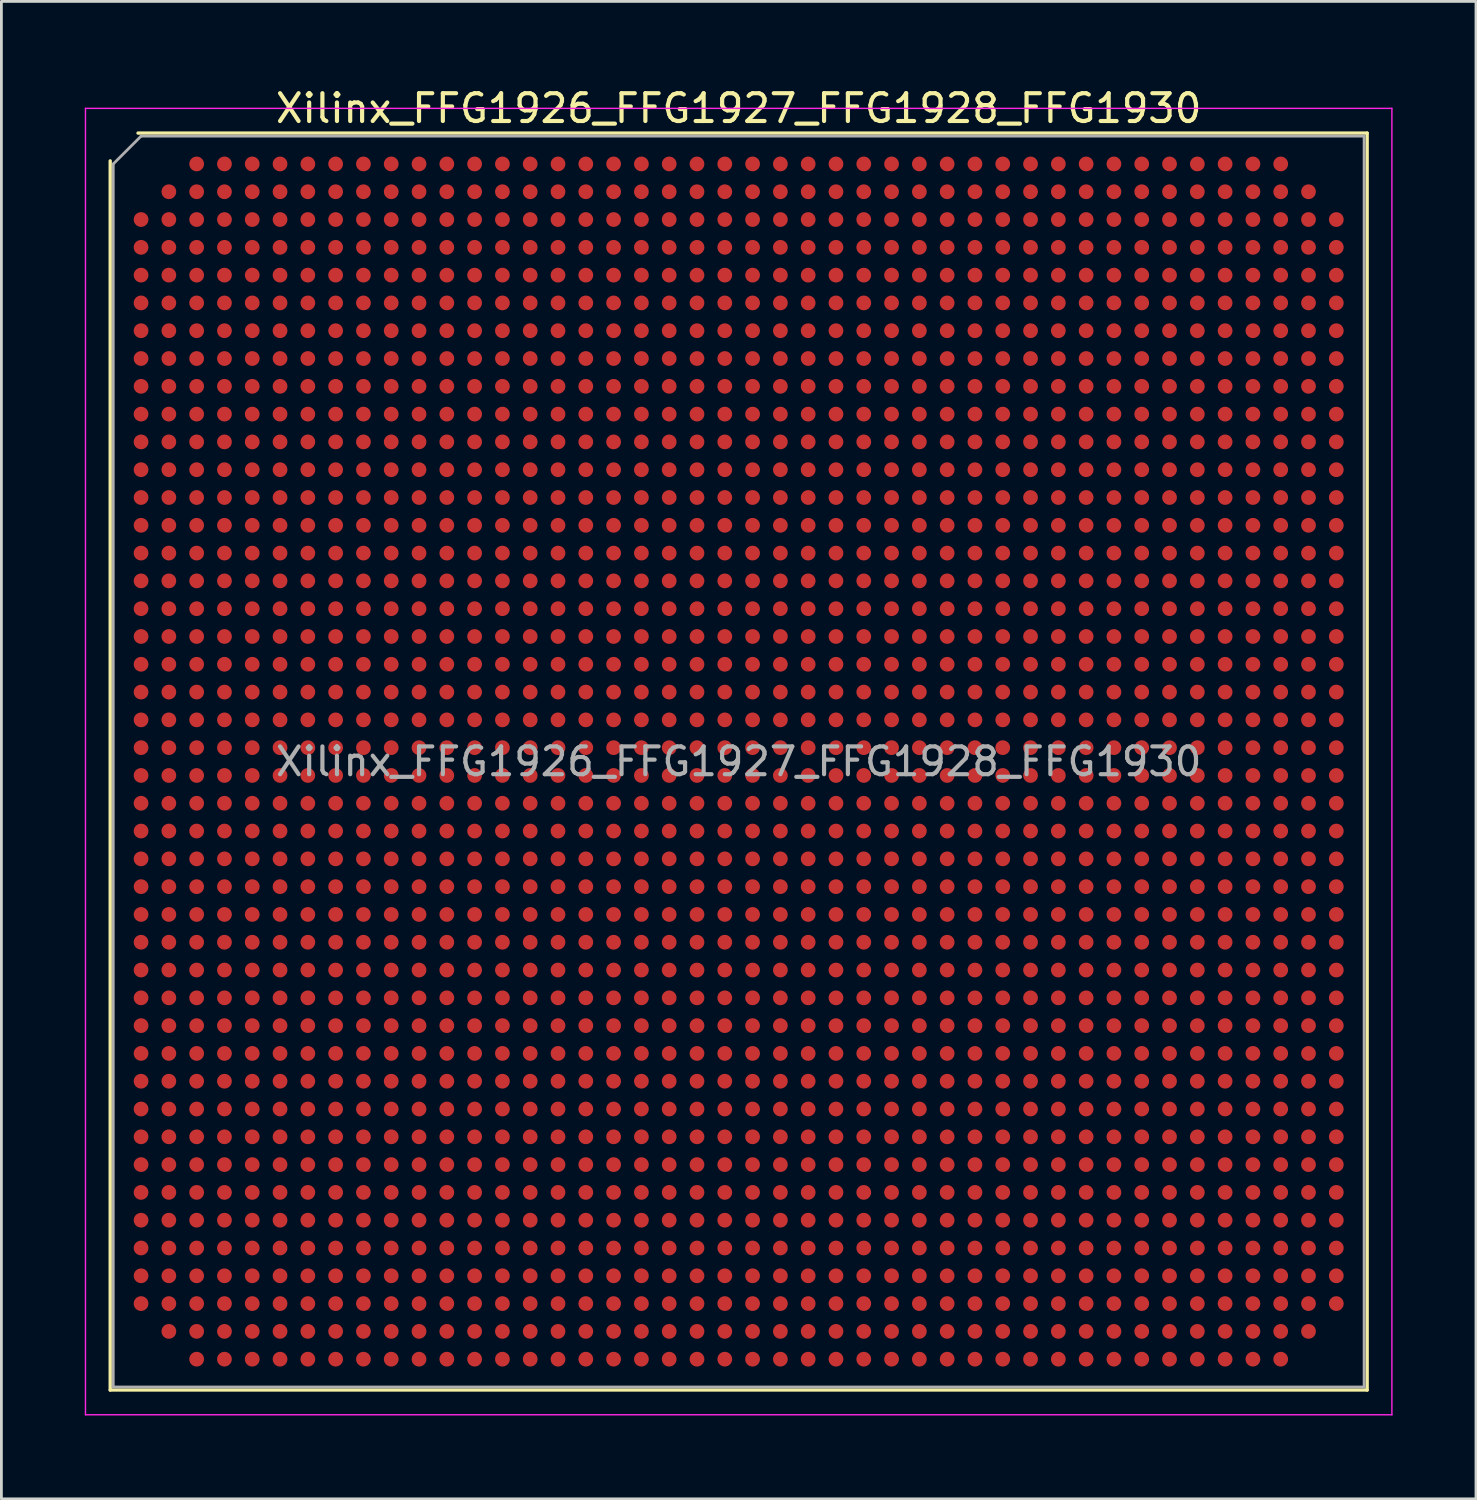
<source format=kicad_pcb>
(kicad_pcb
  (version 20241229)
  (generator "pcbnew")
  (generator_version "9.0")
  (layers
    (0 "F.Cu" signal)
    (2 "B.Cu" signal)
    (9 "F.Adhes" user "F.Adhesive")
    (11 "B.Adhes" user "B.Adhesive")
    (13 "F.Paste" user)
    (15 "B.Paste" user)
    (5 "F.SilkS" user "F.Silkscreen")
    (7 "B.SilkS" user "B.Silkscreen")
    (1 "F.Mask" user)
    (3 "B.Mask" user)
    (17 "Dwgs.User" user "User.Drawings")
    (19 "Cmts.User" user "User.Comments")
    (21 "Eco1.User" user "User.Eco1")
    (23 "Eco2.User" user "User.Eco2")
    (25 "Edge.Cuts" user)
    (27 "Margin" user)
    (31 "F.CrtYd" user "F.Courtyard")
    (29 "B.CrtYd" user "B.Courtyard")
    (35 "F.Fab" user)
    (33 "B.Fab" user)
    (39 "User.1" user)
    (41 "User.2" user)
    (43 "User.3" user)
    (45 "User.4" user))
  (footprint "Xilinx_FFG1926_FFG1927_FFG1928_FFG1930"
    (layer "F.Cu")
    (at 23.525 24.348)
    (property "Reference" "Xilinx_FFG1926_FFG1927_FFG1928_FFG1930" (at 0 -23.5 0) (layer "F.SilkS") (effects (font (size 1 1) (thickness 0.15))))
    (attr smd)
    (fp_line (start -22.61 22.61) (end -22.61 -21.61) (stroke (width 0.12) (type solid)) (layer "F.SilkS"))
    (fp_line (start -21.61 -22.61) (end 22.61 -22.61) (stroke (width 0.12) (type solid)) (layer "F.SilkS"))
    (fp_line (start 22.61 -22.61) (end 22.61 22.61) (stroke (width 0.12) (type solid)) (layer "F.SilkS"))
    (fp_line (start 22.61 22.61) (end -22.61 22.61) (stroke (width 0.12) (type solid)) (layer "F.SilkS"))
    (fp_line (start -23.5 -23.5) (end -23.5 23.5) (stroke (width 0.05) (type solid)) (layer "F.CrtYd"))
    (fp_line (start -23.5 23.5) (end 23.5 23.5) (stroke (width 0.05) (type solid)) (layer "F.CrtYd"))
    (fp_line (start 23.5 -23.5) (end -23.5 -23.5) (stroke (width 0.05) (type solid)) (layer "F.CrtYd"))
    (fp_line (start 23.5 23.5) (end 23.5 -23.5) (stroke (width 0.05) (type solid)) (layer "F.CrtYd"))
    (fp_line (start -22.5 -21.5) (end -21.5 -22.5) (stroke (width 0.1) (type solid)) (layer "F.Fab"))
    (fp_line (start -22.5 22.5) (end -22.5 -21.5) (stroke (width 0.1) (type solid)) (layer "F.Fab"))
    (fp_line (start -21.5 -22.5) (end 22.5 -22.5) (stroke (width 0.1) (type solid)) (layer "F.Fab"))
    (fp_line (start 22.5 -22.5) (end 22.5 22.5) (stroke (width 0.1) (type solid)) (layer "F.Fab"))
    (fp_line (start 22.5 22.5) (end -22.5 22.5) (stroke (width 0.1) (type solid)) (layer "F.Fab"))
    (fp_text user "${REFERENCE}" (at 0 0 0) (layer "F.Fab") (effects (font (size 1 1) (thickness 0.15))))
    (pad "A3" smd circle (at -19.5 -21.5) (size 0.53 0.53) (layers "F.Cu" "F.Mask" "F.Paste"))
    (pad "A4" smd circle (at -18.5 -21.5) (size 0.53 0.53) (layers "F.Cu" "F.Mask" "F.Paste"))
    (pad "A5" smd circle (at -17.5 -21.5) (size 0.53 0.53) (layers "F.Cu" "F.Mask" "F.Paste"))
    (pad "A6" smd circle (at -16.5 -21.5) (size 0.53 0.53) (layers "F.Cu" "F.Mask" "F.Paste"))
    (pad "A7" smd circle (at -15.5 -21.5) (size 0.53 0.53) (layers "F.Cu" "F.Mask" "F.Paste"))
    (pad "A8" smd circle (at -14.5 -21.5) (size 0.53 0.53) (layers "F.Cu" "F.Mask" "F.Paste"))
    (pad "A9" smd circle (at -13.5 -21.5) (size 0.53 0.53) (layers "F.Cu" "F.Mask" "F.Paste"))
    (pad "A10" smd circle (at -12.5 -21.5) (size 0.53 0.53) (layers "F.Cu" "F.Mask" "F.Paste"))
    (pad "A11" smd circle (at -11.5 -21.5) (size 0.53 0.53) (layers "F.Cu" "F.Mask" "F.Paste"))
    (pad "A12" smd circle (at -10.5 -21.5) (size 0.53 0.53) (layers "F.Cu" "F.Mask" "F.Paste"))
    (pad "A13" smd circle (at -9.5 -21.5) (size 0.53 0.53) (layers "F.Cu" "F.Mask" "F.Paste"))
    (pad "A14" smd circle (at -8.5 -21.5) (size 0.53 0.53) (layers "F.Cu" "F.Mask" "F.Paste"))
    (pad "A15" smd circle (at -7.5 -21.5) (size 0.53 0.53) (layers "F.Cu" "F.Mask" "F.Paste"))
    (pad "A16" smd circle (at -6.5 -21.5) (size 0.53 0.53) (layers "F.Cu" "F.Mask" "F.Paste"))
    (pad "A17" smd circle (at -5.5 -21.5) (size 0.53 0.53) (layers "F.Cu" "F.Mask" "F.Paste"))
    (pad "A18" smd circle (at -4.5 -21.5) (size 0.53 0.53) (layers "F.Cu" "F.Mask" "F.Paste"))
    (pad "A19" smd circle (at -3.5 -21.5) (size 0.53 0.53) (layers "F.Cu" "F.Mask" "F.Paste"))
    (pad "A20" smd circle (at -2.5 -21.5) (size 0.53 0.53) (layers "F.Cu" "F.Mask" "F.Paste"))
    (pad "A21" smd circle (at -1.5 -21.5) (size 0.53 0.53) (layers "F.Cu" "F.Mask" "F.Paste"))
    (pad "A22" smd circle (at -0.5 -21.5) (size 0.53 0.53) (layers "F.Cu" "F.Mask" "F.Paste"))
    (pad "A23" smd circle (at 0.5 -21.5) (size 0.53 0.53) (layers "F.Cu" "F.Mask" "F.Paste"))
    (pad "A24" smd circle (at 1.5 -21.5) (size 0.53 0.53) (layers "F.Cu" "F.Mask" "F.Paste"))
    (pad "A25" smd circle (at 2.5 -21.5) (size 0.53 0.53) (layers "F.Cu" "F.Mask" "F.Paste"))
    (pad "A26" smd circle (at 3.5 -21.5) (size 0.53 0.53) (layers "F.Cu" "F.Mask" "F.Paste"))
    (pad "A27" smd circle (at 4.5 -21.5) (size 0.53 0.53) (layers "F.Cu" "F.Mask" "F.Paste"))
    (pad "A28" smd circle (at 5.5 -21.5) (size 0.53 0.53) (layers "F.Cu" "F.Mask" "F.Paste"))
    (pad "A29" smd circle (at 6.5 -21.5) (size 0.53 0.53) (layers "F.Cu" "F.Mask" "F.Paste"))
    (pad "A30" smd circle (at 7.5 -21.5) (size 0.53 0.53) (layers "F.Cu" "F.Mask" "F.Paste"))
    (pad "A31" smd circle (at 8.5 -21.5) (size 0.53 0.53) (layers "F.Cu" "F.Mask" "F.Paste"))
    (pad "A32" smd circle (at 9.5 -21.5) (size 0.53 0.53) (layers "F.Cu" "F.Mask" "F.Paste"))
    (pad "A33" smd circle (at 10.5 -21.5) (size 0.53 0.53) (layers "F.Cu" "F.Mask" "F.Paste"))
    (pad "A34" smd circle (at 11.5 -21.5) (size 0.53 0.53) (layers "F.Cu" "F.Mask" "F.Paste"))
    (pad "A35" smd circle (at 12.5 -21.5) (size 0.53 0.53) (layers "F.Cu" "F.Mask" "F.Paste"))
    (pad "A36" smd circle (at 13.5 -21.5) (size 0.53 0.53) (layers "F.Cu" "F.Mask" "F.Paste"))
    (pad "A37" smd circle (at 14.5 -21.5) (size 0.53 0.53) (layers "F.Cu" "F.Mask" "F.Paste"))
    (pad "A38" smd circle (at 15.5 -21.5) (size 0.53 0.53) (layers "F.Cu" "F.Mask" "F.Paste"))
    (pad "A39" smd circle (at 16.5 -21.5) (size 0.53 0.53) (layers "F.Cu" "F.Mask" "F.Paste"))
    (pad "A40" smd circle (at 17.5 -21.5) (size 0.53 0.53) (layers "F.Cu" "F.Mask" "F.Paste"))
    (pad "A41" smd circle (at 18.5 -21.5) (size 0.53 0.53) (layers "F.Cu" "F.Mask" "F.Paste"))
    (pad "A42" smd circle (at 19.5 -21.5) (size 0.53 0.53) (layers "F.Cu" "F.Mask" "F.Paste"))
    (pad "AA1" smd circle (at -21.5 -1.5) (size 0.53 0.53) (layers "F.Cu" "F.Mask" "F.Paste"))
    (pad "AA2" smd circle (at -20.5 -1.5) (size 0.53 0.53) (layers "F.Cu" "F.Mask" "F.Paste"))
    (pad "AA3" smd circle (at -19.5 -1.5) (size 0.53 0.53) (layers "F.Cu" "F.Mask" "F.Paste"))
    (pad "AA4" smd circle (at -18.5 -1.5) (size 0.53 0.53) (layers "F.Cu" "F.Mask" "F.Paste"))
    (pad "AA5" smd circle (at -17.5 -1.5) (size 0.53 0.53) (layers "F.Cu" "F.Mask" "F.Paste"))
    (pad "AA6" smd circle (at -16.5 -1.5) (size 0.53 0.53) (layers "F.Cu" "F.Mask" "F.Paste"))
    (pad "AA7" smd circle (at -15.5 -1.5) (size 0.53 0.53) (layers "F.Cu" "F.Mask" "F.Paste"))
    (pad "AA8" smd circle (at -14.5 -1.5) (size 0.53 0.53) (layers "F.Cu" "F.Mask" "F.Paste"))
    (pad "AA9" smd circle (at -13.5 -1.5) (size 0.53 0.53) (layers "F.Cu" "F.Mask" "F.Paste"))
    (pad "AA10" smd circle (at -12.5 -1.5) (size 0.53 0.53) (layers "F.Cu" "F.Mask" "F.Paste"))
    (pad "AA11" smd circle (at -11.5 -1.5) (size 0.53 0.53) (layers "F.Cu" "F.Mask" "F.Paste"))
    (pad "AA12" smd circle (at -10.5 -1.5) (size 0.53 0.53) (layers "F.Cu" "F.Mask" "F.Paste"))
    (pad "AA13" smd circle (at -9.5 -1.5) (size 0.53 0.53) (layers "F.Cu" "F.Mask" "F.Paste"))
    (pad "AA14" smd circle (at -8.5 -1.5) (size 0.53 0.53) (layers "F.Cu" "F.Mask" "F.Paste"))
    (pad "AA15" smd circle (at -7.5 -1.5) (size 0.53 0.53) (layers "F.Cu" "F.Mask" "F.Paste"))
    (pad "AA16" smd circle (at -6.5 -1.5) (size 0.53 0.53) (layers "F.Cu" "F.Mask" "F.Paste"))
    (pad "AA17" smd circle (at -5.5 -1.5) (size 0.53 0.53) (layers "F.Cu" "F.Mask" "F.Paste"))
    (pad "AA18" smd circle (at -4.5 -1.5) (size 0.53 0.53) (layers "F.Cu" "F.Mask" "F.Paste"))
    (pad "AA19" smd circle (at -3.5 -1.5) (size 0.53 0.53) (layers "F.Cu" "F.Mask" "F.Paste"))
    (pad "AA20" smd circle (at -2.5 -1.5) (size 0.53 0.53) (layers "F.Cu" "F.Mask" "F.Paste"))
    (pad "AA21" smd circle (at -1.5 -1.5) (size 0.53 0.53) (layers "F.Cu" "F.Mask" "F.Paste"))
    (pad "AA22" smd circle (at -0.5 -1.5) (size 0.53 0.53) (layers "F.Cu" "F.Mask" "F.Paste"))
    (pad "AA23" smd circle (at 0.5 -1.5) (size 0.53 0.53) (layers "F.Cu" "F.Mask" "F.Paste"))
    (pad "AA24" smd circle (at 1.5 -1.5) (size 0.53 0.53) (layers "F.Cu" "F.Mask" "F.Paste"))
    (pad "AA25" smd circle (at 2.5 -1.5) (size 0.53 0.53) (layers "F.Cu" "F.Mask" "F.Paste"))
    (pad "AA26" smd circle (at 3.5 -1.5) (size 0.53 0.53) (layers "F.Cu" "F.Mask" "F.Paste"))
    (pad "AA27" smd circle (at 4.5 -1.5) (size 0.53 0.53) (layers "F.Cu" "F.Mask" "F.Paste"))
    (pad "AA28" smd circle (at 5.5 -1.5) (size 0.53 0.53) (layers "F.Cu" "F.Mask" "F.Paste"))
    (pad "AA29" smd circle (at 6.5 -1.5) (size 0.53 0.53) (layers "F.Cu" "F.Mask" "F.Paste"))
    (pad "AA30" smd circle (at 7.5 -1.5) (size 0.53 0.53) (layers "F.Cu" "F.Mask" "F.Paste"))
    (pad "AA31" smd circle (at 8.5 -1.5) (size 0.53 0.53) (layers "F.Cu" "F.Mask" "F.Paste"))
    (pad "AA32" smd circle (at 9.5 -1.5) (size 0.53 0.53) (layers "F.Cu" "F.Mask" "F.Paste"))
    (pad "AA33" smd circle (at 10.5 -1.5) (size 0.53 0.53) (layers "F.Cu" "F.Mask" "F.Paste"))
    (pad "AA34" smd circle (at 11.5 -1.5) (size 0.53 0.53) (layers "F.Cu" "F.Mask" "F.Paste"))
    (pad "AA35" smd circle (at 12.5 -1.5) (size 0.53 0.53) (layers "F.Cu" "F.Mask" "F.Paste"))
    (pad "AA36" smd circle (at 13.5 -1.5) (size 0.53 0.53) (layers "F.Cu" "F.Mask" "F.Paste"))
    (pad "AA37" smd circle (at 14.5 -1.5) (size 0.53 0.53) (layers "F.Cu" "F.Mask" "F.Paste"))
    (pad "AA38" smd circle (at 15.5 -1.5) (size 0.53 0.53) (layers "F.Cu" "F.Mask" "F.Paste"))
    (pad "AA39" smd circle (at 16.5 -1.5) (size 0.53 0.53) (layers "F.Cu" "F.Mask" "F.Paste"))
    (pad "AA40" smd circle (at 17.5 -1.5) (size 0.53 0.53) (layers "F.Cu" "F.Mask" "F.Paste"))
    (pad "AA41" smd circle (at 18.5 -1.5) (size 0.53 0.53) (layers "F.Cu" "F.Mask" "F.Paste"))
    (pad "AA42" smd circle (at 19.5 -1.5) (size 0.53 0.53) (layers "F.Cu" "F.Mask" "F.Paste"))
    (pad "AA43" smd circle (at 20.5 -1.5) (size 0.53 0.53) (layers "F.Cu" "F.Mask" "F.Paste"))
    (pad "AA44" smd circle (at 21.5 -1.5) (size 0.53 0.53) (layers "F.Cu" "F.Mask" "F.Paste"))
    (pad "AB1" smd circle (at -21.5 -0.5) (size 0.53 0.53) (layers "F.Cu" "F.Mask" "F.Paste"))
    (pad "AB2" smd circle (at -20.5 -0.5) (size 0.53 0.53) (layers "F.Cu" "F.Mask" "F.Paste"))
    (pad "AB3" smd circle (at -19.5 -0.5) (size 0.53 0.53) (layers "F.Cu" "F.Mask" "F.Paste"))
    (pad "AB4" smd circle (at -18.5 -0.5) (size 0.53 0.53) (layers "F.Cu" "F.Mask" "F.Paste"))
    (pad "AB5" smd circle (at -17.5 -0.5) (size 0.53 0.53) (layers "F.Cu" "F.Mask" "F.Paste"))
    (pad "AB6" smd circle (at -16.5 -0.5) (size 0.53 0.53) (layers "F.Cu" "F.Mask" "F.Paste"))
    (pad "AB7" smd circle (at -15.5 -0.5) (size 0.53 0.53) (layers "F.Cu" "F.Mask" "F.Paste"))
    (pad "AB8" smd circle (at -14.5 -0.5) (size 0.53 0.53) (layers "F.Cu" "F.Mask" "F.Paste"))
    (pad "AB9" smd circle (at -13.5 -0.5) (size 0.53 0.53) (layers "F.Cu" "F.Mask" "F.Paste"))
    (pad "AB10" smd circle (at -12.5 -0.5) (size 0.53 0.53) (layers "F.Cu" "F.Mask" "F.Paste"))
    (pad "AB11" smd circle (at -11.5 -0.5) (size 0.53 0.53) (layers "F.Cu" "F.Mask" "F.Paste"))
    (pad "AB12" smd circle (at -10.5 -0.5) (size 0.53 0.53) (layers "F.Cu" "F.Mask" "F.Paste"))
    (pad "AB13" smd circle (at -9.5 -0.5) (size 0.53 0.53) (layers "F.Cu" "F.Mask" "F.Paste"))
    (pad "AB14" smd circle (at -8.5 -0.5) (size 0.53 0.53) (layers "F.Cu" "F.Mask" "F.Paste"))
    (pad "AB15" smd circle (at -7.5 -0.5) (size 0.53 0.53) (layers "F.Cu" "F.Mask" "F.Paste"))
    (pad "AB16" smd circle (at -6.5 -0.5) (size 0.53 0.53) (layers "F.Cu" "F.Mask" "F.Paste"))
    (pad "AB17" smd circle (at -5.5 -0.5) (size 0.53 0.53) (layers "F.Cu" "F.Mask" "F.Paste"))
    (pad "AB18" smd circle (at -4.5 -0.5) (size 0.53 0.53) (layers "F.Cu" "F.Mask" "F.Paste"))
    (pad "AB19" smd circle (at -3.5 -0.5) (size 0.53 0.53) (layers "F.Cu" "F.Mask" "F.Paste"))
    (pad "AB20" smd circle (at -2.5 -0.5) (size 0.53 0.53) (layers "F.Cu" "F.Mask" "F.Paste"))
    (pad "AB21" smd circle (at -1.5 -0.5) (size 0.53 0.53) (layers "F.Cu" "F.Mask" "F.Paste"))
    (pad "AB22" smd circle (at -0.5 -0.5) (size 0.53 0.53) (layers "F.Cu" "F.Mask" "F.Paste"))
    (pad "AB23" smd circle (at 0.5 -0.5) (size 0.53 0.53) (layers "F.Cu" "F.Mask" "F.Paste"))
    (pad "AB24" smd circle (at 1.5 -0.5) (size 0.53 0.53) (layers "F.Cu" "F.Mask" "F.Paste"))
    (pad "AB25" smd circle (at 2.5 -0.5) (size 0.53 0.53) (layers "F.Cu" "F.Mask" "F.Paste"))
    (pad "AB26" smd circle (at 3.5 -0.5) (size 0.53 0.53) (layers "F.Cu" "F.Mask" "F.Paste"))
    (pad "AB27" smd circle (at 4.5 -0.5) (size 0.53 0.53) (layers "F.Cu" "F.Mask" "F.Paste"))
    (pad "AB28" smd circle (at 5.5 -0.5) (size 0.53 0.53) (layers "F.Cu" "F.Mask" "F.Paste"))
    (pad "AB29" smd circle (at 6.5 -0.5) (size 0.53 0.53) (layers "F.Cu" "F.Mask" "F.Paste"))
    (pad "AB30" smd circle (at 7.5 -0.5) (size 0.53 0.53) (layers "F.Cu" "F.Mask" "F.Paste"))
    (pad "AB31" smd circle (at 8.5 -0.5) (size 0.53 0.53) (layers "F.Cu" "F.Mask" "F.Paste"))
    (pad "AB32" smd circle (at 9.5 -0.5) (size 0.53 0.53) (layers "F.Cu" "F.Mask" "F.Paste"))
    (pad "AB33" smd circle (at 10.5 -0.5) (size 0.53 0.53) (layers "F.Cu" "F.Mask" "F.Paste"))
    (pad "AB34" smd circle (at 11.5 -0.5) (size 0.53 0.53) (layers "F.Cu" "F.Mask" "F.Paste"))
    (pad "AB35" smd circle (at 12.5 -0.5) (size 0.53 0.53) (layers "F.Cu" "F.Mask" "F.Paste"))
    (pad "AB36" smd circle (at 13.5 -0.5) (size 0.53 0.53) (layers "F.Cu" "F.Mask" "F.Paste"))
    (pad "AB37" smd circle (at 14.5 -0.5) (size 0.53 0.53) (layers "F.Cu" "F.Mask" "F.Paste"))
    (pad "AB38" smd circle (at 15.5 -0.5) (size 0.53 0.53) (layers "F.Cu" "F.Mask" "F.Paste"))
    (pad "AB39" smd circle (at 16.5 -0.5) (size 0.53 0.53) (layers "F.Cu" "F.Mask" "F.Paste"))
    (pad "AB40" smd circle (at 17.5 -0.5) (size 0.53 0.53) (layers "F.Cu" "F.Mask" "F.Paste"))
    (pad "AB41" smd circle (at 18.5 -0.5) (size 0.53 0.53) (layers "F.Cu" "F.Mask" "F.Paste"))
    (pad "AB42" smd circle (at 19.5 -0.5) (size 0.53 0.53) (layers "F.Cu" "F.Mask" "F.Paste"))
    (pad "AB43" smd circle (at 20.5 -0.5) (size 0.53 0.53) (layers "F.Cu" "F.Mask" "F.Paste"))
    (pad "AB44" smd circle (at 21.5 -0.5) (size 0.53 0.53) (layers "F.Cu" "F.Mask" "F.Paste"))
    (pad "AC1" smd circle (at -21.5 0.5) (size 0.53 0.53) (layers "F.Cu" "F.Mask" "F.Paste"))
    (pad "AC2" smd circle (at -20.5 0.5) (size 0.53 0.53) (layers "F.Cu" "F.Mask" "F.Paste"))
    (pad "AC3" smd circle (at -19.5 0.5) (size 0.53 0.53) (layers "F.Cu" "F.Mask" "F.Paste"))
    (pad "AC4" smd circle (at -18.5 0.5) (size 0.53 0.53) (layers "F.Cu" "F.Mask" "F.Paste"))
    (pad "AC5" smd circle (at -17.5 0.5) (size 0.53 0.53) (layers "F.Cu" "F.Mask" "F.Paste"))
    (pad "AC6" smd circle (at -16.5 0.5) (size 0.53 0.53) (layers "F.Cu" "F.Mask" "F.Paste"))
    (pad "AC7" smd circle (at -15.5 0.5) (size 0.53 0.53) (layers "F.Cu" "F.Mask" "F.Paste"))
    (pad "AC8" smd circle (at -14.5 0.5) (size 0.53 0.53) (layers "F.Cu" "F.Mask" "F.Paste"))
    (pad "AC9" smd circle (at -13.5 0.5) (size 0.53 0.53) (layers "F.Cu" "F.Mask" "F.Paste"))
    (pad "AC10" smd circle (at -12.5 0.5) (size 0.53 0.53) (layers "F.Cu" "F.Mask" "F.Paste"))
    (pad "AC11" smd circle (at -11.5 0.5) (size 0.53 0.53) (layers "F.Cu" "F.Mask" "F.Paste"))
    (pad "AC12" smd circle (at -10.5 0.5) (size 0.53 0.53) (layers "F.Cu" "F.Mask" "F.Paste"))
    (pad "AC13" smd circle (at -9.5 0.5) (size 0.53 0.53) (layers "F.Cu" "F.Mask" "F.Paste"))
    (pad "AC14" smd circle (at -8.5 0.5) (size 0.53 0.53) (layers "F.Cu" "F.Mask" "F.Paste"))
    (pad "AC15" smd circle (at -7.5 0.5) (size 0.53 0.53) (layers "F.Cu" "F.Mask" "F.Paste"))
    (pad "AC16" smd circle (at -6.5 0.5) (size 0.53 0.53) (layers "F.Cu" "F.Mask" "F.Paste"))
    (pad "AC17" smd circle (at -5.5 0.5) (size 0.53 0.53) (layers "F.Cu" "F.Mask" "F.Paste"))
    (pad "AC18" smd circle (at -4.5 0.5) (size 0.53 0.53) (layers "F.Cu" "F.Mask" "F.Paste"))
    (pad "AC19" smd circle (at -3.5 0.5) (size 0.53 0.53) (layers "F.Cu" "F.Mask" "F.Paste"))
    (pad "AC20" smd circle (at -2.5 0.5) (size 0.53 0.53) (layers "F.Cu" "F.Mask" "F.Paste"))
    (pad "AC21" smd circle (at -1.5 0.5) (size 0.53 0.53) (layers "F.Cu" "F.Mask" "F.Paste"))
    (pad "AC22" smd circle (at -0.5 0.5) (size 0.53 0.53) (layers "F.Cu" "F.Mask" "F.Paste"))
    (pad "AC23" smd circle (at 0.5 0.5) (size 0.53 0.53) (layers "F.Cu" "F.Mask" "F.Paste"))
    (pad "AC24" smd circle (at 1.5 0.5) (size 0.53 0.53) (layers "F.Cu" "F.Mask" "F.Paste"))
    (pad "AC25" smd circle (at 2.5 0.5) (size 0.53 0.53) (layers "F.Cu" "F.Mask" "F.Paste"))
    (pad "AC26" smd circle (at 3.5 0.5) (size 0.53 0.53) (layers "F.Cu" "F.Mask" "F.Paste"))
    (pad "AC27" smd circle (at 4.5 0.5) (size 0.53 0.53) (layers "F.Cu" "F.Mask" "F.Paste"))
    (pad "AC28" smd circle (at 5.5 0.5) (size 0.53 0.53) (layers "F.Cu" "F.Mask" "F.Paste"))
    (pad "AC29" smd circle (at 6.5 0.5) (size 0.53 0.53) (layers "F.Cu" "F.Mask" "F.Paste"))
    (pad "AC30" smd circle (at 7.5 0.5) (size 0.53 0.53) (layers "F.Cu" "F.Mask" "F.Paste"))
    (pad "AC31" smd circle (at 8.5 0.5) (size 0.53 0.53) (layers "F.Cu" "F.Mask" "F.Paste"))
    (pad "AC32" smd circle (at 9.5 0.5) (size 0.53 0.53) (layers "F.Cu" "F.Mask" "F.Paste"))
    (pad "AC33" smd circle (at 10.5 0.5) (size 0.53 0.53) (layers "F.Cu" "F.Mask" "F.Paste"))
    (pad "AC34" smd circle (at 11.5 0.5) (size 0.53 0.53) (layers "F.Cu" "F.Mask" "F.Paste"))
    (pad "AC35" smd circle (at 12.5 0.5) (size 0.53 0.53) (layers "F.Cu" "F.Mask" "F.Paste"))
    (pad "AC36" smd circle (at 13.5 0.5) (size 0.53 0.53) (layers "F.Cu" "F.Mask" "F.Paste"))
    (pad "AC37" smd circle (at 14.5 0.5) (size 0.53 0.53) (layers "F.Cu" "F.Mask" "F.Paste"))
    (pad "AC38" smd circle (at 15.5 0.5) (size 0.53 0.53) (layers "F.Cu" "F.Mask" "F.Paste"))
    (pad "AC39" smd circle (at 16.5 0.5) (size 0.53 0.53) (layers "F.Cu" "F.Mask" "F.Paste"))
    (pad "AC40" smd circle (at 17.5 0.5) (size 0.53 0.53) (layers "F.Cu" "F.Mask" "F.Paste"))
    (pad "AC41" smd circle (at 18.5 0.5) (size 0.53 0.53) (layers "F.Cu" "F.Mask" "F.Paste"))
    (pad "AC42" smd circle (at 19.5 0.5) (size 0.53 0.53) (layers "F.Cu" "F.Mask" "F.Paste"))
    (pad "AC43" smd circle (at 20.5 0.5) (size 0.53 0.53) (layers "F.Cu" "F.Mask" "F.Paste"))
    (pad "AC44" smd circle (at 21.5 0.5) (size 0.53 0.53) (layers "F.Cu" "F.Mask" "F.Paste"))
    (pad "AD1" smd circle (at -21.5 1.5) (size 0.53 0.53) (layers "F.Cu" "F.Mask" "F.Paste"))
    (pad "AD2" smd circle (at -20.5 1.5) (size 0.53 0.53) (layers "F.Cu" "F.Mask" "F.Paste"))
    (pad "AD3" smd circle (at -19.5 1.5) (size 0.53 0.53) (layers "F.Cu" "F.Mask" "F.Paste"))
    (pad "AD4" smd circle (at -18.5 1.5) (size 0.53 0.53) (layers "F.Cu" "F.Mask" "F.Paste"))
    (pad "AD5" smd circle (at -17.5 1.5) (size 0.53 0.53) (layers "F.Cu" "F.Mask" "F.Paste"))
    (pad "AD6" smd circle (at -16.5 1.5) (size 0.53 0.53) (layers "F.Cu" "F.Mask" "F.Paste"))
    (pad "AD7" smd circle (at -15.5 1.5) (size 0.53 0.53) (layers "F.Cu" "F.Mask" "F.Paste"))
    (pad "AD8" smd circle (at -14.5 1.5) (size 0.53 0.53) (layers "F.Cu" "F.Mask" "F.Paste"))
    (pad "AD9" smd circle (at -13.5 1.5) (size 0.53 0.53) (layers "F.Cu" "F.Mask" "F.Paste"))
    (pad "AD10" smd circle (at -12.5 1.5) (size 0.53 0.53) (layers "F.Cu" "F.Mask" "F.Paste"))
    (pad "AD11" smd circle (at -11.5 1.5) (size 0.53 0.53) (layers "F.Cu" "F.Mask" "F.Paste"))
    (pad "AD12" smd circle (at -10.5 1.5) (size 0.53 0.53) (layers "F.Cu" "F.Mask" "F.Paste"))
    (pad "AD13" smd circle (at -9.5 1.5) (size 0.53 0.53) (layers "F.Cu" "F.Mask" "F.Paste"))
    (pad "AD14" smd circle (at -8.5 1.5) (size 0.53 0.53) (layers "F.Cu" "F.Mask" "F.Paste"))
    (pad "AD15" smd circle (at -7.5 1.5) (size 0.53 0.53) (layers "F.Cu" "F.Mask" "F.Paste"))
    (pad "AD16" smd circle (at -6.5 1.5) (size 0.53 0.53) (layers "F.Cu" "F.Mask" "F.Paste"))
    (pad "AD17" smd circle (at -5.5 1.5) (size 0.53 0.53) (layers "F.Cu" "F.Mask" "F.Paste"))
    (pad "AD18" smd circle (at -4.5 1.5) (size 0.53 0.53) (layers "F.Cu" "F.Mask" "F.Paste"))
    (pad "AD19" smd circle (at -3.5 1.5) (size 0.53 0.53) (layers "F.Cu" "F.Mask" "F.Paste"))
    (pad "AD20" smd circle (at -2.5 1.5) (size 0.53 0.53) (layers "F.Cu" "F.Mask" "F.Paste"))
    (pad "AD21" smd circle (at -1.5 1.5) (size 0.53 0.53) (layers "F.Cu" "F.Mask" "F.Paste"))
    (pad "AD22" smd circle (at -0.5 1.5) (size 0.53 0.53) (layers "F.Cu" "F.Mask" "F.Paste"))
    (pad "AD23" smd circle (at 0.5 1.5) (size 0.53 0.53) (layers "F.Cu" "F.Mask" "F.Paste"))
    (pad "AD24" smd circle (at 1.5 1.5) (size 0.53 0.53) (layers "F.Cu" "F.Mask" "F.Paste"))
    (pad "AD25" smd circle (at 2.5 1.5) (size 0.53 0.53) (layers "F.Cu" "F.Mask" "F.Paste"))
    (pad "AD26" smd circle (at 3.5 1.5) (size 0.53 0.53) (layers "F.Cu" "F.Mask" "F.Paste"))
    (pad "AD27" smd circle (at 4.5 1.5) (size 0.53 0.53) (layers "F.Cu" "F.Mask" "F.Paste"))
    (pad "AD28" smd circle (at 5.5 1.5) (size 0.53 0.53) (layers "F.Cu" "F.Mask" "F.Paste"))
    (pad "AD29" smd circle (at 6.5 1.5) (size 0.53 0.53) (layers "F.Cu" "F.Mask" "F.Paste"))
    (pad "AD30" smd circle (at 7.5 1.5) (size 0.53 0.53) (layers "F.Cu" "F.Mask" "F.Paste"))
    (pad "AD31" smd circle (at 8.5 1.5) (size 0.53 0.53) (layers "F.Cu" "F.Mask" "F.Paste"))
    (pad "AD32" smd circle (at 9.5 1.5) (size 0.53 0.53) (layers "F.Cu" "F.Mask" "F.Paste"))
    (pad "AD33" smd circle (at 10.5 1.5) (size 0.53 0.53) (layers "F.Cu" "F.Mask" "F.Paste"))
    (pad "AD34" smd circle (at 11.5 1.5) (size 0.53 0.53) (layers "F.Cu" "F.Mask" "F.Paste"))
    (pad "AD35" smd circle (at 12.5 1.5) (size 0.53 0.53) (layers "F.Cu" "F.Mask" "F.Paste"))
    (pad "AD36" smd circle (at 13.5 1.5) (size 0.53 0.53) (layers "F.Cu" "F.Mask" "F.Paste"))
    (pad "AD37" smd circle (at 14.5 1.5) (size 0.53 0.53) (layers "F.Cu" "F.Mask" "F.Paste"))
    (pad "AD38" smd circle (at 15.5 1.5) (size 0.53 0.53) (layers "F.Cu" "F.Mask" "F.Paste"))
    (pad "AD39" smd circle (at 16.5 1.5) (size 0.53 0.53) (layers "F.Cu" "F.Mask" "F.Paste"))
    (pad "AD40" smd circle (at 17.5 1.5) (size 0.53 0.53) (layers "F.Cu" "F.Mask" "F.Paste"))
    (pad "AD41" smd circle (at 18.5 1.5) (size 0.53 0.53) (layers "F.Cu" "F.Mask" "F.Paste"))
    (pad "AD42" smd circle (at 19.5 1.5) (size 0.53 0.53) (layers "F.Cu" "F.Mask" "F.Paste"))
    (pad "AD43" smd circle (at 20.5 1.5) (size 0.53 0.53) (layers "F.Cu" "F.Mask" "F.Paste"))
    (pad "AD44" smd circle (at 21.5 1.5) (size 0.53 0.53) (layers "F.Cu" "F.Mask" "F.Paste"))
    (pad "AE1" smd circle (at -21.5 2.5) (size 0.53 0.53) (layers "F.Cu" "F.Mask" "F.Paste"))
    (pad "AE2" smd circle (at -20.5 2.5) (size 0.53 0.53) (layers "F.Cu" "F.Mask" "F.Paste"))
    (pad "AE3" smd circle (at -19.5 2.5) (size 0.53 0.53) (layers "F.Cu" "F.Mask" "F.Paste"))
    (pad "AE4" smd circle (at -18.5 2.5) (size 0.53 0.53) (layers "F.Cu" "F.Mask" "F.Paste"))
    (pad "AE5" smd circle (at -17.5 2.5) (size 0.53 0.53) (layers "F.Cu" "F.Mask" "F.Paste"))
    (pad "AE6" smd circle (at -16.5 2.5) (size 0.53 0.53) (layers "F.Cu" "F.Mask" "F.Paste"))
    (pad "AE7" smd circle (at -15.5 2.5) (size 0.53 0.53) (layers "F.Cu" "F.Mask" "F.Paste"))
    (pad "AE8" smd circle (at -14.5 2.5) (size 0.53 0.53) (layers "F.Cu" "F.Mask" "F.Paste"))
    (pad "AE9" smd circle (at -13.5 2.5) (size 0.53 0.53) (layers "F.Cu" "F.Mask" "F.Paste"))
    (pad "AE10" smd circle (at -12.5 2.5) (size 0.53 0.53) (layers "F.Cu" "F.Mask" "F.Paste"))
    (pad "AE11" smd circle (at -11.5 2.5) (size 0.53 0.53) (layers "F.Cu" "F.Mask" "F.Paste"))
    (pad "AE12" smd circle (at -10.5 2.5) (size 0.53 0.53) (layers "F.Cu" "F.Mask" "F.Paste"))
    (pad "AE13" smd circle (at -9.5 2.5) (size 0.53 0.53) (layers "F.Cu" "F.Mask" "F.Paste"))
    (pad "AE14" smd circle (at -8.5 2.5) (size 0.53 0.53) (layers "F.Cu" "F.Mask" "F.Paste"))
    (pad "AE15" smd circle (at -7.5 2.5) (size 0.53 0.53) (layers "F.Cu" "F.Mask" "F.Paste"))
    (pad "AE16" smd circle (at -6.5 2.5) (size 0.53 0.53) (layers "F.Cu" "F.Mask" "F.Paste"))
    (pad "AE17" smd circle (at -5.5 2.5) (size 0.53 0.53) (layers "F.Cu" "F.Mask" "F.Paste"))
    (pad "AE18" smd circle (at -4.5 2.5) (size 0.53 0.53) (layers "F.Cu" "F.Mask" "F.Paste"))
    (pad "AE19" smd circle (at -3.5 2.5) (size 0.53 0.53) (layers "F.Cu" "F.Mask" "F.Paste"))
    (pad "AE20" smd circle (at -2.5 2.5) (size 0.53 0.53) (layers "F.Cu" "F.Mask" "F.Paste"))
    (pad "AE21" smd circle (at -1.5 2.5) (size 0.53 0.53) (layers "F.Cu" "F.Mask" "F.Paste"))
    (pad "AE22" smd circle (at -0.5 2.5) (size 0.53 0.53) (layers "F.Cu" "F.Mask" "F.Paste"))
    (pad "AE23" smd circle (at 0.5 2.5) (size 0.53 0.53) (layers "F.Cu" "F.Mask" "F.Paste"))
    (pad "AE24" smd circle (at 1.5 2.5) (size 0.53 0.53) (layers "F.Cu" "F.Mask" "F.Paste"))
    (pad "AE25" smd circle (at 2.5 2.5) (size 0.53 0.53) (layers "F.Cu" "F.Mask" "F.Paste"))
    (pad "AE26" smd circle (at 3.5 2.5) (size 0.53 0.53) (layers "F.Cu" "F.Mask" "F.Paste"))
    (pad "AE27" smd circle (at 4.5 2.5) (size 0.53 0.53) (layers "F.Cu" "F.Mask" "F.Paste"))
    (pad "AE28" smd circle (at 5.5 2.5) (size 0.53 0.53) (layers "F.Cu" "F.Mask" "F.Paste"))
    (pad "AE29" smd circle (at 6.5 2.5) (size 0.53 0.53) (layers "F.Cu" "F.Mask" "F.Paste"))
    (pad "AE30" smd circle (at 7.5 2.5) (size 0.53 0.53) (layers "F.Cu" "F.Mask" "F.Paste"))
    (pad "AE31" smd circle (at 8.5 2.5) (size 0.53 0.53) (layers "F.Cu" "F.Mask" "F.Paste"))
    (pad "AE32" smd circle (at 9.5 2.5) (size 0.53 0.53) (layers "F.Cu" "F.Mask" "F.Paste"))
    (pad "AE33" smd circle (at 10.5 2.5) (size 0.53 0.53) (layers "F.Cu" "F.Mask" "F.Paste"))
    (pad "AE34" smd circle (at 11.5 2.5) (size 0.53 0.53) (layers "F.Cu" "F.Mask" "F.Paste"))
    (pad "AE35" smd circle (at 12.5 2.5) (size 0.53 0.53) (layers "F.Cu" "F.Mask" "F.Paste"))
    (pad "AE36" smd circle (at 13.5 2.5) (size 0.53 0.53) (layers "F.Cu" "F.Mask" "F.Paste"))
    (pad "AE37" smd circle (at 14.5 2.5) (size 0.53 0.53) (layers "F.Cu" "F.Mask" "F.Paste"))
    (pad "AE38" smd circle (at 15.5 2.5) (size 0.53 0.53) (layers "F.Cu" "F.Mask" "F.Paste"))
    (pad "AE39" smd circle (at 16.5 2.5) (size 0.53 0.53) (layers "F.Cu" "F.Mask" "F.Paste"))
    (pad "AE40" smd circle (at 17.5 2.5) (size 0.53 0.53) (layers "F.Cu" "F.Mask" "F.Paste"))
    (pad "AE41" smd circle (at 18.5 2.5) (size 0.53 0.53) (layers "F.Cu" "F.Mask" "F.Paste"))
    (pad "AE42" smd circle (at 19.5 2.5) (size 0.53 0.53) (layers "F.Cu" "F.Mask" "F.Paste"))
    (pad "AE43" smd circle (at 20.5 2.5) (size 0.53 0.53) (layers "F.Cu" "F.Mask" "F.Paste"))
    (pad "AE44" smd circle (at 21.5 2.5) (size 0.53 0.53) (layers "F.Cu" "F.Mask" "F.Paste"))
    (pad "AF1" smd circle (at -21.5 3.5) (size 0.53 0.53) (layers "F.Cu" "F.Mask" "F.Paste"))
    (pad "AF2" smd circle (at -20.5 3.5) (size 0.53 0.53) (layers "F.Cu" "F.Mask" "F.Paste"))
    (pad "AF3" smd circle (at -19.5 3.5) (size 0.53 0.53) (layers "F.Cu" "F.Mask" "F.Paste"))
    (pad "AF4" smd circle (at -18.5 3.5) (size 0.53 0.53) (layers "F.Cu" "F.Mask" "F.Paste"))
    (pad "AF5" smd circle (at -17.5 3.5) (size 0.53 0.53) (layers "F.Cu" "F.Mask" "F.Paste"))
    (pad "AF6" smd circle (at -16.5 3.5) (size 0.53 0.53) (layers "F.Cu" "F.Mask" "F.Paste"))
    (pad "AF7" smd circle (at -15.5 3.5) (size 0.53 0.53) (layers "F.Cu" "F.Mask" "F.Paste"))
    (pad "AF8" smd circle (at -14.5 3.5) (size 0.53 0.53) (layers "F.Cu" "F.Mask" "F.Paste"))
    (pad "AF9" smd circle (at -13.5 3.5) (size 0.53 0.53) (layers "F.Cu" "F.Mask" "F.Paste"))
    (pad "AF10" smd circle (at -12.5 3.5) (size 0.53 0.53) (layers "F.Cu" "F.Mask" "F.Paste"))
    (pad "AF11" smd circle (at -11.5 3.5) (size 0.53 0.53) (layers "F.Cu" "F.Mask" "F.Paste"))
    (pad "AF12" smd circle (at -10.5 3.5) (size 0.53 0.53) (layers "F.Cu" "F.Mask" "F.Paste"))
    (pad "AF13" smd circle (at -9.5 3.5) (size 0.53 0.53) (layers "F.Cu" "F.Mask" "F.Paste"))
    (pad "AF14" smd circle (at -8.5 3.5) (size 0.53 0.53) (layers "F.Cu" "F.Mask" "F.Paste"))
    (pad "AF15" smd circle (at -7.5 3.5) (size 0.53 0.53) (layers "F.Cu" "F.Mask" "F.Paste"))
    (pad "AF16" smd circle (at -6.5 3.5) (size 0.53 0.53) (layers "F.Cu" "F.Mask" "F.Paste"))
    (pad "AF17" smd circle (at -5.5 3.5) (size 0.53 0.53) (layers "F.Cu" "F.Mask" "F.Paste"))
    (pad "AF18" smd circle (at -4.5 3.5) (size 0.53 0.53) (layers "F.Cu" "F.Mask" "F.Paste"))
    (pad "AF19" smd circle (at -3.5 3.5) (size 0.53 0.53) (layers "F.Cu" "F.Mask" "F.Paste"))
    (pad "AF20" smd circle (at -2.5 3.5) (size 0.53 0.53) (layers "F.Cu" "F.Mask" "F.Paste"))
    (pad "AF21" smd circle (at -1.5 3.5) (size 0.53 0.53) (layers "F.Cu" "F.Mask" "F.Paste"))
    (pad "AF22" smd circle (at -0.5 3.5) (size 0.53 0.53) (layers "F.Cu" "F.Mask" "F.Paste"))
    (pad "AF23" smd circle (at 0.5 3.5) (size 0.53 0.53) (layers "F.Cu" "F.Mask" "F.Paste"))
    (pad "AF24" smd circle (at 1.5 3.5) (size 0.53 0.53) (layers "F.Cu" "F.Mask" "F.Paste"))
    (pad "AF25" smd circle (at 2.5 3.5) (size 0.53 0.53) (layers "F.Cu" "F.Mask" "F.Paste"))
    (pad "AF26" smd circle (at 3.5 3.5) (size 0.53 0.53) (layers "F.Cu" "F.Mask" "F.Paste"))
    (pad "AF27" smd circle (at 4.5 3.5) (size 0.53 0.53) (layers "F.Cu" "F.Mask" "F.Paste"))
    (pad "AF28" smd circle (at 5.5 3.5) (size 0.53 0.53) (layers "F.Cu" "F.Mask" "F.Paste"))
    (pad "AF29" smd circle (at 6.5 3.5) (size 0.53 0.53) (layers "F.Cu" "F.Mask" "F.Paste"))
    (pad "AF30" smd circle (at 7.5 3.5) (size 0.53 0.53) (layers "F.Cu" "F.Mask" "F.Paste"))
    (pad "AF31" smd circle (at 8.5 3.5) (size 0.53 0.53) (layers "F.Cu" "F.Mask" "F.Paste"))
    (pad "AF32" smd circle (at 9.5 3.5) (size 0.53 0.53) (layers "F.Cu" "F.Mask" "F.Paste"))
    (pad "AF33" smd circle (at 10.5 3.5) (size 0.53 0.53) (layers "F.Cu" "F.Mask" "F.Paste"))
    (pad "AF34" smd circle (at 11.5 3.5) (size 0.53 0.53) (layers "F.Cu" "F.Mask" "F.Paste"))
    (pad "AF35" smd circle (at 12.5 3.5) (size 0.53 0.53) (layers "F.Cu" "F.Mask" "F.Paste"))
    (pad "AF36" smd circle (at 13.5 3.5) (size 0.53 0.53) (layers "F.Cu" "F.Mask" "F.Paste"))
    (pad "AF37" smd circle (at 14.5 3.5) (size 0.53 0.53) (layers "F.Cu" "F.Mask" "F.Paste"))
    (pad "AF38" smd circle (at 15.5 3.5) (size 0.53 0.53) (layers "F.Cu" "F.Mask" "F.Paste"))
    (pad "AF39" smd circle (at 16.5 3.5) (size 0.53 0.53) (layers "F.Cu" "F.Mask" "F.Paste"))
    (pad "AF40" smd circle (at 17.5 3.5) (size 0.53 0.53) (layers "F.Cu" "F.Mask" "F.Paste"))
    (pad "AF41" smd circle (at 18.5 3.5) (size 0.53 0.53) (layers "F.Cu" "F.Mask" "F.Paste"))
    (pad "AF42" smd circle (at 19.5 3.5) (size 0.53 0.53) (layers "F.Cu" "F.Mask" "F.Paste"))
    (pad "AF43" smd circle (at 20.5 3.5) (size 0.53 0.53) (layers "F.Cu" "F.Mask" "F.Paste"))
    (pad "AF44" smd circle (at 21.5 3.5) (size 0.53 0.53) (layers "F.Cu" "F.Mask" "F.Paste"))
    (pad "AG1" smd circle (at -21.5 4.5) (size 0.53 0.53) (layers "F.Cu" "F.Mask" "F.Paste"))
    (pad "AG2" smd circle (at -20.5 4.5) (size 0.53 0.53) (layers "F.Cu" "F.Mask" "F.Paste"))
    (pad "AG3" smd circle (at -19.5 4.5) (size 0.53 0.53) (layers "F.Cu" "F.Mask" "F.Paste"))
    (pad "AG4" smd circle (at -18.5 4.5) (size 0.53 0.53) (layers "F.Cu" "F.Mask" "F.Paste"))
    (pad "AG5" smd circle (at -17.5 4.5) (size 0.53 0.53) (layers "F.Cu" "F.Mask" "F.Paste"))
    (pad "AG6" smd circle (at -16.5 4.5) (size 0.53 0.53) (layers "F.Cu" "F.Mask" "F.Paste"))
    (pad "AG7" smd circle (at -15.5 4.5) (size 0.53 0.53) (layers "F.Cu" "F.Mask" "F.Paste"))
    (pad "AG8" smd circle (at -14.5 4.5) (size 0.53 0.53) (layers "F.Cu" "F.Mask" "F.Paste"))
    (pad "AG9" smd circle (at -13.5 4.5) (size 0.53 0.53) (layers "F.Cu" "F.Mask" "F.Paste"))
    (pad "AG10" smd circle (at -12.5 4.5) (size 0.53 0.53) (layers "F.Cu" "F.Mask" "F.Paste"))
    (pad "AG11" smd circle (at -11.5 4.5) (size 0.53 0.53) (layers "F.Cu" "F.Mask" "F.Paste"))
    (pad "AG12" smd circle (at -10.5 4.5) (size 0.53 0.53) (layers "F.Cu" "F.Mask" "F.Paste"))
    (pad "AG13" smd circle (at -9.5 4.5) (size 0.53 0.53) (layers "F.Cu" "F.Mask" "F.Paste"))
    (pad "AG14" smd circle (at -8.5 4.5) (size 0.53 0.53) (layers "F.Cu" "F.Mask" "F.Paste"))
    (pad "AG15" smd circle (at -7.5 4.5) (size 0.53 0.53) (layers "F.Cu" "F.Mask" "F.Paste"))
    (pad "AG16" smd circle (at -6.5 4.5) (size 0.53 0.53) (layers "F.Cu" "F.Mask" "F.Paste"))
    (pad "AG17" smd circle (at -5.5 4.5) (size 0.53 0.53) (layers "F.Cu" "F.Mask" "F.Paste"))
    (pad "AG18" smd circle (at -4.5 4.5) (size 0.53 0.53) (layers "F.Cu" "F.Mask" "F.Paste"))
    (pad "AG19" smd circle (at -3.5 4.5) (size 0.53 0.53) (layers "F.Cu" "F.Mask" "F.Paste"))
    (pad "AG20" smd circle (at -2.5 4.5) (size 0.53 0.53) (layers "F.Cu" "F.Mask" "F.Paste"))
    (pad "AG21" smd circle (at -1.5 4.5) (size 0.53 0.53) (layers "F.Cu" "F.Mask" "F.Paste"))
    (pad "AG22" smd circle (at -0.5 4.5) (size 0.53 0.53) (layers "F.Cu" "F.Mask" "F.Paste"))
    (pad "AG23" smd circle (at 0.5 4.5) (size 0.53 0.53) (layers "F.Cu" "F.Mask" "F.Paste"))
    (pad "AG24" smd circle (at 1.5 4.5) (size 0.53 0.53) (layers "F.Cu" "F.Mask" "F.Paste"))
    (pad "AG25" smd circle (at 2.5 4.5) (size 0.53 0.53) (layers "F.Cu" "F.Mask" "F.Paste"))
    (pad "AG26" smd circle (at 3.5 4.5) (size 0.53 0.53) (layers "F.Cu" "F.Mask" "F.Paste"))
    (pad "AG27" smd circle (at 4.5 4.5) (size 0.53 0.53) (layers "F.Cu" "F.Mask" "F.Paste"))
    (pad "AG28" smd circle (at 5.5 4.5) (size 0.53 0.53) (layers "F.Cu" "F.Mask" "F.Paste"))
    (pad "AG29" smd circle (at 6.5 4.5) (size 0.53 0.53) (layers "F.Cu" "F.Mask" "F.Paste"))
    (pad "AG30" smd circle (at 7.5 4.5) (size 0.53 0.53) (layers "F.Cu" "F.Mask" "F.Paste"))
    (pad "AG31" smd circle (at 8.5 4.5) (size 0.53 0.53) (layers "F.Cu" "F.Mask" "F.Paste"))
    (pad "AG32" smd circle (at 9.5 4.5) (size 0.53 0.53) (layers "F.Cu" "F.Mask" "F.Paste"))
    (pad "AG33" smd circle (at 10.5 4.5) (size 0.53 0.53) (layers "F.Cu" "F.Mask" "F.Paste"))
    (pad "AG34" smd circle (at 11.5 4.5) (size 0.53 0.53) (layers "F.Cu" "F.Mask" "F.Paste"))
    (pad "AG35" smd circle (at 12.5 4.5) (size 0.53 0.53) (layers "F.Cu" "F.Mask" "F.Paste"))
    (pad "AG36" smd circle (at 13.5 4.5) (size 0.53 0.53) (layers "F.Cu" "F.Mask" "F.Paste"))
    (pad "AG37" smd circle (at 14.5 4.5) (size 0.53 0.53) (layers "F.Cu" "F.Mask" "F.Paste"))
    (pad "AG38" smd circle (at 15.5 4.5) (size 0.53 0.53) (layers "F.Cu" "F.Mask" "F.Paste"))
    (pad "AG39" smd circle (at 16.5 4.5) (size 0.53 0.53) (layers "F.Cu" "F.Mask" "F.Paste"))
    (pad "AG40" smd circle (at 17.5 4.5) (size 0.53 0.53) (layers "F.Cu" "F.Mask" "F.Paste"))
    (pad "AG41" smd circle (at 18.5 4.5) (size 0.53 0.53) (layers "F.Cu" "F.Mask" "F.Paste"))
    (pad "AG42" smd circle (at 19.5 4.5) (size 0.53 0.53) (layers "F.Cu" "F.Mask" "F.Paste"))
    (pad "AG43" smd circle (at 20.5 4.5) (size 0.53 0.53) (layers "F.Cu" "F.Mask" "F.Paste"))
    (pad "AG44" smd circle (at 21.5 4.5) (size 0.53 0.53) (layers "F.Cu" "F.Mask" "F.Paste"))
    (pad "AH1" smd circle (at -21.5 5.5) (size 0.53 0.53) (layers "F.Cu" "F.Mask" "F.Paste"))
    (pad "AH2" smd circle (at -20.5 5.5) (size 0.53 0.53) (layers "F.Cu" "F.Mask" "F.Paste"))
    (pad "AH3" smd circle (at -19.5 5.5) (size 0.53 0.53) (layers "F.Cu" "F.Mask" "F.Paste"))
    (pad "AH4" smd circle (at -18.5 5.5) (size 0.53 0.53) (layers "F.Cu" "F.Mask" "F.Paste"))
    (pad "AH5" smd circle (at -17.5 5.5) (size 0.53 0.53) (layers "F.Cu" "F.Mask" "F.Paste"))
    (pad "AH6" smd circle (at -16.5 5.5) (size 0.53 0.53) (layers "F.Cu" "F.Mask" "F.Paste"))
    (pad "AH7" smd circle (at -15.5 5.5) (size 0.53 0.53) (layers "F.Cu" "F.Mask" "F.Paste"))
    (pad "AH8" smd circle (at -14.5 5.5) (size 0.53 0.53) (layers "F.Cu" "F.Mask" "F.Paste"))
    (pad "AH9" smd circle (at -13.5 5.5) (size 0.53 0.53) (layers "F.Cu" "F.Mask" "F.Paste"))
    (pad "AH10" smd circle (at -12.5 5.5) (size 0.53 0.53) (layers "F.Cu" "F.Mask" "F.Paste"))
    (pad "AH11" smd circle (at -11.5 5.5) (size 0.53 0.53) (layers "F.Cu" "F.Mask" "F.Paste"))
    (pad "AH12" smd circle (at -10.5 5.5) (size 0.53 0.53) (layers "F.Cu" "F.Mask" "F.Paste"))
    (pad "AH13" smd circle (at -9.5 5.5) (size 0.53 0.53) (layers "F.Cu" "F.Mask" "F.Paste"))
    (pad "AH14" smd circle (at -8.5 5.5) (size 0.53 0.53) (layers "F.Cu" "F.Mask" "F.Paste"))
    (pad "AH15" smd circle (at -7.5 5.5) (size 0.53 0.53) (layers "F.Cu" "F.Mask" "F.Paste"))
    (pad "AH16" smd circle (at -6.5 5.5) (size 0.53 0.53) (layers "F.Cu" "F.Mask" "F.Paste"))
    (pad "AH17" smd circle (at -5.5 5.5) (size 0.53 0.53) (layers "F.Cu" "F.Mask" "F.Paste"))
    (pad "AH18" smd circle (at -4.5 5.5) (size 0.53 0.53) (layers "F.Cu" "F.Mask" "F.Paste"))
    (pad "AH19" smd circle (at -3.5 5.5) (size 0.53 0.53) (layers "F.Cu" "F.Mask" "F.Paste"))
    (pad "AH20" smd circle (at -2.5 5.5) (size 0.53 0.53) (layers "F.Cu" "F.Mask" "F.Paste"))
    (pad "AH21" smd circle (at -1.5 5.5) (size 0.53 0.53) (layers "F.Cu" "F.Mask" "F.Paste"))
    (pad "AH22" smd circle (at -0.5 5.5) (size 0.53 0.53) (layers "F.Cu" "F.Mask" "F.Paste"))
    (pad "AH23" smd circle (at 0.5 5.5) (size 0.53 0.53) (layers "F.Cu" "F.Mask" "F.Paste"))
    (pad "AH24" smd circle (at 1.5 5.5) (size 0.53 0.53) (layers "F.Cu" "F.Mask" "F.Paste"))
    (pad "AH25" smd circle (at 2.5 5.5) (size 0.53 0.53) (layers "F.Cu" "F.Mask" "F.Paste"))
    (pad "AH26" smd circle (at 3.5 5.5) (size 0.53 0.53) (layers "F.Cu" "F.Mask" "F.Paste"))
    (pad "AH27" smd circle (at 4.5 5.5) (size 0.53 0.53) (layers "F.Cu" "F.Mask" "F.Paste"))
    (pad "AH28" smd circle (at 5.5 5.5) (size 0.53 0.53) (layers "F.Cu" "F.Mask" "F.Paste"))
    (pad "AH29" smd circle (at 6.5 5.5) (size 0.53 0.53) (layers "F.Cu" "F.Mask" "F.Paste"))
    (pad "AH30" smd circle (at 7.5 5.5) (size 0.53 0.53) (layers "F.Cu" "F.Mask" "F.Paste"))
    (pad "AH31" smd circle (at 8.5 5.5) (size 0.53 0.53) (layers "F.Cu" "F.Mask" "F.Paste"))
    (pad "AH32" smd circle (at 9.5 5.5) (size 0.53 0.53) (layers "F.Cu" "F.Mask" "F.Paste"))
    (pad "AH33" smd circle (at 10.5 5.5) (size 0.53 0.53) (layers "F.Cu" "F.Mask" "F.Paste"))
    (pad "AH34" smd circle (at 11.5 5.5) (size 0.53 0.53) (layers "F.Cu" "F.Mask" "F.Paste"))
    (pad "AH35" smd circle (at 12.5 5.5) (size 0.53 0.53) (layers "F.Cu" "F.Mask" "F.Paste"))
    (pad "AH36" smd circle (at 13.5 5.5) (size 0.53 0.53) (layers "F.Cu" "F.Mask" "F.Paste"))
    (pad "AH37" smd circle (at 14.5 5.5) (size 0.53 0.53) (layers "F.Cu" "F.Mask" "F.Paste"))
    (pad "AH38" smd circle (at 15.5 5.5) (size 0.53 0.53) (layers "F.Cu" "F.Mask" "F.Paste"))
    (pad "AH39" smd circle (at 16.5 5.5) (size 0.53 0.53) (layers "F.Cu" "F.Mask" "F.Paste"))
    (pad "AH40" smd circle (at 17.5 5.5) (size 0.53 0.53) (layers "F.Cu" "F.Mask" "F.Paste"))
    (pad "AH41" smd circle (at 18.5 5.5) (size 0.53 0.53) (layers "F.Cu" "F.Mask" "F.Paste"))
    (pad "AH42" smd circle (at 19.5 5.5) (size 0.53 0.53) (layers "F.Cu" "F.Mask" "F.Paste"))
    (pad "AH43" smd circle (at 20.5 5.5) (size 0.53 0.53) (layers "F.Cu" "F.Mask" "F.Paste"))
    (pad "AH44" smd circle (at 21.5 5.5) (size 0.53 0.53) (layers "F.Cu" "F.Mask" "F.Paste"))
    (pad "AJ1" smd circle (at -21.5 6.5) (size 0.53 0.53) (layers "F.Cu" "F.Mask" "F.Paste"))
    (pad "AJ2" smd circle (at -20.5 6.5) (size 0.53 0.53) (layers "F.Cu" "F.Mask" "F.Paste"))
    (pad "AJ3" smd circle (at -19.5 6.5) (size 0.53 0.53) (layers "F.Cu" "F.Mask" "F.Paste"))
    (pad "AJ4" smd circle (at -18.5 6.5) (size 0.53 0.53) (layers "F.Cu" "F.Mask" "F.Paste"))
    (pad "AJ5" smd circle (at -17.5 6.5) (size 0.53 0.53) (layers "F.Cu" "F.Mask" "F.Paste"))
    (pad "AJ6" smd circle (at -16.5 6.5) (size 0.53 0.53) (layers "F.Cu" "F.Mask" "F.Paste"))
    (pad "AJ7" smd circle (at -15.5 6.5) (size 0.53 0.53) (layers "F.Cu" "F.Mask" "F.Paste"))
    (pad "AJ8" smd circle (at -14.5 6.5) (size 0.53 0.53) (layers "F.Cu" "F.Mask" "F.Paste"))
    (pad "AJ9" smd circle (at -13.5 6.5) (size 0.53 0.53) (layers "F.Cu" "F.Mask" "F.Paste"))
    (pad "AJ10" smd circle (at -12.5 6.5) (size 0.53 0.53) (layers "F.Cu" "F.Mask" "F.Paste"))
    (pad "AJ11" smd circle (at -11.5 6.5) (size 0.53 0.53) (layers "F.Cu" "F.Mask" "F.Paste"))
    (pad "AJ12" smd circle (at -10.5 6.5) (size 0.53 0.53) (layers "F.Cu" "F.Mask" "F.Paste"))
    (pad "AJ13" smd circle (at -9.5 6.5) (size 0.53 0.53) (layers "F.Cu" "F.Mask" "F.Paste"))
    (pad "AJ14" smd circle (at -8.5 6.5) (size 0.53 0.53) (layers "F.Cu" "F.Mask" "F.Paste"))
    (pad "AJ15" smd circle (at -7.5 6.5) (size 0.53 0.53) (layers "F.Cu" "F.Mask" "F.Paste"))
    (pad "AJ16" smd circle (at -6.5 6.5) (size 0.53 0.53) (layers "F.Cu" "F.Mask" "F.Paste"))
    (pad "AJ17" smd circle (at -5.5 6.5) (size 0.53 0.53) (layers "F.Cu" "F.Mask" "F.Paste"))
    (pad "AJ18" smd circle (at -4.5 6.5) (size 0.53 0.53) (layers "F.Cu" "F.Mask" "F.Paste"))
    (pad "AJ19" smd circle (at -3.5 6.5) (size 0.53 0.53) (layers "F.Cu" "F.Mask" "F.Paste"))
    (pad "AJ20" smd circle (at -2.5 6.5) (size 0.53 0.53) (layers "F.Cu" "F.Mask" "F.Paste"))
    (pad "AJ21" smd circle (at -1.5 6.5) (size 0.53 0.53) (layers "F.Cu" "F.Mask" "F.Paste"))
    (pad "AJ22" smd circle (at -0.5 6.5) (size 0.53 0.53) (layers "F.Cu" "F.Mask" "F.Paste"))
    (pad "AJ23" smd circle (at 0.5 6.5) (size 0.53 0.53) (layers "F.Cu" "F.Mask" "F.Paste"))
    (pad "AJ24" smd circle (at 1.5 6.5) (size 0.53 0.53) (layers "F.Cu" "F.Mask" "F.Paste"))
    (pad "AJ25" smd circle (at 2.5 6.5) (size 0.53 0.53) (layers "F.Cu" "F.Mask" "F.Paste"))
    (pad "AJ26" smd circle (at 3.5 6.5) (size 0.53 0.53) (layers "F.Cu" "F.Mask" "F.Paste"))
    (pad "AJ27" smd circle (at 4.5 6.5) (size 0.53 0.53) (layers "F.Cu" "F.Mask" "F.Paste"))
    (pad "AJ28" smd circle (at 5.5 6.5) (size 0.53 0.53) (layers "F.Cu" "F.Mask" "F.Paste"))
    (pad "AJ29" smd circle (at 6.5 6.5) (size 0.53 0.53) (layers "F.Cu" "F.Mask" "F.Paste"))
    (pad "AJ30" smd circle (at 7.5 6.5) (size 0.53 0.53) (layers "F.Cu" "F.Mask" "F.Paste"))
    (pad "AJ31" smd circle (at 8.5 6.5) (size 0.53 0.53) (layers "F.Cu" "F.Mask" "F.Paste"))
    (pad "AJ32" smd circle (at 9.5 6.5) (size 0.53 0.53) (layers "F.Cu" "F.Mask" "F.Paste"))
    (pad "AJ33" smd circle (at 10.5 6.5) (size 0.53 0.53) (layers "F.Cu" "F.Mask" "F.Paste"))
    (pad "AJ34" smd circle (at 11.5 6.5) (size 0.53 0.53) (layers "F.Cu" "F.Mask" "F.Paste"))
    (pad "AJ35" smd circle (at 12.5 6.5) (size 0.53 0.53) (layers "F.Cu" "F.Mask" "F.Paste"))
    (pad "AJ36" smd circle (at 13.5 6.5) (size 0.53 0.53) (layers "F.Cu" "F.Mask" "F.Paste"))
    (pad "AJ37" smd circle (at 14.5 6.5) (size 0.53 0.53) (layers "F.Cu" "F.Mask" "F.Paste"))
    (pad "AJ38" smd circle (at 15.5 6.5) (size 0.53 0.53) (layers "F.Cu" "F.Mask" "F.Paste"))
    (pad "AJ39" smd circle (at 16.5 6.5) (size 0.53 0.53) (layers "F.Cu" "F.Mask" "F.Paste"))
    (pad "AJ40" smd circle (at 17.5 6.5) (size 0.53 0.53) (layers "F.Cu" "F.Mask" "F.Paste"))
    (pad "AJ41" smd circle (at 18.5 6.5) (size 0.53 0.53) (layers "F.Cu" "F.Mask" "F.Paste"))
    (pad "AJ42" smd circle (at 19.5 6.5) (size 0.53 0.53) (layers "F.Cu" "F.Mask" "F.Paste"))
    (pad "AJ43" smd circle (at 20.5 6.5) (size 0.53 0.53) (layers "F.Cu" "F.Mask" "F.Paste"))
    (pad "AJ44" smd circle (at 21.5 6.5) (size 0.53 0.53) (layers "F.Cu" "F.Mask" "F.Paste"))
    (pad "AK1" smd circle (at -21.5 7.5) (size 0.53 0.53) (layers "F.Cu" "F.Mask" "F.Paste"))
    (pad "AK2" smd circle (at -20.5 7.5) (size 0.53 0.53) (layers "F.Cu" "F.Mask" "F.Paste"))
    (pad "AK3" smd circle (at -19.5 7.5) (size 0.53 0.53) (layers "F.Cu" "F.Mask" "F.Paste"))
    (pad "AK4" smd circle (at -18.5 7.5) (size 0.53 0.53) (layers "F.Cu" "F.Mask" "F.Paste"))
    (pad "AK5" smd circle (at -17.5 7.5) (size 0.53 0.53) (layers "F.Cu" "F.Mask" "F.Paste"))
    (pad "AK6" smd circle (at -16.5 7.5) (size 0.53 0.53) (layers "F.Cu" "F.Mask" "F.Paste"))
    (pad "AK7" smd circle (at -15.5 7.5) (size 0.53 0.53) (layers "F.Cu" "F.Mask" "F.Paste"))
    (pad "AK8" smd circle (at -14.5 7.5) (size 0.53 0.53) (layers "F.Cu" "F.Mask" "F.Paste"))
    (pad "AK9" smd circle (at -13.5 7.5) (size 0.53 0.53) (layers "F.Cu" "F.Mask" "F.Paste"))
    (pad "AK10" smd circle (at -12.5 7.5) (size 0.53 0.53) (layers "F.Cu" "F.Mask" "F.Paste"))
    (pad "AK11" smd circle (at -11.5 7.5) (size 0.53 0.53) (layers "F.Cu" "F.Mask" "F.Paste"))
    (pad "AK12" smd circle (at -10.5 7.5) (size 0.53 0.53) (layers "F.Cu" "F.Mask" "F.Paste"))
    (pad "AK13" smd circle (at -9.5 7.5) (size 0.53 0.53) (layers "F.Cu" "F.Mask" "F.Paste"))
    (pad "AK14" smd circle (at -8.5 7.5) (size 0.53 0.53) (layers "F.Cu" "F.Mask" "F.Paste"))
    (pad "AK15" smd circle (at -7.5 7.5) (size 0.53 0.53) (layers "F.Cu" "F.Mask" "F.Paste"))
    (pad "AK16" smd circle (at -6.5 7.5) (size 0.53 0.53) (layers "F.Cu" "F.Mask" "F.Paste"))
    (pad "AK17" smd circle (at -5.5 7.5) (size 0.53 0.53) (layers "F.Cu" "F.Mask" "F.Paste"))
    (pad "AK18" smd circle (at -4.5 7.5) (size 0.53 0.53) (layers "F.Cu" "F.Mask" "F.Paste"))
    (pad "AK19" smd circle (at -3.5 7.5) (size 0.53 0.53) (layers "F.Cu" "F.Mask" "F.Paste"))
    (pad "AK20" smd circle (at -2.5 7.5) (size 0.53 0.53) (layers "F.Cu" "F.Mask" "F.Paste"))
    (pad "AK21" smd circle (at -1.5 7.5) (size 0.53 0.53) (layers "F.Cu" "F.Mask" "F.Paste"))
    (pad "AK22" smd circle (at -0.5 7.5) (size 0.53 0.53) (layers "F.Cu" "F.Mask" "F.Paste"))
    (pad "AK23" smd circle (at 0.5 7.5) (size 0.53 0.53) (layers "F.Cu" "F.Mask" "F.Paste"))
    (pad "AK24" smd circle (at 1.5 7.5) (size 0.53 0.53) (layers "F.Cu" "F.Mask" "F.Paste"))
    (pad "AK25" smd circle (at 2.5 7.5) (size 0.53 0.53) (layers "F.Cu" "F.Mask" "F.Paste"))
    (pad "AK26" smd circle (at 3.5 7.5) (size 0.53 0.53) (layers "F.Cu" "F.Mask" "F.Paste"))
    (pad "AK27" smd circle (at 4.5 7.5) (size 0.53 0.53) (layers "F.Cu" "F.Mask" "F.Paste"))
    (pad "AK28" smd circle (at 5.5 7.5) (size 0.53 0.53) (layers "F.Cu" "F.Mask" "F.Paste"))
    (pad "AK29" smd circle (at 6.5 7.5) (size 0.53 0.53) (layers "F.Cu" "F.Mask" "F.Paste"))
    (pad "AK30" smd circle (at 7.5 7.5) (size 0.53 0.53) (layers "F.Cu" "F.Mask" "F.Paste"))
    (pad "AK31" smd circle (at 8.5 7.5) (size 0.53 0.53) (layers "F.Cu" "F.Mask" "F.Paste"))
    (pad "AK32" smd circle (at 9.5 7.5) (size 0.53 0.53) (layers "F.Cu" "F.Mask" "F.Paste"))
    (pad "AK33" smd circle (at 10.5 7.5) (size 0.53 0.53) (layers "F.Cu" "F.Mask" "F.Paste"))
    (pad "AK34" smd circle (at 11.5 7.5) (size 0.53 0.53) (layers "F.Cu" "F.Mask" "F.Paste"))
    (pad "AK35" smd circle (at 12.5 7.5) (size 0.53 0.53) (layers "F.Cu" "F.Mask" "F.Paste"))
    (pad "AK36" smd circle (at 13.5 7.5) (size 0.53 0.53) (layers "F.Cu" "F.Mask" "F.Paste"))
    (pad "AK37" smd circle (at 14.5 7.5) (size 0.53 0.53) (layers "F.Cu" "F.Mask" "F.Paste"))
    (pad "AK38" smd circle (at 15.5 7.5) (size 0.53 0.53) (layers "F.Cu" "F.Mask" "F.Paste"))
    (pad "AK39" smd circle (at 16.5 7.5) (size 0.53 0.53) (layers "F.Cu" "F.Mask" "F.Paste"))
    (pad "AK40" smd circle (at 17.5 7.5) (size 0.53 0.53) (layers "F.Cu" "F.Mask" "F.Paste"))
    (pad "AK41" smd circle (at 18.5 7.5) (size 0.53 0.53) (layers "F.Cu" "F.Mask" "F.Paste"))
    (pad "AK42" smd circle (at 19.5 7.5) (size 0.53 0.53) (layers "F.Cu" "F.Mask" "F.Paste"))
    (pad "AK43" smd circle (at 20.5 7.5) (size 0.53 0.53) (layers "F.Cu" "F.Mask" "F.Paste"))
    (pad "AK44" smd circle (at 21.5 7.5) (size 0.53 0.53) (layers "F.Cu" "F.Mask" "F.Paste"))
    (pad "AL1" smd circle (at -21.5 8.5) (size 0.53 0.53) (layers "F.Cu" "F.Mask" "F.Paste"))
    (pad "AL2" smd circle (at -20.5 8.5) (size 0.53 0.53) (layers "F.Cu" "F.Mask" "F.Paste"))
    (pad "AL3" smd circle (at -19.5 8.5) (size 0.53 0.53) (layers "F.Cu" "F.Mask" "F.Paste"))
    (pad "AL4" smd circle (at -18.5 8.5) (size 0.53 0.53) (layers "F.Cu" "F.Mask" "F.Paste"))
    (pad "AL5" smd circle (at -17.5 8.5) (size 0.53 0.53) (layers "F.Cu" "F.Mask" "F.Paste"))
    (pad "AL6" smd circle (at -16.5 8.5) (size 0.53 0.53) (layers "F.Cu" "F.Mask" "F.Paste"))
    (pad "AL7" smd circle (at -15.5 8.5) (size 0.53 0.53) (layers "F.Cu" "F.Mask" "F.Paste"))
    (pad "AL8" smd circle (at -14.5 8.5) (size 0.53 0.53) (layers "F.Cu" "F.Mask" "F.Paste"))
    (pad "AL9" smd circle (at -13.5 8.5) (size 0.53 0.53) (layers "F.Cu" "F.Mask" "F.Paste"))
    (pad "AL10" smd circle (at -12.5 8.5) (size 0.53 0.53) (layers "F.Cu" "F.Mask" "F.Paste"))
    (pad "AL11" smd circle (at -11.5 8.5) (size 0.53 0.53) (layers "F.Cu" "F.Mask" "F.Paste"))
    (pad "AL12" smd circle (at -10.5 8.5) (size 0.53 0.53) (layers "F.Cu" "F.Mask" "F.Paste"))
    (pad "AL13" smd circle (at -9.5 8.5) (size 0.53 0.53) (layers "F.Cu" "F.Mask" "F.Paste"))
    (pad "AL14" smd circle (at -8.5 8.5) (size 0.53 0.53) (layers "F.Cu" "F.Mask" "F.Paste"))
    (pad "AL15" smd circle (at -7.5 8.5) (size 0.53 0.53) (layers "F.Cu" "F.Mask" "F.Paste"))
    (pad "AL16" smd circle (at -6.5 8.5) (size 0.53 0.53) (layers "F.Cu" "F.Mask" "F.Paste"))
    (pad "AL17" smd circle (at -5.5 8.5) (size 0.53 0.53) (layers "F.Cu" "F.Mask" "F.Paste"))
    (pad "AL18" smd circle (at -4.5 8.5) (size 0.53 0.53) (layers "F.Cu" "F.Mask" "F.Paste"))
    (pad "AL19" smd circle (at -3.5 8.5) (size 0.53 0.53) (layers "F.Cu" "F.Mask" "F.Paste"))
    (pad "AL20" smd circle (at -2.5 8.5) (size 0.53 0.53) (layers "F.Cu" "F.Mask" "F.Paste"))
    (pad "AL21" smd circle (at -1.5 8.5) (size 0.53 0.53) (layers "F.Cu" "F.Mask" "F.Paste"))
    (pad "AL22" smd circle (at -0.5 8.5) (size 0.53 0.53) (layers "F.Cu" "F.Mask" "F.Paste"))
    (pad "AL23" smd circle (at 0.5 8.5) (size 0.53 0.53) (layers "F.Cu" "F.Mask" "F.Paste"))
    (pad "AL24" smd circle (at 1.5 8.5) (size 0.53 0.53) (layers "F.Cu" "F.Mask" "F.Paste"))
    (pad "AL25" smd circle (at 2.5 8.5) (size 0.53 0.53) (layers "F.Cu" "F.Mask" "F.Paste"))
    (pad "AL26" smd circle (at 3.5 8.5) (size 0.53 0.53) (layers "F.Cu" "F.Mask" "F.Paste"))
    (pad "AL27" smd circle (at 4.5 8.5) (size 0.53 0.53) (layers "F.Cu" "F.Mask" "F.Paste"))
    (pad "AL28" smd circle (at 5.5 8.5) (size 0.53 0.53) (layers "F.Cu" "F.Mask" "F.Paste"))
    (pad "AL29" smd circle (at 6.5 8.5) (size 0.53 0.53) (layers "F.Cu" "F.Mask" "F.Paste"))
    (pad "AL30" smd circle (at 7.5 8.5) (size 0.53 0.53) (layers "F.Cu" "F.Mask" "F.Paste"))
    (pad "AL31" smd circle (at 8.5 8.5) (size 0.53 0.53) (layers "F.Cu" "F.Mask" "F.Paste"))
    (pad "AL32" smd circle (at 9.5 8.5) (size 0.53 0.53) (layers "F.Cu" "F.Mask" "F.Paste"))
    (pad "AL33" smd circle (at 10.5 8.5) (size 0.53 0.53) (layers "F.Cu" "F.Mask" "F.Paste"))
    (pad "AL34" smd circle (at 11.5 8.5) (size 0.53 0.53) (layers "F.Cu" "F.Mask" "F.Paste"))
    (pad "AL35" smd circle (at 12.5 8.5) (size 0.53 0.53) (layers "F.Cu" "F.Mask" "F.Paste"))
    (pad "AL36" smd circle (at 13.5 8.5) (size 0.53 0.53) (layers "F.Cu" "F.Mask" "F.Paste"))
    (pad "AL37" smd circle (at 14.5 8.5) (size 0.53 0.53) (layers "F.Cu" "F.Mask" "F.Paste"))
    (pad "AL38" smd circle (at 15.5 8.5) (size 0.53 0.53) (layers "F.Cu" "F.Mask" "F.Paste"))
    (pad "AL39" smd circle (at 16.5 8.5) (size 0.53 0.53) (layers "F.Cu" "F.Mask" "F.Paste"))
    (pad "AL40" smd circle (at 17.5 8.5) (size 0.53 0.53) (layers "F.Cu" "F.Mask" "F.Paste"))
    (pad "AL41" smd circle (at 18.5 8.5) (size 0.53 0.53) (layers "F.Cu" "F.Mask" "F.Paste"))
    (pad "AL42" smd circle (at 19.5 8.5) (size 0.53 0.53) (layers "F.Cu" "F.Mask" "F.Paste"))
    (pad "AL43" smd circle (at 20.5 8.5) (size 0.53 0.53) (layers "F.Cu" "F.Mask" "F.Paste"))
    (pad "AL44" smd circle (at 21.5 8.5) (size 0.53 0.53) (layers "F.Cu" "F.Mask" "F.Paste"))
    (pad "AM1" smd circle (at -21.5 9.5) (size 0.53 0.53) (layers "F.Cu" "F.Mask" "F.Paste"))
    (pad "AM2" smd circle (at -20.5 9.5) (size 0.53 0.53) (layers "F.Cu" "F.Mask" "F.Paste"))
    (pad "AM3" smd circle (at -19.5 9.5) (size 0.53 0.53) (layers "F.Cu" "F.Mask" "F.Paste"))
    (pad "AM4" smd circle (at -18.5 9.5) (size 0.53 0.53) (layers "F.Cu" "F.Mask" "F.Paste"))
    (pad "AM5" smd circle (at -17.5 9.5) (size 0.53 0.53) (layers "F.Cu" "F.Mask" "F.Paste"))
    (pad "AM6" smd circle (at -16.5 9.5) (size 0.53 0.53) (layers "F.Cu" "F.Mask" "F.Paste"))
    (pad "AM7" smd circle (at -15.5 9.5) (size 0.53 0.53) (layers "F.Cu" "F.Mask" "F.Paste"))
    (pad "AM8" smd circle (at -14.5 9.5) (size 0.53 0.53) (layers "F.Cu" "F.Mask" "F.Paste"))
    (pad "AM9" smd circle (at -13.5 9.5) (size 0.53 0.53) (layers "F.Cu" "F.Mask" "F.Paste"))
    (pad "AM10" smd circle (at -12.5 9.5) (size 0.53 0.53) (layers "F.Cu" "F.Mask" "F.Paste"))
    (pad "AM11" smd circle (at -11.5 9.5) (size 0.53 0.53) (layers "F.Cu" "F.Mask" "F.Paste"))
    (pad "AM12" smd circle (at -10.5 9.5) (size 0.53 0.53) (layers "F.Cu" "F.Mask" "F.Paste"))
    (pad "AM13" smd circle (at -9.5 9.5) (size 0.53 0.53) (layers "F.Cu" "F.Mask" "F.Paste"))
    (pad "AM14" smd circle (at -8.5 9.5) (size 0.53 0.53) (layers "F.Cu" "F.Mask" "F.Paste"))
    (pad "AM15" smd circle (at -7.5 9.5) (size 0.53 0.53) (layers "F.Cu" "F.Mask" "F.Paste"))
    (pad "AM16" smd circle (at -6.5 9.5) (size 0.53 0.53) (layers "F.Cu" "F.Mask" "F.Paste"))
    (pad "AM17" smd circle (at -5.5 9.5) (size 0.53 0.53) (layers "F.Cu" "F.Mask" "F.Paste"))
    (pad "AM18" smd circle (at -4.5 9.5) (size 0.53 0.53) (layers "F.Cu" "F.Mask" "F.Paste"))
    (pad "AM19" smd circle (at -3.5 9.5) (size 0.53 0.53) (layers "F.Cu" "F.Mask" "F.Paste"))
    (pad "AM20" smd circle (at -2.5 9.5) (size 0.53 0.53) (layers "F.Cu" "F.Mask" "F.Paste"))
    (pad "AM21" smd circle (at -1.5 9.5) (size 0.53 0.53) (layers "F.Cu" "F.Mask" "F.Paste"))
    (pad "AM22" smd circle (at -0.5 9.5) (size 0.53 0.53) (layers "F.Cu" "F.Mask" "F.Paste"))
    (pad "AM23" smd circle (at 0.5 9.5) (size 0.53 0.53) (layers "F.Cu" "F.Mask" "F.Paste"))
    (pad "AM24" smd circle (at 1.5 9.5) (size 0.53 0.53) (layers "F.Cu" "F.Mask" "F.Paste"))
    (pad "AM25" smd circle (at 2.5 9.5) (size 0.53 0.53) (layers "F.Cu" "F.Mask" "F.Paste"))
    (pad "AM26" smd circle (at 3.5 9.5) (size 0.53 0.53) (layers "F.Cu" "F.Mask" "F.Paste"))
    (pad "AM27" smd circle (at 4.5 9.5) (size 0.53 0.53) (layers "F.Cu" "F.Mask" "F.Paste"))
    (pad "AM28" smd circle (at 5.5 9.5) (size 0.53 0.53) (layers "F.Cu" "F.Mask" "F.Paste"))
    (pad "AM29" smd circle (at 6.5 9.5) (size 0.53 0.53) (layers "F.Cu" "F.Mask" "F.Paste"))
    (pad "AM30" smd circle (at 7.5 9.5) (size 0.53 0.53) (layers "F.Cu" "F.Mask" "F.Paste"))
    (pad "AM31" smd circle (at 8.5 9.5) (size 0.53 0.53) (layers "F.Cu" "F.Mask" "F.Paste"))
    (pad "AM32" smd circle (at 9.5 9.5) (size 0.53 0.53) (layers "F.Cu" "F.Mask" "F.Paste"))
    (pad "AM33" smd circle (at 10.5 9.5) (size 0.53 0.53) (layers "F.Cu" "F.Mask" "F.Paste"))
    (pad "AM34" smd circle (at 11.5 9.5) (size 0.53 0.53) (layers "F.Cu" "F.Mask" "F.Paste"))
    (pad "AM35" smd circle (at 12.5 9.5) (size 0.53 0.53) (layers "F.Cu" "F.Mask" "F.Paste"))
    (pad "AM36" smd circle (at 13.5 9.5) (size 0.53 0.53) (layers "F.Cu" "F.Mask" "F.Paste"))
    (pad "AM37" smd circle (at 14.5 9.5) (size 0.53 0.53) (layers "F.Cu" "F.Mask" "F.Paste"))
    (pad "AM38" smd circle (at 15.5 9.5) (size 0.53 0.53) (layers "F.Cu" "F.Mask" "F.Paste"))
    (pad "AM39" smd circle (at 16.5 9.5) (size 0.53 0.53) (layers "F.Cu" "F.Mask" "F.Paste"))
    (pad "AM40" smd circle (at 17.5 9.5) (size 0.53 0.53) (layers "F.Cu" "F.Mask" "F.Paste"))
    (pad "AM41" smd circle (at 18.5 9.5) (size 0.53 0.53) (layers "F.Cu" "F.Mask" "F.Paste"))
    (pad "AM42" smd circle (at 19.5 9.5) (size 0.53 0.53) (layers "F.Cu" "F.Mask" "F.Paste"))
    (pad "AM43" smd circle (at 20.5 9.5) (size 0.53 0.53) (layers "F.Cu" "F.Mask" "F.Paste"))
    (pad "AM44" smd circle (at 21.5 9.5) (size 0.53 0.53) (layers "F.Cu" "F.Mask" "F.Paste"))
    (pad "AN1" smd circle (at -21.5 10.5) (size 0.53 0.53) (layers "F.Cu" "F.Mask" "F.Paste"))
    (pad "AN2" smd circle (at -20.5 10.5) (size 0.53 0.53) (layers "F.Cu" "F.Mask" "F.Paste"))
    (pad "AN3" smd circle (at -19.5 10.5) (size 0.53 0.53) (layers "F.Cu" "F.Mask" "F.Paste"))
    (pad "AN4" smd circle (at -18.5 10.5) (size 0.53 0.53) (layers "F.Cu" "F.Mask" "F.Paste"))
    (pad "AN5" smd circle (at -17.5 10.5) (size 0.53 0.53) (layers "F.Cu" "F.Mask" "F.Paste"))
    (pad "AN6" smd circle (at -16.5 10.5) (size 0.53 0.53) (layers "F.Cu" "F.Mask" "F.Paste"))
    (pad "AN7" smd circle (at -15.5 10.5) (size 0.53 0.53) (layers "F.Cu" "F.Mask" "F.Paste"))
    (pad "AN8" smd circle (at -14.5 10.5) (size 0.53 0.53) (layers "F.Cu" "F.Mask" "F.Paste"))
    (pad "AN9" smd circle (at -13.5 10.5) (size 0.53 0.53) (layers "F.Cu" "F.Mask" "F.Paste"))
    (pad "AN10" smd circle (at -12.5 10.5) (size 0.53 0.53) (layers "F.Cu" "F.Mask" "F.Paste"))
    (pad "AN11" smd circle (at -11.5 10.5) (size 0.53 0.53) (layers "F.Cu" "F.Mask" "F.Paste"))
    (pad "AN12" smd circle (at -10.5 10.5) (size 0.53 0.53) (layers "F.Cu" "F.Mask" "F.Paste"))
    (pad "AN13" smd circle (at -9.5 10.5) (size 0.53 0.53) (layers "F.Cu" "F.Mask" "F.Paste"))
    (pad "AN14" smd circle (at -8.5 10.5) (size 0.53 0.53) (layers "F.Cu" "F.Mask" "F.Paste"))
    (pad "AN15" smd circle (at -7.5 10.5) (size 0.53 0.53) (layers "F.Cu" "F.Mask" "F.Paste"))
    (pad "AN16" smd circle (at -6.5 10.5) (size 0.53 0.53) (layers "F.Cu" "F.Mask" "F.Paste"))
    (pad "AN17" smd circle (at -5.5 10.5) (size 0.53 0.53) (layers "F.Cu" "F.Mask" "F.Paste"))
    (pad "AN18" smd circle (at -4.5 10.5) (size 0.53 0.53) (layers "F.Cu" "F.Mask" "F.Paste"))
    (pad "AN19" smd circle (at -3.5 10.5) (size 0.53 0.53) (layers "F.Cu" "F.Mask" "F.Paste"))
    (pad "AN20" smd circle (at -2.5 10.5) (size 0.53 0.53) (layers "F.Cu" "F.Mask" "F.Paste"))
    (pad "AN21" smd circle (at -1.5 10.5) (size 0.53 0.53) (layers "F.Cu" "F.Mask" "F.Paste"))
    (pad "AN22" smd circle (at -0.5 10.5) (size 0.53 0.53) (layers "F.Cu" "F.Mask" "F.Paste"))
    (pad "AN23" smd circle (at 0.5 10.5) (size 0.53 0.53) (layers "F.Cu" "F.Mask" "F.Paste"))
    (pad "AN24" smd circle (at 1.5 10.5) (size 0.53 0.53) (layers "F.Cu" "F.Mask" "F.Paste"))
    (pad "AN25" smd circle (at 2.5 10.5) (size 0.53 0.53) (layers "F.Cu" "F.Mask" "F.Paste"))
    (pad "AN26" smd circle (at 3.5 10.5) (size 0.53 0.53) (layers "F.Cu" "F.Mask" "F.Paste"))
    (pad "AN27" smd circle (at 4.5 10.5) (size 0.53 0.53) (layers "F.Cu" "F.Mask" "F.Paste"))
    (pad "AN28" smd circle (at 5.5 10.5) (size 0.53 0.53) (layers "F.Cu" "F.Mask" "F.Paste"))
    (pad "AN29" smd circle (at 6.5 10.5) (size 0.53 0.53) (layers "F.Cu" "F.Mask" "F.Paste"))
    (pad "AN30" smd circle (at 7.5 10.5) (size 0.53 0.53) (layers "F.Cu" "F.Mask" "F.Paste"))
    (pad "AN31" smd circle (at 8.5 10.5) (size 0.53 0.53) (layers "F.Cu" "F.Mask" "F.Paste"))
    (pad "AN32" smd circle (at 9.5 10.5) (size 0.53 0.53) (layers "F.Cu" "F.Mask" "F.Paste"))
    (pad "AN33" smd circle (at 10.5 10.5) (size 0.53 0.53) (layers "F.Cu" "F.Mask" "F.Paste"))
    (pad "AN34" smd circle (at 11.5 10.5) (size 0.53 0.53) (layers "F.Cu" "F.Mask" "F.Paste"))
    (pad "AN35" smd circle (at 12.5 10.5) (size 0.53 0.53) (layers "F.Cu" "F.Mask" "F.Paste"))
    (pad "AN36" smd circle (at 13.5 10.5) (size 0.53 0.53) (layers "F.Cu" "F.Mask" "F.Paste"))
    (pad "AN37" smd circle (at 14.5 10.5) (size 0.53 0.53) (layers "F.Cu" "F.Mask" "F.Paste"))
    (pad "AN38" smd circle (at 15.5 10.5) (size 0.53 0.53) (layers "F.Cu" "F.Mask" "F.Paste"))
    (pad "AN39" smd circle (at 16.5 10.5) (size 0.53 0.53) (layers "F.Cu" "F.Mask" "F.Paste"))
    (pad "AN40" smd circle (at 17.5 10.5) (size 0.53 0.53) (layers "F.Cu" "F.Mask" "F.Paste"))
    (pad "AN41" smd circle (at 18.5 10.5) (size 0.53 0.53) (layers "F.Cu" "F.Mask" "F.Paste"))
    (pad "AN42" smd circle (at 19.5 10.5) (size 0.53 0.53) (layers "F.Cu" "F.Mask" "F.Paste"))
    (pad "AN43" smd circle (at 20.5 10.5) (size 0.53 0.53) (layers "F.Cu" "F.Mask" "F.Paste"))
    (pad "AN44" smd circle (at 21.5 10.5) (size 0.53 0.53) (layers "F.Cu" "F.Mask" "F.Paste"))
    (pad "AP1" smd circle (at -21.5 11.5) (size 0.53 0.53) (layers "F.Cu" "F.Mask" "F.Paste"))
    (pad "AP2" smd circle (at -20.5 11.5) (size 0.53 0.53) (layers "F.Cu" "F.Mask" "F.Paste"))
    (pad "AP3" smd circle (at -19.5 11.5) (size 0.53 0.53) (layers "F.Cu" "F.Mask" "F.Paste"))
    (pad "AP4" smd circle (at -18.5 11.5) (size 0.53 0.53) (layers "F.Cu" "F.Mask" "F.Paste"))
    (pad "AP5" smd circle (at -17.5 11.5) (size 0.53 0.53) (layers "F.Cu" "F.Mask" "F.Paste"))
    (pad "AP6" smd circle (at -16.5 11.5) (size 0.53 0.53) (layers "F.Cu" "F.Mask" "F.Paste"))
    (pad "AP7" smd circle (at -15.5 11.5) (size 0.53 0.53) (layers "F.Cu" "F.Mask" "F.Paste"))
    (pad "AP8" smd circle (at -14.5 11.5) (size 0.53 0.53) (layers "F.Cu" "F.Mask" "F.Paste"))
    (pad "AP9" smd circle (at -13.5 11.5) (size 0.53 0.53) (layers "F.Cu" "F.Mask" "F.Paste"))
    (pad "AP10" smd circle (at -12.5 11.5) (size 0.53 0.53) (layers "F.Cu" "F.Mask" "F.Paste"))
    (pad "AP11" smd circle (at -11.5 11.5) (size 0.53 0.53) (layers "F.Cu" "F.Mask" "F.Paste"))
    (pad "AP12" smd circle (at -10.5 11.5) (size 0.53 0.53) (layers "F.Cu" "F.Mask" "F.Paste"))
    (pad "AP13" smd circle (at -9.5 11.5) (size 0.53 0.53) (layers "F.Cu" "F.Mask" "F.Paste"))
    (pad "AP14" smd circle (at -8.5 11.5) (size 0.53 0.53) (layers "F.Cu" "F.Mask" "F.Paste"))
    (pad "AP15" smd circle (at -7.5 11.5) (size 0.53 0.53) (layers "F.Cu" "F.Mask" "F.Paste"))
    (pad "AP16" smd circle (at -6.5 11.5) (size 0.53 0.53) (layers "F.Cu" "F.Mask" "F.Paste"))
    (pad "AP17" smd circle (at -5.5 11.5) (size 0.53 0.53) (layers "F.Cu" "F.Mask" "F.Paste"))
    (pad "AP18" smd circle (at -4.5 11.5) (size 0.53 0.53) (layers "F.Cu" "F.Mask" "F.Paste"))
    (pad "AP19" smd circle (at -3.5 11.5) (size 0.53 0.53) (layers "F.Cu" "F.Mask" "F.Paste"))
    (pad "AP20" smd circle (at -2.5 11.5) (size 0.53 0.53) (layers "F.Cu" "F.Mask" "F.Paste"))
    (pad "AP21" smd circle (at -1.5 11.5) (size 0.53 0.53) (layers "F.Cu" "F.Mask" "F.Paste"))
    (pad "AP22" smd circle (at -0.5 11.5) (size 0.53 0.53) (layers "F.Cu" "F.Mask" "F.Paste"))
    (pad "AP23" smd circle (at 0.5 11.5) (size 0.53 0.53) (layers "F.Cu" "F.Mask" "F.Paste"))
    (pad "AP24" smd circle (at 1.5 11.5) (size 0.53 0.53) (layers "F.Cu" "F.Mask" "F.Paste"))
    (pad "AP25" smd circle (at 2.5 11.5) (size 0.53 0.53) (layers "F.Cu" "F.Mask" "F.Paste"))
    (pad "AP26" smd circle (at 3.5 11.5) (size 0.53 0.53) (layers "F.Cu" "F.Mask" "F.Paste"))
    (pad "AP27" smd circle (at 4.5 11.5) (size 0.53 0.53) (layers "F.Cu" "F.Mask" "F.Paste"))
    (pad "AP28" smd circle (at 5.5 11.5) (size 0.53 0.53) (layers "F.Cu" "F.Mask" "F.Paste"))
    (pad "AP29" smd circle (at 6.5 11.5) (size 0.53 0.53) (layers "F.Cu" "F.Mask" "F.Paste"))
    (pad "AP30" smd circle (at 7.5 11.5) (size 0.53 0.53) (layers "F.Cu" "F.Mask" "F.Paste"))
    (pad "AP31" smd circle (at 8.5 11.5) (size 0.53 0.53) (layers "F.Cu" "F.Mask" "F.Paste"))
    (pad "AP32" smd circle (at 9.5 11.5) (size 0.53 0.53) (layers "F.Cu" "F.Mask" "F.Paste"))
    (pad "AP33" smd circle (at 10.5 11.5) (size 0.53 0.53) (layers "F.Cu" "F.Mask" "F.Paste"))
    (pad "AP34" smd circle (at 11.5 11.5) (size 0.53 0.53) (layers "F.Cu" "F.Mask" "F.Paste"))
    (pad "AP35" smd circle (at 12.5 11.5) (size 0.53 0.53) (layers "F.Cu" "F.Mask" "F.Paste"))
    (pad "AP36" smd circle (at 13.5 11.5) (size 0.53 0.53) (layers "F.Cu" "F.Mask" "F.Paste"))
    (pad "AP37" smd circle (at 14.5 11.5) (size 0.53 0.53) (layers "F.Cu" "F.Mask" "F.Paste"))
    (pad "AP38" smd circle (at 15.5 11.5) (size 0.53 0.53) (layers "F.Cu" "F.Mask" "F.Paste"))
    (pad "AP39" smd circle (at 16.5 11.5) (size 0.53 0.53) (layers "F.Cu" "F.Mask" "F.Paste"))
    (pad "AP40" smd circle (at 17.5 11.5) (size 0.53 0.53) (layers "F.Cu" "F.Mask" "F.Paste"))
    (pad "AP41" smd circle (at 18.5 11.5) (size 0.53 0.53) (layers "F.Cu" "F.Mask" "F.Paste"))
    (pad "AP42" smd circle (at 19.5 11.5) (size 0.53 0.53) (layers "F.Cu" "F.Mask" "F.Paste"))
    (pad "AP43" smd circle (at 20.5 11.5) (size 0.53 0.53) (layers "F.Cu" "F.Mask" "F.Paste"))
    (pad "AP44" smd circle (at 21.5 11.5) (size 0.53 0.53) (layers "F.Cu" "F.Mask" "F.Paste"))
    (pad "AR1" smd circle (at -21.5 12.5) (size 0.53 0.53) (layers "F.Cu" "F.Mask" "F.Paste"))
    (pad "AR2" smd circle (at -20.5 12.5) (size 0.53 0.53) (layers "F.Cu" "F.Mask" "F.Paste"))
    (pad "AR3" smd circle (at -19.5 12.5) (size 0.53 0.53) (layers "F.Cu" "F.Mask" "F.Paste"))
    (pad "AR4" smd circle (at -18.5 12.5) (size 0.53 0.53) (layers "F.Cu" "F.Mask" "F.Paste"))
    (pad "AR5" smd circle (at -17.5 12.5) (size 0.53 0.53) (layers "F.Cu" "F.Mask" "F.Paste"))
    (pad "AR6" smd circle (at -16.5 12.5) (size 0.53 0.53) (layers "F.Cu" "F.Mask" "F.Paste"))
    (pad "AR7" smd circle (at -15.5 12.5) (size 0.53 0.53) (layers "F.Cu" "F.Mask" "F.Paste"))
    (pad "AR8" smd circle (at -14.5 12.5) (size 0.53 0.53) (layers "F.Cu" "F.Mask" "F.Paste"))
    (pad "AR9" smd circle (at -13.5 12.5) (size 0.53 0.53) (layers "F.Cu" "F.Mask" "F.Paste"))
    (pad "AR10" smd circle (at -12.5 12.5) (size 0.53 0.53) (layers "F.Cu" "F.Mask" "F.Paste"))
    (pad "AR11" smd circle (at -11.5 12.5) (size 0.53 0.53) (layers "F.Cu" "F.Mask" "F.Paste"))
    (pad "AR12" smd circle (at -10.5 12.5) (size 0.53 0.53) (layers "F.Cu" "F.Mask" "F.Paste"))
    (pad "AR13" smd circle (at -9.5 12.5) (size 0.53 0.53) (layers "F.Cu" "F.Mask" "F.Paste"))
    (pad "AR14" smd circle (at -8.5 12.5) (size 0.53 0.53) (layers "F.Cu" "F.Mask" "F.Paste"))
    (pad "AR15" smd circle (at -7.5 12.5) (size 0.53 0.53) (layers "F.Cu" "F.Mask" "F.Paste"))
    (pad "AR16" smd circle (at -6.5 12.5) (size 0.53 0.53) (layers "F.Cu" "F.Mask" "F.Paste"))
    (pad "AR17" smd circle (at -5.5 12.5) (size 0.53 0.53) (layers "F.Cu" "F.Mask" "F.Paste"))
    (pad "AR18" smd circle (at -4.5 12.5) (size 0.53 0.53) (layers "F.Cu" "F.Mask" "F.Paste"))
    (pad "AR19" smd circle (at -3.5 12.5) (size 0.53 0.53) (layers "F.Cu" "F.Mask" "F.Paste"))
    (pad "AR20" smd circle (at -2.5 12.5) (size 0.53 0.53) (layers "F.Cu" "F.Mask" "F.Paste"))
    (pad "AR21" smd circle (at -1.5 12.5) (size 0.53 0.53) (layers "F.Cu" "F.Mask" "F.Paste"))
    (pad "AR22" smd circle (at -0.5 12.5) (size 0.53 0.53) (layers "F.Cu" "F.Mask" "F.Paste"))
    (pad "AR23" smd circle (at 0.5 12.5) (size 0.53 0.53) (layers "F.Cu" "F.Mask" "F.Paste"))
    (pad "AR24" smd circle (at 1.5 12.5) (size 0.53 0.53) (layers "F.Cu" "F.Mask" "F.Paste"))
    (pad "AR25" smd circle (at 2.5 12.5) (size 0.53 0.53) (layers "F.Cu" "F.Mask" "F.Paste"))
    (pad "AR26" smd circle (at 3.5 12.5) (size 0.53 0.53) (layers "F.Cu" "F.Mask" "F.Paste"))
    (pad "AR27" smd circle (at 4.5 12.5) (size 0.53 0.53) (layers "F.Cu" "F.Mask" "F.Paste"))
    (pad "AR28" smd circle (at 5.5 12.5) (size 0.53 0.53) (layers "F.Cu" "F.Mask" "F.Paste"))
    (pad "AR29" smd circle (at 6.5 12.5) (size 0.53 0.53) (layers "F.Cu" "F.Mask" "F.Paste"))
    (pad "AR30" smd circle (at 7.5 12.5) (size 0.53 0.53) (layers "F.Cu" "F.Mask" "F.Paste"))
    (pad "AR31" smd circle (at 8.5 12.5) (size 0.53 0.53) (layers "F.Cu" "F.Mask" "F.Paste"))
    (pad "AR32" smd circle (at 9.5 12.5) (size 0.53 0.53) (layers "F.Cu" "F.Mask" "F.Paste"))
    (pad "AR33" smd circle (at 10.5 12.5) (size 0.53 0.53) (layers "F.Cu" "F.Mask" "F.Paste"))
    (pad "AR34" smd circle (at 11.5 12.5) (size 0.53 0.53) (layers "F.Cu" "F.Mask" "F.Paste"))
    (pad "AR35" smd circle (at 12.5 12.5) (size 0.53 0.53) (layers "F.Cu" "F.Mask" "F.Paste"))
    (pad "AR36" smd circle (at 13.5 12.5) (size 0.53 0.53) (layers "F.Cu" "F.Mask" "F.Paste"))
    (pad "AR37" smd circle (at 14.5 12.5) (size 0.53 0.53) (layers "F.Cu" "F.Mask" "F.Paste"))
    (pad "AR38" smd circle (at 15.5 12.5) (size 0.53 0.53) (layers "F.Cu" "F.Mask" "F.Paste"))
    (pad "AR39" smd circle (at 16.5 12.5) (size 0.53 0.53) (layers "F.Cu" "F.Mask" "F.Paste"))
    (pad "AR40" smd circle (at 17.5 12.5) (size 0.53 0.53) (layers "F.Cu" "F.Mask" "F.Paste"))
    (pad "AR41" smd circle (at 18.5 12.5) (size 0.53 0.53) (layers "F.Cu" "F.Mask" "F.Paste"))
    (pad "AR42" smd circle (at 19.5 12.5) (size 0.53 0.53) (layers "F.Cu" "F.Mask" "F.Paste"))
    (pad "AR43" smd circle (at 20.5 12.5) (size 0.53 0.53) (layers "F.Cu" "F.Mask" "F.Paste"))
    (pad "AR44" smd circle (at 21.5 12.5) (size 0.53 0.53) (layers "F.Cu" "F.Mask" "F.Paste"))
    (pad "AT1" smd circle (at -21.5 13.5) (size 0.53 0.53) (layers "F.Cu" "F.Mask" "F.Paste"))
    (pad "AT2" smd circle (at -20.5 13.5) (size 0.53 0.53) (layers "F.Cu" "F.Mask" "F.Paste"))
    (pad "AT3" smd circle (at -19.5 13.5) (size 0.53 0.53) (layers "F.Cu" "F.Mask" "F.Paste"))
    (pad "AT4" smd circle (at -18.5 13.5) (size 0.53 0.53) (layers "F.Cu" "F.Mask" "F.Paste"))
    (pad "AT5" smd circle (at -17.5 13.5) (size 0.53 0.53) (layers "F.Cu" "F.Mask" "F.Paste"))
    (pad "AT6" smd circle (at -16.5 13.5) (size 0.53 0.53) (layers "F.Cu" "F.Mask" "F.Paste"))
    (pad "AT7" smd circle (at -15.5 13.5) (size 0.53 0.53) (layers "F.Cu" "F.Mask" "F.Paste"))
    (pad "AT8" smd circle (at -14.5 13.5) (size 0.53 0.53) (layers "F.Cu" "F.Mask" "F.Paste"))
    (pad "AT9" smd circle (at -13.5 13.5) (size 0.53 0.53) (layers "F.Cu" "F.Mask" "F.Paste"))
    (pad "AT10" smd circle (at -12.5 13.5) (size 0.53 0.53) (layers "F.Cu" "F.Mask" "F.Paste"))
    (pad "AT11" smd circle (at -11.5 13.5) (size 0.53 0.53) (layers "F.Cu" "F.Mask" "F.Paste"))
    (pad "AT12" smd circle (at -10.5 13.5) (size 0.53 0.53) (layers "F.Cu" "F.Mask" "F.Paste"))
    (pad "AT13" smd circle (at -9.5 13.5) (size 0.53 0.53) (layers "F.Cu" "F.Mask" "F.Paste"))
    (pad "AT14" smd circle (at -8.5 13.5) (size 0.53 0.53) (layers "F.Cu" "F.Mask" "F.Paste"))
    (pad "AT15" smd circle (at -7.5 13.5) (size 0.53 0.53) (layers "F.Cu" "F.Mask" "F.Paste"))
    (pad "AT16" smd circle (at -6.5 13.5) (size 0.53 0.53) (layers "F.Cu" "F.Mask" "F.Paste"))
    (pad "AT17" smd circle (at -5.5 13.5) (size 0.53 0.53) (layers "F.Cu" "F.Mask" "F.Paste"))
    (pad "AT18" smd circle (at -4.5 13.5) (size 0.53 0.53) (layers "F.Cu" "F.Mask" "F.Paste"))
    (pad "AT19" smd circle (at -3.5 13.5) (size 0.53 0.53) (layers "F.Cu" "F.Mask" "F.Paste"))
    (pad "AT20" smd circle (at -2.5 13.5) (size 0.53 0.53) (layers "F.Cu" "F.Mask" "F.Paste"))
    (pad "AT21" smd circle (at -1.5 13.5) (size 0.53 0.53) (layers "F.Cu" "F.Mask" "F.Paste"))
    (pad "AT22" smd circle (at -0.5 13.5) (size 0.53 0.53) (layers "F.Cu" "F.Mask" "F.Paste"))
    (pad "AT23" smd circle (at 0.5 13.5) (size 0.53 0.53) (layers "F.Cu" "F.Mask" "F.Paste"))
    (pad "AT24" smd circle (at 1.5 13.5) (size 0.53 0.53) (layers "F.Cu" "F.Mask" "F.Paste"))
    (pad "AT25" smd circle (at 2.5 13.5) (size 0.53 0.53) (layers "F.Cu" "F.Mask" "F.Paste"))
    (pad "AT26" smd circle (at 3.5 13.5) (size 0.53 0.53) (layers "F.Cu" "F.Mask" "F.Paste"))
    (pad "AT27" smd circle (at 4.5 13.5) (size 0.53 0.53) (layers "F.Cu" "F.Mask" "F.Paste"))
    (pad "AT28" smd circle (at 5.5 13.5) (size 0.53 0.53) (layers "F.Cu" "F.Mask" "F.Paste"))
    (pad "AT29" smd circle (at 6.5 13.5) (size 0.53 0.53) (layers "F.Cu" "F.Mask" "F.Paste"))
    (pad "AT30" smd circle (at 7.5 13.5) (size 0.53 0.53) (layers "F.Cu" "F.Mask" "F.Paste"))
    (pad "AT31" smd circle (at 8.5 13.5) (size 0.53 0.53) (layers "F.Cu" "F.Mask" "F.Paste"))
    (pad "AT32" smd circle (at 9.5 13.5) (size 0.53 0.53) (layers "F.Cu" "F.Mask" "F.Paste"))
    (pad "AT33" smd circle (at 10.5 13.5) (size 0.53 0.53) (layers "F.Cu" "F.Mask" "F.Paste"))
    (pad "AT34" smd circle (at 11.5 13.5) (size 0.53 0.53) (layers "F.Cu" "F.Mask" "F.Paste"))
    (pad "AT35" smd circle (at 12.5 13.5) (size 0.53 0.53) (layers "F.Cu" "F.Mask" "F.Paste"))
    (pad "AT36" smd circle (at 13.5 13.5) (size 0.53 0.53) (layers "F.Cu" "F.Mask" "F.Paste"))
    (pad "AT37" smd circle (at 14.5 13.5) (size 0.53 0.53) (layers "F.Cu" "F.Mask" "F.Paste"))
    (pad "AT38" smd circle (at 15.5 13.5) (size 0.53 0.53) (layers "F.Cu" "F.Mask" "F.Paste"))
    (pad "AT39" smd circle (at 16.5 13.5) (size 0.53 0.53) (layers "F.Cu" "F.Mask" "F.Paste"))
    (pad "AT40" smd circle (at 17.5 13.5) (size 0.53 0.53) (layers "F.Cu" "F.Mask" "F.Paste"))
    (pad "AT41" smd circle (at 18.5 13.5) (size 0.53 0.53) (layers "F.Cu" "F.Mask" "F.Paste"))
    (pad "AT42" smd circle (at 19.5 13.5) (size 0.53 0.53) (layers "F.Cu" "F.Mask" "F.Paste"))
    (pad "AT43" smd circle (at 20.5 13.5) (size 0.53 0.53) (layers "F.Cu" "F.Mask" "F.Paste"))
    (pad "AT44" smd circle (at 21.5 13.5) (size 0.53 0.53) (layers "F.Cu" "F.Mask" "F.Paste"))
    (pad "AU1" smd circle (at -21.5 14.5) (size 0.53 0.53) (layers "F.Cu" "F.Mask" "F.Paste"))
    (pad "AU2" smd circle (at -20.5 14.5) (size 0.53 0.53) (layers "F.Cu" "F.Mask" "F.Paste"))
    (pad "AU3" smd circle (at -19.5 14.5) (size 0.53 0.53) (layers "F.Cu" "F.Mask" "F.Paste"))
    (pad "AU4" smd circle (at -18.5 14.5) (size 0.53 0.53) (layers "F.Cu" "F.Mask" "F.Paste"))
    (pad "AU5" smd circle (at -17.5 14.5) (size 0.53 0.53) (layers "F.Cu" "F.Mask" "F.Paste"))
    (pad "AU6" smd circle (at -16.5 14.5) (size 0.53 0.53) (layers "F.Cu" "F.Mask" "F.Paste"))
    (pad "AU7" smd circle (at -15.5 14.5) (size 0.53 0.53) (layers "F.Cu" "F.Mask" "F.Paste"))
    (pad "AU8" smd circle (at -14.5 14.5) (size 0.53 0.53) (layers "F.Cu" "F.Mask" "F.Paste"))
    (pad "AU9" smd circle (at -13.5 14.5) (size 0.53 0.53) (layers "F.Cu" "F.Mask" "F.Paste"))
    (pad "AU10" smd circle (at -12.5 14.5) (size 0.53 0.53) (layers "F.Cu" "F.Mask" "F.Paste"))
    (pad "AU11" smd circle (at -11.5 14.5) (size 0.53 0.53) (layers "F.Cu" "F.Mask" "F.Paste"))
    (pad "AU12" smd circle (at -10.5 14.5) (size 0.53 0.53) (layers "F.Cu" "F.Mask" "F.Paste"))
    (pad "AU13" smd circle (at -9.5 14.5) (size 0.53 0.53) (layers "F.Cu" "F.Mask" "F.Paste"))
    (pad "AU14" smd circle (at -8.5 14.5) (size 0.53 0.53) (layers "F.Cu" "F.Mask" "F.Paste"))
    (pad "AU15" smd circle (at -7.5 14.5) (size 0.53 0.53) (layers "F.Cu" "F.Mask" "F.Paste"))
    (pad "AU16" smd circle (at -6.5 14.5) (size 0.53 0.53) (layers "F.Cu" "F.Mask" "F.Paste"))
    (pad "AU17" smd circle (at -5.5 14.5) (size 0.53 0.53) (layers "F.Cu" "F.Mask" "F.Paste"))
    (pad "AU18" smd circle (at -4.5 14.5) (size 0.53 0.53) (layers "F.Cu" "F.Mask" "F.Paste"))
    (pad "AU19" smd circle (at -3.5 14.5) (size 0.53 0.53) (layers "F.Cu" "F.Mask" "F.Paste"))
    (pad "AU20" smd circle (at -2.5 14.5) (size 0.53 0.53) (layers "F.Cu" "F.Mask" "F.Paste"))
    (pad "AU21" smd circle (at -1.5 14.5) (size 0.53 0.53) (layers "F.Cu" "F.Mask" "F.Paste"))
    (pad "AU22" smd circle (at -0.5 14.5) (size 0.53 0.53) (layers "F.Cu" "F.Mask" "F.Paste"))
    (pad "AU23" smd circle (at 0.5 14.5) (size 0.53 0.53) (layers "F.Cu" "F.Mask" "F.Paste"))
    (pad "AU24" smd circle (at 1.5 14.5) (size 0.53 0.53) (layers "F.Cu" "F.Mask" "F.Paste"))
    (pad "AU25" smd circle (at 2.5 14.5) (size 0.53 0.53) (layers "F.Cu" "F.Mask" "F.Paste"))
    (pad "AU26" smd circle (at 3.5 14.5) (size 0.53 0.53) (layers "F.Cu" "F.Mask" "F.Paste"))
    (pad "AU27" smd circle (at 4.5 14.5) (size 0.53 0.53) (layers "F.Cu" "F.Mask" "F.Paste"))
    (pad "AU28" smd circle (at 5.5 14.5) (size 0.53 0.53) (layers "F.Cu" "F.Mask" "F.Paste"))
    (pad "AU29" smd circle (at 6.5 14.5) (size 0.53 0.53) (layers "F.Cu" "F.Mask" "F.Paste"))
    (pad "AU30" smd circle (at 7.5 14.5) (size 0.53 0.53) (layers "F.Cu" "F.Mask" "F.Paste"))
    (pad "AU31" smd circle (at 8.5 14.5) (size 0.53 0.53) (layers "F.Cu" "F.Mask" "F.Paste"))
    (pad "AU32" smd circle (at 9.5 14.5) (size 0.53 0.53) (layers "F.Cu" "F.Mask" "F.Paste"))
    (pad "AU33" smd circle (at 10.5 14.5) (size 0.53 0.53) (layers "F.Cu" "F.Mask" "F.Paste"))
    (pad "AU34" smd circle (at 11.5 14.5) (size 0.53 0.53) (layers "F.Cu" "F.Mask" "F.Paste"))
    (pad "AU35" smd circle (at 12.5 14.5) (size 0.53 0.53) (layers "F.Cu" "F.Mask" "F.Paste"))
    (pad "AU36" smd circle (at 13.5 14.5) (size 0.53 0.53) (layers "F.Cu" "F.Mask" "F.Paste"))
    (pad "AU37" smd circle (at 14.5 14.5) (size 0.53 0.53) (layers "F.Cu" "F.Mask" "F.Paste"))
    (pad "AU38" smd circle (at 15.5 14.5) (size 0.53 0.53) (layers "F.Cu" "F.Mask" "F.Paste"))
    (pad "AU39" smd circle (at 16.5 14.5) (size 0.53 0.53) (layers "F.Cu" "F.Mask" "F.Paste"))
    (pad "AU40" smd circle (at 17.5 14.5) (size 0.53 0.53) (layers "F.Cu" "F.Mask" "F.Paste"))
    (pad "AU41" smd circle (at 18.5 14.5) (size 0.53 0.53) (layers "F.Cu" "F.Mask" "F.Paste"))
    (pad "AU42" smd circle (at 19.5 14.5) (size 0.53 0.53) (layers "F.Cu" "F.Mask" "F.Paste"))
    (pad "AU43" smd circle (at 20.5 14.5) (size 0.53 0.53) (layers "F.Cu" "F.Mask" "F.Paste"))
    (pad "AU44" smd circle (at 21.5 14.5) (size 0.53 0.53) (layers "F.Cu" "F.Mask" "F.Paste"))
    (pad "AV1" smd circle (at -21.5 15.5) (size 0.53 0.53) (layers "F.Cu" "F.Mask" "F.Paste"))
    (pad "AV2" smd circle (at -20.5 15.5) (size 0.53 0.53) (layers "F.Cu" "F.Mask" "F.Paste"))
    (pad "AV3" smd circle (at -19.5 15.5) (size 0.53 0.53) (layers "F.Cu" "F.Mask" "F.Paste"))
    (pad "AV4" smd circle (at -18.5 15.5) (size 0.53 0.53) (layers "F.Cu" "F.Mask" "F.Paste"))
    (pad "AV5" smd circle (at -17.5 15.5) (size 0.53 0.53) (layers "F.Cu" "F.Mask" "F.Paste"))
    (pad "AV6" smd circle (at -16.5 15.5) (size 0.53 0.53) (layers "F.Cu" "F.Mask" "F.Paste"))
    (pad "AV7" smd circle (at -15.5 15.5) (size 0.53 0.53) (layers "F.Cu" "F.Mask" "F.Paste"))
    (pad "AV8" smd circle (at -14.5 15.5) (size 0.53 0.53) (layers "F.Cu" "F.Mask" "F.Paste"))
    (pad "AV9" smd circle (at -13.5 15.5) (size 0.53 0.53) (layers "F.Cu" "F.Mask" "F.Paste"))
    (pad "AV10" smd circle (at -12.5 15.5) (size 0.53 0.53) (layers "F.Cu" "F.Mask" "F.Paste"))
    (pad "AV11" smd circle (at -11.5 15.5) (size 0.53 0.53) (layers "F.Cu" "F.Mask" "F.Paste"))
    (pad "AV12" smd circle (at -10.5 15.5) (size 0.53 0.53) (layers "F.Cu" "F.Mask" "F.Paste"))
    (pad "AV13" smd circle (at -9.5 15.5) (size 0.53 0.53) (layers "F.Cu" "F.Mask" "F.Paste"))
    (pad "AV14" smd circle (at -8.5 15.5) (size 0.53 0.53) (layers "F.Cu" "F.Mask" "F.Paste"))
    (pad "AV15" smd circle (at -7.5 15.5) (size 0.53 0.53) (layers "F.Cu" "F.Mask" "F.Paste"))
    (pad "AV16" smd circle (at -6.5 15.5) (size 0.53 0.53) (layers "F.Cu" "F.Mask" "F.Paste"))
    (pad "AV17" smd circle (at -5.5 15.5) (size 0.53 0.53) (layers "F.Cu" "F.Mask" "F.Paste"))
    (pad "AV18" smd circle (at -4.5 15.5) (size 0.53 0.53) (layers "F.Cu" "F.Mask" "F.Paste"))
    (pad "AV19" smd circle (at -3.5 15.5) (size 0.53 0.53) (layers "F.Cu" "F.Mask" "F.Paste"))
    (pad "AV20" smd circle (at -2.5 15.5) (size 0.53 0.53) (layers "F.Cu" "F.Mask" "F.Paste"))
    (pad "AV21" smd circle (at -1.5 15.5) (size 0.53 0.53) (layers "F.Cu" "F.Mask" "F.Paste"))
    (pad "AV22" smd circle (at -0.5 15.5) (size 0.53 0.53) (layers "F.Cu" "F.Mask" "F.Paste"))
    (pad "AV23" smd circle (at 0.5 15.5) (size 0.53 0.53) (layers "F.Cu" "F.Mask" "F.Paste"))
    (pad "AV24" smd circle (at 1.5 15.5) (size 0.53 0.53) (layers "F.Cu" "F.Mask" "F.Paste"))
    (pad "AV25" smd circle (at 2.5 15.5) (size 0.53 0.53) (layers "F.Cu" "F.Mask" "F.Paste"))
    (pad "AV26" smd circle (at 3.5 15.5) (size 0.53 0.53) (layers "F.Cu" "F.Mask" "F.Paste"))
    (pad "AV27" smd circle (at 4.5 15.5) (size 0.53 0.53) (layers "F.Cu" "F.Mask" "F.Paste"))
    (pad "AV28" smd circle (at 5.5 15.5) (size 0.53 0.53) (layers "F.Cu" "F.Mask" "F.Paste"))
    (pad "AV29" smd circle (at 6.5 15.5) (size 0.53 0.53) (layers "F.Cu" "F.Mask" "F.Paste"))
    (pad "AV30" smd circle (at 7.5 15.5) (size 0.53 0.53) (layers "F.Cu" "F.Mask" "F.Paste"))
    (pad "AV31" smd circle (at 8.5 15.5) (size 0.53 0.53) (layers "F.Cu" "F.Mask" "F.Paste"))
    (pad "AV32" smd circle (at 9.5 15.5) (size 0.53 0.53) (layers "F.Cu" "F.Mask" "F.Paste"))
    (pad "AV33" smd circle (at 10.5 15.5) (size 0.53 0.53) (layers "F.Cu" "F.Mask" "F.Paste"))
    (pad "AV34" smd circle (at 11.5 15.5) (size 0.53 0.53) (layers "F.Cu" "F.Mask" "F.Paste"))
    (pad "AV35" smd circle (at 12.5 15.5) (size 0.53 0.53) (layers "F.Cu" "F.Mask" "F.Paste"))
    (pad "AV36" smd circle (at 13.5 15.5) (size 0.53 0.53) (layers "F.Cu" "F.Mask" "F.Paste"))
    (pad "AV37" smd circle (at 14.5 15.5) (size 0.53 0.53) (layers "F.Cu" "F.Mask" "F.Paste"))
    (pad "AV38" smd circle (at 15.5 15.5) (size 0.53 0.53) (layers "F.Cu" "F.Mask" "F.Paste"))
    (pad "AV39" smd circle (at 16.5 15.5) (size 0.53 0.53) (layers "F.Cu" "F.Mask" "F.Paste"))
    (pad "AV40" smd circle (at 17.5 15.5) (size 0.53 0.53) (layers "F.Cu" "F.Mask" "F.Paste"))
    (pad "AV41" smd circle (at 18.5 15.5) (size 0.53 0.53) (layers "F.Cu" "F.Mask" "F.Paste"))
    (pad "AV42" smd circle (at 19.5 15.5) (size 0.53 0.53) (layers "F.Cu" "F.Mask" "F.Paste"))
    (pad "AV43" smd circle (at 20.5 15.5) (size 0.53 0.53) (layers "F.Cu" "F.Mask" "F.Paste"))
    (pad "AV44" smd circle (at 21.5 15.5) (size 0.53 0.53) (layers "F.Cu" "F.Mask" "F.Paste"))
    (pad "AW1" smd circle (at -21.5 16.5) (size 0.53 0.53) (layers "F.Cu" "F.Mask" "F.Paste"))
    (pad "AW2" smd circle (at -20.5 16.5) (size 0.53 0.53) (layers "F.Cu" "F.Mask" "F.Paste"))
    (pad "AW3" smd circle (at -19.5 16.5) (size 0.53 0.53) (layers "F.Cu" "F.Mask" "F.Paste"))
    (pad "AW4" smd circle (at -18.5 16.5) (size 0.53 0.53) (layers "F.Cu" "F.Mask" "F.Paste"))
    (pad "AW5" smd circle (at -17.5 16.5) (size 0.53 0.53) (layers "F.Cu" "F.Mask" "F.Paste"))
    (pad "AW6" smd circle (at -16.5 16.5) (size 0.53 0.53) (layers "F.Cu" "F.Mask" "F.Paste"))
    (pad "AW7" smd circle (at -15.5 16.5) (size 0.53 0.53) (layers "F.Cu" "F.Mask" "F.Paste"))
    (pad "AW8" smd circle (at -14.5 16.5) (size 0.53 0.53) (layers "F.Cu" "F.Mask" "F.Paste"))
    (pad "AW9" smd circle (at -13.5 16.5) (size 0.53 0.53) (layers "F.Cu" "F.Mask" "F.Paste"))
    (pad "AW10" smd circle (at -12.5 16.5) (size 0.53 0.53) (layers "F.Cu" "F.Mask" "F.Paste"))
    (pad "AW11" smd circle (at -11.5 16.5) (size 0.53 0.53) (layers "F.Cu" "F.Mask" "F.Paste"))
    (pad "AW12" smd circle (at -10.5 16.5) (size 0.53 0.53) (layers "F.Cu" "F.Mask" "F.Paste"))
    (pad "AW13" smd circle (at -9.5 16.5) (size 0.53 0.53) (layers "F.Cu" "F.Mask" "F.Paste"))
    (pad "AW14" smd circle (at -8.5 16.5) (size 0.53 0.53) (layers "F.Cu" "F.Mask" "F.Paste"))
    (pad "AW15" smd circle (at -7.5 16.5) (size 0.53 0.53) (layers "F.Cu" "F.Mask" "F.Paste"))
    (pad "AW16" smd circle (at -6.5 16.5) (size 0.53 0.53) (layers "F.Cu" "F.Mask" "F.Paste"))
    (pad "AW17" smd circle (at -5.5 16.5) (size 0.53 0.53) (layers "F.Cu" "F.Mask" "F.Paste"))
    (pad "AW18" smd circle (at -4.5 16.5) (size 0.53 0.53) (layers "F.Cu" "F.Mask" "F.Paste"))
    (pad "AW19" smd circle (at -3.5 16.5) (size 0.53 0.53) (layers "F.Cu" "F.Mask" "F.Paste"))
    (pad "AW20" smd circle (at -2.5 16.5) (size 0.53 0.53) (layers "F.Cu" "F.Mask" "F.Paste"))
    (pad "AW21" smd circle (at -1.5 16.5) (size 0.53 0.53) (layers "F.Cu" "F.Mask" "F.Paste"))
    (pad "AW22" smd circle (at -0.5 16.5) (size 0.53 0.53) (layers "F.Cu" "F.Mask" "F.Paste"))
    (pad "AW23" smd circle (at 0.5 16.5) (size 0.53 0.53) (layers "F.Cu" "F.Mask" "F.Paste"))
    (pad "AW24" smd circle (at 1.5 16.5) (size 0.53 0.53) (layers "F.Cu" "F.Mask" "F.Paste"))
    (pad "AW25" smd circle (at 2.5 16.5) (size 0.53 0.53) (layers "F.Cu" "F.Mask" "F.Paste"))
    (pad "AW26" smd circle (at 3.5 16.5) (size 0.53 0.53) (layers "F.Cu" "F.Mask" "F.Paste"))
    (pad "AW27" smd circle (at 4.5 16.5) (size 0.53 0.53) (layers "F.Cu" "F.Mask" "F.Paste"))
    (pad "AW28" smd circle (at 5.5 16.5) (size 0.53 0.53) (layers "F.Cu" "F.Mask" "F.Paste"))
    (pad "AW29" smd circle (at 6.5 16.5) (size 0.53 0.53) (layers "F.Cu" "F.Mask" "F.Paste"))
    (pad "AW30" smd circle (at 7.5 16.5) (size 0.53 0.53) (layers "F.Cu" "F.Mask" "F.Paste"))
    (pad "AW31" smd circle (at 8.5 16.5) (size 0.53 0.53) (layers "F.Cu" "F.Mask" "F.Paste"))
    (pad "AW32" smd circle (at 9.5 16.5) (size 0.53 0.53) (layers "F.Cu" "F.Mask" "F.Paste"))
    (pad "AW33" smd circle (at 10.5 16.5) (size 0.53 0.53) (layers "F.Cu" "F.Mask" "F.Paste"))
    (pad "AW34" smd circle (at 11.5 16.5) (size 0.53 0.53) (layers "F.Cu" "F.Mask" "F.Paste"))
    (pad "AW35" smd circle (at 12.5 16.5) (size 0.53 0.53) (layers "F.Cu" "F.Mask" "F.Paste"))
    (pad "AW36" smd circle (at 13.5 16.5) (size 0.53 0.53) (layers "F.Cu" "F.Mask" "F.Paste"))
    (pad "AW37" smd circle (at 14.5 16.5) (size 0.53 0.53) (layers "F.Cu" "F.Mask" "F.Paste"))
    (pad "AW38" smd circle (at 15.5 16.5) (size 0.53 0.53) (layers "F.Cu" "F.Mask" "F.Paste"))
    (pad "AW39" smd circle (at 16.5 16.5) (size 0.53 0.53) (layers "F.Cu" "F.Mask" "F.Paste"))
    (pad "AW40" smd circle (at 17.5 16.5) (size 0.53 0.53) (layers "F.Cu" "F.Mask" "F.Paste"))
    (pad "AW41" smd circle (at 18.5 16.5) (size 0.53 0.53) (layers "F.Cu" "F.Mask" "F.Paste"))
    (pad "AW42" smd circle (at 19.5 16.5) (size 0.53 0.53) (layers "F.Cu" "F.Mask" "F.Paste"))
    (pad "AW43" smd circle (at 20.5 16.5) (size 0.53 0.53) (layers "F.Cu" "F.Mask" "F.Paste"))
    (pad "AW44" smd circle (at 21.5 16.5) (size 0.53 0.53) (layers "F.Cu" "F.Mask" "F.Paste"))
    (pad "AY1" smd circle (at -21.5 17.5) (size 0.53 0.53) (layers "F.Cu" "F.Mask" "F.Paste"))
    (pad "AY2" smd circle (at -20.5 17.5) (size 0.53 0.53) (layers "F.Cu" "F.Mask" "F.Paste"))
    (pad "AY3" smd circle (at -19.5 17.5) (size 0.53 0.53) (layers "F.Cu" "F.Mask" "F.Paste"))
    (pad "AY4" smd circle (at -18.5 17.5) (size 0.53 0.53) (layers "F.Cu" "F.Mask" "F.Paste"))
    (pad "AY5" smd circle (at -17.5 17.5) (size 0.53 0.53) (layers "F.Cu" "F.Mask" "F.Paste"))
    (pad "AY6" smd circle (at -16.5 17.5) (size 0.53 0.53) (layers "F.Cu" "F.Mask" "F.Paste"))
    (pad "AY7" smd circle (at -15.5 17.5) (size 0.53 0.53) (layers "F.Cu" "F.Mask" "F.Paste"))
    (pad "AY8" smd circle (at -14.5 17.5) (size 0.53 0.53) (layers "F.Cu" "F.Mask" "F.Paste"))
    (pad "AY9" smd circle (at -13.5 17.5) (size 0.53 0.53) (layers "F.Cu" "F.Mask" "F.Paste"))
    (pad "AY10" smd circle (at -12.5 17.5) (size 0.53 0.53) (layers "F.Cu" "F.Mask" "F.Paste"))
    (pad "AY11" smd circle (at -11.5 17.5) (size 0.53 0.53) (layers "F.Cu" "F.Mask" "F.Paste"))
    (pad "AY12" smd circle (at -10.5 17.5) (size 0.53 0.53) (layers "F.Cu" "F.Mask" "F.Paste"))
    (pad "AY13" smd circle (at -9.5 17.5) (size 0.53 0.53) (layers "F.Cu" "F.Mask" "F.Paste"))
    (pad "AY14" smd circle (at -8.5 17.5) (size 0.53 0.53) (layers "F.Cu" "F.Mask" "F.Paste"))
    (pad "AY15" smd circle (at -7.5 17.5) (size 0.53 0.53) (layers "F.Cu" "F.Mask" "F.Paste"))
    (pad "AY16" smd circle (at -6.5 17.5) (size 0.53 0.53) (layers "F.Cu" "F.Mask" "F.Paste"))
    (pad "AY17" smd circle (at -5.5 17.5) (size 0.53 0.53) (layers "F.Cu" "F.Mask" "F.Paste"))
    (pad "AY18" smd circle (at -4.5 17.5) (size 0.53 0.53) (layers "F.Cu" "F.Mask" "F.Paste"))
    (pad "AY19" smd circle (at -3.5 17.5) (size 0.53 0.53) (layers "F.Cu" "F.Mask" "F.Paste"))
    (pad "AY20" smd circle (at -2.5 17.5) (size 0.53 0.53) (layers "F.Cu" "F.Mask" "F.Paste"))
    (pad "AY21" smd circle (at -1.5 17.5) (size 0.53 0.53) (layers "F.Cu" "F.Mask" "F.Paste"))
    (pad "AY22" smd circle (at -0.5 17.5) (size 0.53 0.53) (layers "F.Cu" "F.Mask" "F.Paste"))
    (pad "AY23" smd circle (at 0.5 17.5) (size 0.53 0.53) (layers "F.Cu" "F.Mask" "F.Paste"))
    (pad "AY24" smd circle (at 1.5 17.5) (size 0.53 0.53) (layers "F.Cu" "F.Mask" "F.Paste"))
    (pad "AY25" smd circle (at 2.5 17.5) (size 0.53 0.53) (layers "F.Cu" "F.Mask" "F.Paste"))
    (pad "AY26" smd circle (at 3.5 17.5) (size 0.53 0.53) (layers "F.Cu" "F.Mask" "F.Paste"))
    (pad "AY27" smd circle (at 4.5 17.5) (size 0.53 0.53) (layers "F.Cu" "F.Mask" "F.Paste"))
    (pad "AY28" smd circle (at 5.5 17.5) (size 0.53 0.53) (layers "F.Cu" "F.Mask" "F.Paste"))
    (pad "AY29" smd circle (at 6.5 17.5) (size 0.53 0.53) (layers "F.Cu" "F.Mask" "F.Paste"))
    (pad "AY30" smd circle (at 7.5 17.5) (size 0.53 0.53) (layers "F.Cu" "F.Mask" "F.Paste"))
    (pad "AY31" smd circle (at 8.5 17.5) (size 0.53 0.53) (layers "F.Cu" "F.Mask" "F.Paste"))
    (pad "AY32" smd circle (at 9.5 17.5) (size 0.53 0.53) (layers "F.Cu" "F.Mask" "F.Paste"))
    (pad "AY33" smd circle (at 10.5 17.5) (size 0.53 0.53) (layers "F.Cu" "F.Mask" "F.Paste"))
    (pad "AY34" smd circle (at 11.5 17.5) (size 0.53 0.53) (layers "F.Cu" "F.Mask" "F.Paste"))
    (pad "AY35" smd circle (at 12.5 17.5) (size 0.53 0.53) (layers "F.Cu" "F.Mask" "F.Paste"))
    (pad "AY36" smd circle (at 13.5 17.5) (size 0.53 0.53) (layers "F.Cu" "F.Mask" "F.Paste"))
    (pad "AY37" smd circle (at 14.5 17.5) (size 0.53 0.53) (layers "F.Cu" "F.Mask" "F.Paste"))
    (pad "AY38" smd circle (at 15.5 17.5) (size 0.53 0.53) (layers "F.Cu" "F.Mask" "F.Paste"))
    (pad "AY39" smd circle (at 16.5 17.5) (size 0.53 0.53) (layers "F.Cu" "F.Mask" "F.Paste"))
    (pad "AY40" smd circle (at 17.5 17.5) (size 0.53 0.53) (layers "F.Cu" "F.Mask" "F.Paste"))
    (pad "AY41" smd circle (at 18.5 17.5) (size 0.53 0.53) (layers "F.Cu" "F.Mask" "F.Paste"))
    (pad "AY42" smd circle (at 19.5 17.5) (size 0.53 0.53) (layers "F.Cu" "F.Mask" "F.Paste"))
    (pad "AY43" smd circle (at 20.5 17.5) (size 0.53 0.53) (layers "F.Cu" "F.Mask" "F.Paste"))
    (pad "AY44" smd circle (at 21.5 17.5) (size 0.53 0.53) (layers "F.Cu" "F.Mask" "F.Paste"))
    (pad "B2" smd circle (at -20.5 -20.5) (size 0.53 0.53) (layers "F.Cu" "F.Mask" "F.Paste"))
    (pad "B3" smd circle (at -19.5 -20.5) (size 0.53 0.53) (layers "F.Cu" "F.Mask" "F.Paste"))
    (pad "B4" smd circle (at -18.5 -20.5) (size 0.53 0.53) (layers "F.Cu" "F.Mask" "F.Paste"))
    (pad "B5" smd circle (at -17.5 -20.5) (size 0.53 0.53) (layers "F.Cu" "F.Mask" "F.Paste"))
    (pad "B6" smd circle (at -16.5 -20.5) (size 0.53 0.53) (layers "F.Cu" "F.Mask" "F.Paste"))
    (pad "B7" smd circle (at -15.5 -20.5) (size 0.53 0.53) (layers "F.Cu" "F.Mask" "F.Paste"))
    (pad "B8" smd circle (at -14.5 -20.5) (size 0.53 0.53) (layers "F.Cu" "F.Mask" "F.Paste"))
    (pad "B9" smd circle (at -13.5 -20.5) (size 0.53 0.53) (layers "F.Cu" "F.Mask" "F.Paste"))
    (pad "B10" smd circle (at -12.5 -20.5) (size 0.53 0.53) (layers "F.Cu" "F.Mask" "F.Paste"))
    (pad "B11" smd circle (at -11.5 -20.5) (size 0.53 0.53) (layers "F.Cu" "F.Mask" "F.Paste"))
    (pad "B12" smd circle (at -10.5 -20.5) (size 0.53 0.53) (layers "F.Cu" "F.Mask" "F.Paste"))
    (pad "B13" smd circle (at -9.5 -20.5) (size 0.53 0.53) (layers "F.Cu" "F.Mask" "F.Paste"))
    (pad "B14" smd circle (at -8.5 -20.5) (size 0.53 0.53) (layers "F.Cu" "F.Mask" "F.Paste"))
    (pad "B15" smd circle (at -7.5 -20.5) (size 0.53 0.53) (layers "F.Cu" "F.Mask" "F.Paste"))
    (pad "B16" smd circle (at -6.5 -20.5) (size 0.53 0.53) (layers "F.Cu" "F.Mask" "F.Paste"))
    (pad "B17" smd circle (at -5.5 -20.5) (size 0.53 0.53) (layers "F.Cu" "F.Mask" "F.Paste"))
    (pad "B18" smd circle (at -4.5 -20.5) (size 0.53 0.53) (layers "F.Cu" "F.Mask" "F.Paste"))
    (pad "B19" smd circle (at -3.5 -20.5) (size 0.53 0.53) (layers "F.Cu" "F.Mask" "F.Paste"))
    (pad "B20" smd circle (at -2.5 -20.5) (size 0.53 0.53) (layers "F.Cu" "F.Mask" "F.Paste"))
    (pad "B21" smd circle (at -1.5 -20.5) (size 0.53 0.53) (layers "F.Cu" "F.Mask" "F.Paste"))
    (pad "B22" smd circle (at -0.5 -20.5) (size 0.53 0.53) (layers "F.Cu" "F.Mask" "F.Paste"))
    (pad "B23" smd circle (at 0.5 -20.5) (size 0.53 0.53) (layers "F.Cu" "F.Mask" "F.Paste"))
    (pad "B24" smd circle (at 1.5 -20.5) (size 0.53 0.53) (layers "F.Cu" "F.Mask" "F.Paste"))
    (pad "B25" smd circle (at 2.5 -20.5) (size 0.53 0.53) (layers "F.Cu" "F.Mask" "F.Paste"))
    (pad "B26" smd circle (at 3.5 -20.5) (size 0.53 0.53) (layers "F.Cu" "F.Mask" "F.Paste"))
    (pad "B27" smd circle (at 4.5 -20.5) (size 0.53 0.53) (layers "F.Cu" "F.Mask" "F.Paste"))
    (pad "B28" smd circle (at 5.5 -20.5) (size 0.53 0.53) (layers "F.Cu" "F.Mask" "F.Paste"))
    (pad "B29" smd circle (at 6.5 -20.5) (size 0.53 0.53) (layers "F.Cu" "F.Mask" "F.Paste"))
    (pad "B30" smd circle (at 7.5 -20.5) (size 0.53 0.53) (layers "F.Cu" "F.Mask" "F.Paste"))
    (pad "B31" smd circle (at 8.5 -20.5) (size 0.53 0.53) (layers "F.Cu" "F.Mask" "F.Paste"))
    (pad "B32" smd circle (at 9.5 -20.5) (size 0.53 0.53) (layers "F.Cu" "F.Mask" "F.Paste"))
    (pad "B33" smd circle (at 10.5 -20.5) (size 0.53 0.53) (layers "F.Cu" "F.Mask" "F.Paste"))
    (pad "B34" smd circle (at 11.5 -20.5) (size 0.53 0.53) (layers "F.Cu" "F.Mask" "F.Paste"))
    (pad "B35" smd circle (at 12.5 -20.5) (size 0.53 0.53) (layers "F.Cu" "F.Mask" "F.Paste"))
    (pad "B36" smd circle (at 13.5 -20.5) (size 0.53 0.53) (layers "F.Cu" "F.Mask" "F.Paste"))
    (pad "B37" smd circle (at 14.5 -20.5) (size 0.53 0.53) (layers "F.Cu" "F.Mask" "F.Paste"))
    (pad "B38" smd circle (at 15.5 -20.5) (size 0.53 0.53) (layers "F.Cu" "F.Mask" "F.Paste"))
    (pad "B39" smd circle (at 16.5 -20.5) (size 0.53 0.53) (layers "F.Cu" "F.Mask" "F.Paste"))
    (pad "B40" smd circle (at 17.5 -20.5) (size 0.53 0.53) (layers "F.Cu" "F.Mask" "F.Paste"))
    (pad "B41" smd circle (at 18.5 -20.5) (size 0.53 0.53) (layers "F.Cu" "F.Mask" "F.Paste"))
    (pad "B42" smd circle (at 19.5 -20.5) (size 0.53 0.53) (layers "F.Cu" "F.Mask" "F.Paste"))
    (pad "B43" smd circle (at 20.5 -20.5) (size 0.53 0.53) (layers "F.Cu" "F.Mask" "F.Paste"))
    (pad "BA1" smd circle (at -21.5 18.5) (size 0.53 0.53) (layers "F.Cu" "F.Mask" "F.Paste"))
    (pad "BA2" smd circle (at -20.5 18.5) (size 0.53 0.53) (layers "F.Cu" "F.Mask" "F.Paste"))
    (pad "BA3" smd circle (at -19.5 18.5) (size 0.53 0.53) (layers "F.Cu" "F.Mask" "F.Paste"))
    (pad "BA4" smd circle (at -18.5 18.5) (size 0.53 0.53) (layers "F.Cu" "F.Mask" "F.Paste"))
    (pad "BA5" smd circle (at -17.5 18.5) (size 0.53 0.53) (layers "F.Cu" "F.Mask" "F.Paste"))
    (pad "BA6" smd circle (at -16.5 18.5) (size 0.53 0.53) (layers "F.Cu" "F.Mask" "F.Paste"))
    (pad "BA7" smd circle (at -15.5 18.5) (size 0.53 0.53) (layers "F.Cu" "F.Mask" "F.Paste"))
    (pad "BA8" smd circle (at -14.5 18.5) (size 0.53 0.53) (layers "F.Cu" "F.Mask" "F.Paste"))
    (pad "BA9" smd circle (at -13.5 18.5) (size 0.53 0.53) (layers "F.Cu" "F.Mask" "F.Paste"))
    (pad "BA10" smd circle (at -12.5 18.5) (size 0.53 0.53) (layers "F.Cu" "F.Mask" "F.Paste"))
    (pad "BA11" smd circle (at -11.5 18.5) (size 0.53 0.53) (layers "F.Cu" "F.Mask" "F.Paste"))
    (pad "BA12" smd circle (at -10.5 18.5) (size 0.53 0.53) (layers "F.Cu" "F.Mask" "F.Paste"))
    (pad "BA13" smd circle (at -9.5 18.5) (size 0.53 0.53) (layers "F.Cu" "F.Mask" "F.Paste"))
    (pad "BA14" smd circle (at -8.5 18.5) (size 0.53 0.53) (layers "F.Cu" "F.Mask" "F.Paste"))
    (pad "BA15" smd circle (at -7.5 18.5) (size 0.53 0.53) (layers "F.Cu" "F.Mask" "F.Paste"))
    (pad "BA16" smd circle (at -6.5 18.5) (size 0.53 0.53) (layers "F.Cu" "F.Mask" "F.Paste"))
    (pad "BA17" smd circle (at -5.5 18.5) (size 0.53 0.53) (layers "F.Cu" "F.Mask" "F.Paste"))
    (pad "BA18" smd circle (at -4.5 18.5) (size 0.53 0.53) (layers "F.Cu" "F.Mask" "F.Paste"))
    (pad "BA19" smd circle (at -3.5 18.5) (size 0.53 0.53) (layers "F.Cu" "F.Mask" "F.Paste"))
    (pad "BA20" smd circle (at -2.5 18.5) (size 0.53 0.53) (layers "F.Cu" "F.Mask" "F.Paste"))
    (pad "BA21" smd circle (at -1.5 18.5) (size 0.53 0.53) (layers "F.Cu" "F.Mask" "F.Paste"))
    (pad "BA22" smd circle (at -0.5 18.5) (size 0.53 0.53) (layers "F.Cu" "F.Mask" "F.Paste"))
    (pad "BA23" smd circle (at 0.5 18.5) (size 0.53 0.53) (layers "F.Cu" "F.Mask" "F.Paste"))
    (pad "BA24" smd circle (at 1.5 18.5) (size 0.53 0.53) (layers "F.Cu" "F.Mask" "F.Paste"))
    (pad "BA25" smd circle (at 2.5 18.5) (size 0.53 0.53) (layers "F.Cu" "F.Mask" "F.Paste"))
    (pad "BA26" smd circle (at 3.5 18.5) (size 0.53 0.53) (layers "F.Cu" "F.Mask" "F.Paste"))
    (pad "BA27" smd circle (at 4.5 18.5) (size 0.53 0.53) (layers "F.Cu" "F.Mask" "F.Paste"))
    (pad "BA28" smd circle (at 5.5 18.5) (size 0.53 0.53) (layers "F.Cu" "F.Mask" "F.Paste"))
    (pad "BA29" smd circle (at 6.5 18.5) (size 0.53 0.53) (layers "F.Cu" "F.Mask" "F.Paste"))
    (pad "BA30" smd circle (at 7.5 18.5) (size 0.53 0.53) (layers "F.Cu" "F.Mask" "F.Paste"))
    (pad "BA31" smd circle (at 8.5 18.5) (size 0.53 0.53) (layers "F.Cu" "F.Mask" "F.Paste"))
    (pad "BA32" smd circle (at 9.5 18.5) (size 0.53 0.53) (layers "F.Cu" "F.Mask" "F.Paste"))
    (pad "BA33" smd circle (at 10.5 18.5) (size 0.53 0.53) (layers "F.Cu" "F.Mask" "F.Paste"))
    (pad "BA34" smd circle (at 11.5 18.5) (size 0.53 0.53) (layers "F.Cu" "F.Mask" "F.Paste"))
    (pad "BA35" smd circle (at 12.5 18.5) (size 0.53 0.53) (layers "F.Cu" "F.Mask" "F.Paste"))
    (pad "BA36" smd circle (at 13.5 18.5) (size 0.53 0.53) (layers "F.Cu" "F.Mask" "F.Paste"))
    (pad "BA37" smd circle (at 14.5 18.5) (size 0.53 0.53) (layers "F.Cu" "F.Mask" "F.Paste"))
    (pad "BA38" smd circle (at 15.5 18.5) (size 0.53 0.53) (layers "F.Cu" "F.Mask" "F.Paste"))
    (pad "BA39" smd circle (at 16.5 18.5) (size 0.53 0.53) (layers "F.Cu" "F.Mask" "F.Paste"))
    (pad "BA40" smd circle (at 17.5 18.5) (size 0.53 0.53) (layers "F.Cu" "F.Mask" "F.Paste"))
    (pad "BA41" smd circle (at 18.5 18.5) (size 0.53 0.53) (layers "F.Cu" "F.Mask" "F.Paste"))
    (pad "BA42" smd circle (at 19.5 18.5) (size 0.53 0.53) (layers "F.Cu" "F.Mask" "F.Paste"))
    (pad "BA43" smd circle (at 20.5 18.5) (size 0.53 0.53) (layers "F.Cu" "F.Mask" "F.Paste"))
    (pad "BA44" smd circle (at 21.5 18.5) (size 0.53 0.53) (layers "F.Cu" "F.Mask" "F.Paste"))
    (pad "BB1" smd circle (at -21.5 19.5) (size 0.53 0.53) (layers "F.Cu" "F.Mask" "F.Paste"))
    (pad "BB2" smd circle (at -20.5 19.5) (size 0.53 0.53) (layers "F.Cu" "F.Mask" "F.Paste"))
    (pad "BB3" smd circle (at -19.5 19.5) (size 0.53 0.53) (layers "F.Cu" "F.Mask" "F.Paste"))
    (pad "BB4" smd circle (at -18.5 19.5) (size 0.53 0.53) (layers "F.Cu" "F.Mask" "F.Paste"))
    (pad "BB5" smd circle (at -17.5 19.5) (size 0.53 0.53) (layers "F.Cu" "F.Mask" "F.Paste"))
    (pad "BB6" smd circle (at -16.5 19.5) (size 0.53 0.53) (layers "F.Cu" "F.Mask" "F.Paste"))
    (pad "BB7" smd circle (at -15.5 19.5) (size 0.53 0.53) (layers "F.Cu" "F.Mask" "F.Paste"))
    (pad "BB8" smd circle (at -14.5 19.5) (size 0.53 0.53) (layers "F.Cu" "F.Mask" "F.Paste"))
    (pad "BB9" smd circle (at -13.5 19.5) (size 0.53 0.53) (layers "F.Cu" "F.Mask" "F.Paste"))
    (pad "BB10" smd circle (at -12.5 19.5) (size 0.53 0.53) (layers "F.Cu" "F.Mask" "F.Paste"))
    (pad "BB11" smd circle (at -11.5 19.5) (size 0.53 0.53) (layers "F.Cu" "F.Mask" "F.Paste"))
    (pad "BB12" smd circle (at -10.5 19.5) (size 0.53 0.53) (layers "F.Cu" "F.Mask" "F.Paste"))
    (pad "BB13" smd circle (at -9.5 19.5) (size 0.53 0.53) (layers "F.Cu" "F.Mask" "F.Paste"))
    (pad "BB14" smd circle (at -8.5 19.5) (size 0.53 0.53) (layers "F.Cu" "F.Mask" "F.Paste"))
    (pad "BB15" smd circle (at -7.5 19.5) (size 0.53 0.53) (layers "F.Cu" "F.Mask" "F.Paste"))
    (pad "BB16" smd circle (at -6.5 19.5) (size 0.53 0.53) (layers "F.Cu" "F.Mask" "F.Paste"))
    (pad "BB17" smd circle (at -5.5 19.5) (size 0.53 0.53) (layers "F.Cu" "F.Mask" "F.Paste"))
    (pad "BB18" smd circle (at -4.5 19.5) (size 0.53 0.53) (layers "F.Cu" "F.Mask" "F.Paste"))
    (pad "BB19" smd circle (at -3.5 19.5) (size 0.53 0.53) (layers "F.Cu" "F.Mask" "F.Paste"))
    (pad "BB20" smd circle (at -2.5 19.5) (size 0.53 0.53) (layers "F.Cu" "F.Mask" "F.Paste"))
    (pad "BB21" smd circle (at -1.5 19.5) (size 0.53 0.53) (layers "F.Cu" "F.Mask" "F.Paste"))
    (pad "BB22" smd circle (at -0.5 19.5) (size 0.53 0.53) (layers "F.Cu" "F.Mask" "F.Paste"))
    (pad "BB23" smd circle (at 0.5 19.5) (size 0.53 0.53) (layers "F.Cu" "F.Mask" "F.Paste"))
    (pad "BB24" smd circle (at 1.5 19.5) (size 0.53 0.53) (layers "F.Cu" "F.Mask" "F.Paste"))
    (pad "BB25" smd circle (at 2.5 19.5) (size 0.53 0.53) (layers "F.Cu" "F.Mask" "F.Paste"))
    (pad "BB26" smd circle (at 3.5 19.5) (size 0.53 0.53) (layers "F.Cu" "F.Mask" "F.Paste"))
    (pad "BB27" smd circle (at 4.5 19.5) (size 0.53 0.53) (layers "F.Cu" "F.Mask" "F.Paste"))
    (pad "BB28" smd circle (at 5.5 19.5) (size 0.53 0.53) (layers "F.Cu" "F.Mask" "F.Paste"))
    (pad "BB29" smd circle (at 6.5 19.5) (size 0.53 0.53) (layers "F.Cu" "F.Mask" "F.Paste"))
    (pad "BB30" smd circle (at 7.5 19.5) (size 0.53 0.53) (layers "F.Cu" "F.Mask" "F.Paste"))
    (pad "BB31" smd circle (at 8.5 19.5) (size 0.53 0.53) (layers "F.Cu" "F.Mask" "F.Paste"))
    (pad "BB32" smd circle (at 9.5 19.5) (size 0.53 0.53) (layers "F.Cu" "F.Mask" "F.Paste"))
    (pad "BB33" smd circle (at 10.5 19.5) (size 0.53 0.53) (layers "F.Cu" "F.Mask" "F.Paste"))
    (pad "BB34" smd circle (at 11.5 19.5) (size 0.53 0.53) (layers "F.Cu" "F.Mask" "F.Paste"))
    (pad "BB35" smd circle (at 12.5 19.5) (size 0.53 0.53) (layers "F.Cu" "F.Mask" "F.Paste"))
    (pad "BB36" smd circle (at 13.5 19.5) (size 0.53 0.53) (layers "F.Cu" "F.Mask" "F.Paste"))
    (pad "BB37" smd circle (at 14.5 19.5) (size 0.53 0.53) (layers "F.Cu" "F.Mask" "F.Paste"))
    (pad "BB38" smd circle (at 15.5 19.5) (size 0.53 0.53) (layers "F.Cu" "F.Mask" "F.Paste"))
    (pad "BB39" smd circle (at 16.5 19.5) (size 0.53 0.53) (layers "F.Cu" "F.Mask" "F.Paste"))
    (pad "BB40" smd circle (at 17.5 19.5) (size 0.53 0.53) (layers "F.Cu" "F.Mask" "F.Paste"))
    (pad "BB41" smd circle (at 18.5 19.5) (size 0.53 0.53) (layers "F.Cu" "F.Mask" "F.Paste"))
    (pad "BB42" smd circle (at 19.5 19.5) (size 0.53 0.53) (layers "F.Cu" "F.Mask" "F.Paste"))
    (pad "BB43" smd circle (at 20.5 19.5) (size 0.53 0.53) (layers "F.Cu" "F.Mask" "F.Paste"))
    (pad "BB44" smd circle (at 21.5 19.5) (size 0.53 0.53) (layers "F.Cu" "F.Mask" "F.Paste"))
    (pad "BC2" smd circle (at -20.5 20.5) (size 0.53 0.53) (layers "F.Cu" "F.Mask" "F.Paste"))
    (pad "BC3" smd circle (at -19.5 20.5) (size 0.53 0.53) (layers "F.Cu" "F.Mask" "F.Paste"))
    (pad "BC4" smd circle (at -18.5 20.5) (size 0.53 0.53) (layers "F.Cu" "F.Mask" "F.Paste"))
    (pad "BC5" smd circle (at -17.5 20.5) (size 0.53 0.53) (layers "F.Cu" "F.Mask" "F.Paste"))
    (pad "BC6" smd circle (at -16.5 20.5) (size 0.53 0.53) (layers "F.Cu" "F.Mask" "F.Paste"))
    (pad "BC7" smd circle (at -15.5 20.5) (size 0.53 0.53) (layers "F.Cu" "F.Mask" "F.Paste"))
    (pad "BC8" smd circle (at -14.5 20.5) (size 0.53 0.53) (layers "F.Cu" "F.Mask" "F.Paste"))
    (pad "BC9" smd circle (at -13.5 20.5) (size 0.53 0.53) (layers "F.Cu" "F.Mask" "F.Paste"))
    (pad "BC10" smd circle (at -12.5 20.5) (size 0.53 0.53) (layers "F.Cu" "F.Mask" "F.Paste"))
    (pad "BC11" smd circle (at -11.5 20.5) (size 0.53 0.53) (layers "F.Cu" "F.Mask" "F.Paste"))
    (pad "BC12" smd circle (at -10.5 20.5) (size 0.53 0.53) (layers "F.Cu" "F.Mask" "F.Paste"))
    (pad "BC13" smd circle (at -9.5 20.5) (size 0.53 0.53) (layers "F.Cu" "F.Mask" "F.Paste"))
    (pad "BC14" smd circle (at -8.5 20.5) (size 0.53 0.53) (layers "F.Cu" "F.Mask" "F.Paste"))
    (pad "BC15" smd circle (at -7.5 20.5) (size 0.53 0.53) (layers "F.Cu" "F.Mask" "F.Paste"))
    (pad "BC16" smd circle (at -6.5 20.5) (size 0.53 0.53) (layers "F.Cu" "F.Mask" "F.Paste"))
    (pad "BC17" smd circle (at -5.5 20.5) (size 0.53 0.53) (layers "F.Cu" "F.Mask" "F.Paste"))
    (pad "BC18" smd circle (at -4.5 20.5) (size 0.53 0.53) (layers "F.Cu" "F.Mask" "F.Paste"))
    (pad "BC19" smd circle (at -3.5 20.5) (size 0.53 0.53) (layers "F.Cu" "F.Mask" "F.Paste"))
    (pad "BC20" smd circle (at -2.5 20.5) (size 0.53 0.53) (layers "F.Cu" "F.Mask" "F.Paste"))
    (pad "BC21" smd circle (at -1.5 20.5) (size 0.53 0.53) (layers "F.Cu" "F.Mask" "F.Paste"))
    (pad "BC22" smd circle (at -0.5 20.5) (size 0.53 0.53) (layers "F.Cu" "F.Mask" "F.Paste"))
    (pad "BC23" smd circle (at 0.5 20.5) (size 0.53 0.53) (layers "F.Cu" "F.Mask" "F.Paste"))
    (pad "BC24" smd circle (at 1.5 20.5) (size 0.53 0.53) (layers "F.Cu" "F.Mask" "F.Paste"))
    (pad "BC25" smd circle (at 2.5 20.5) (size 0.53 0.53) (layers "F.Cu" "F.Mask" "F.Paste"))
    (pad "BC26" smd circle (at 3.5 20.5) (size 0.53 0.53) (layers "F.Cu" "F.Mask" "F.Paste"))
    (pad "BC27" smd circle (at 4.5 20.5) (size 0.53 0.53) (layers "F.Cu" "F.Mask" "F.Paste"))
    (pad "BC28" smd circle (at 5.5 20.5) (size 0.53 0.53) (layers "F.Cu" "F.Mask" "F.Paste"))
    (pad "BC29" smd circle (at 6.5 20.5) (size 0.53 0.53) (layers "F.Cu" "F.Mask" "F.Paste"))
    (pad "BC30" smd circle (at 7.5 20.5) (size 0.53 0.53) (layers "F.Cu" "F.Mask" "F.Paste"))
    (pad "BC31" smd circle (at 8.5 20.5) (size 0.53 0.53) (layers "F.Cu" "F.Mask" "F.Paste"))
    (pad "BC32" smd circle (at 9.5 20.5) (size 0.53 0.53) (layers "F.Cu" "F.Mask" "F.Paste"))
    (pad "BC33" smd circle (at 10.5 20.5) (size 0.53 0.53) (layers "F.Cu" "F.Mask" "F.Paste"))
    (pad "BC34" smd circle (at 11.5 20.5) (size 0.53 0.53) (layers "F.Cu" "F.Mask" "F.Paste"))
    (pad "BC35" smd circle (at 12.5 20.5) (size 0.53 0.53) (layers "F.Cu" "F.Mask" "F.Paste"))
    (pad "BC36" smd circle (at 13.5 20.5) (size 0.53 0.53) (layers "F.Cu" "F.Mask" "F.Paste"))
    (pad "BC37" smd circle (at 14.5 20.5) (size 0.53 0.53) (layers "F.Cu" "F.Mask" "F.Paste"))
    (pad "BC38" smd circle (at 15.5 20.5) (size 0.53 0.53) (layers "F.Cu" "F.Mask" "F.Paste"))
    (pad "BC39" smd circle (at 16.5 20.5) (size 0.53 0.53) (layers "F.Cu" "F.Mask" "F.Paste"))
    (pad "BC40" smd circle (at 17.5 20.5) (size 0.53 0.53) (layers "F.Cu" "F.Mask" "F.Paste"))
    (pad "BC41" smd circle (at 18.5 20.5) (size 0.53 0.53) (layers "F.Cu" "F.Mask" "F.Paste"))
    (pad "BC42" smd circle (at 19.5 20.5) (size 0.53 0.53) (layers "F.Cu" "F.Mask" "F.Paste"))
    (pad "BC43" smd circle (at 20.5 20.5) (size 0.53 0.53) (layers "F.Cu" "F.Mask" "F.Paste"))
    (pad "BD3" smd circle (at -19.5 21.5) (size 0.53 0.53) (layers "F.Cu" "F.Mask" "F.Paste"))
    (pad "BD4" smd circle (at -18.5 21.5) (size 0.53 0.53) (layers "F.Cu" "F.Mask" "F.Paste"))
    (pad "BD5" smd circle (at -17.5 21.5) (size 0.53 0.53) (layers "F.Cu" "F.Mask" "F.Paste"))
    (pad "BD6" smd circle (at -16.5 21.5) (size 0.53 0.53) (layers "F.Cu" "F.Mask" "F.Paste"))
    (pad "BD7" smd circle (at -15.5 21.5) (size 0.53 0.53) (layers "F.Cu" "F.Mask" "F.Paste"))
    (pad "BD8" smd circle (at -14.5 21.5) (size 0.53 0.53) (layers "F.Cu" "F.Mask" "F.Paste"))
    (pad "BD9" smd circle (at -13.5 21.5) (size 0.53 0.53) (layers "F.Cu" "F.Mask" "F.Paste"))
    (pad "BD10" smd circle (at -12.5 21.5) (size 0.53 0.53) (layers "F.Cu" "F.Mask" "F.Paste"))
    (pad "BD11" smd circle (at -11.5 21.5) (size 0.53 0.53) (layers "F.Cu" "F.Mask" "F.Paste"))
    (pad "BD12" smd circle (at -10.5 21.5) (size 0.53 0.53) (layers "F.Cu" "F.Mask" "F.Paste"))
    (pad "BD13" smd circle (at -9.5 21.5) (size 0.53 0.53) (layers "F.Cu" "F.Mask" "F.Paste"))
    (pad "BD14" smd circle (at -8.5 21.5) (size 0.53 0.53) (layers "F.Cu" "F.Mask" "F.Paste"))
    (pad "BD15" smd circle (at -7.5 21.5) (size 0.53 0.53) (layers "F.Cu" "F.Mask" "F.Paste"))
    (pad "BD16" smd circle (at -6.5 21.5) (size 0.53 0.53) (layers "F.Cu" "F.Mask" "F.Paste"))
    (pad "BD17" smd circle (at -5.5 21.5) (size 0.53 0.53) (layers "F.Cu" "F.Mask" "F.Paste"))
    (pad "BD18" smd circle (at -4.5 21.5) (size 0.53 0.53) (layers "F.Cu" "F.Mask" "F.Paste"))
    (pad "BD19" smd circle (at -3.5 21.5) (size 0.53 0.53) (layers "F.Cu" "F.Mask" "F.Paste"))
    (pad "BD20" smd circle (at -2.5 21.5) (size 0.53 0.53) (layers "F.Cu" "F.Mask" "F.Paste"))
    (pad "BD21" smd circle (at -1.5 21.5) (size 0.53 0.53) (layers "F.Cu" "F.Mask" "F.Paste"))
    (pad "BD22" smd circle (at -0.5 21.5) (size 0.53 0.53) (layers "F.Cu" "F.Mask" "F.Paste"))
    (pad "BD23" smd circle (at 0.5 21.5) (size 0.53 0.53) (layers "F.Cu" "F.Mask" "F.Paste"))
    (pad "BD24" smd circle (at 1.5 21.5) (size 0.53 0.53) (layers "F.Cu" "F.Mask" "F.Paste"))
    (pad "BD25" smd circle (at 2.5 21.5) (size 0.53 0.53) (layers "F.Cu" "F.Mask" "F.Paste"))
    (pad "BD26" smd circle (at 3.5 21.5) (size 0.53 0.53) (layers "F.Cu" "F.Mask" "F.Paste"))
    (pad "BD27" smd circle (at 4.5 21.5) (size 0.53 0.53) (layers "F.Cu" "F.Mask" "F.Paste"))
    (pad "BD28" smd circle (at 5.5 21.5) (size 0.53 0.53) (layers "F.Cu" "F.Mask" "F.Paste"))
    (pad "BD29" smd circle (at 6.5 21.5) (size 0.53 0.53) (layers "F.Cu" "F.Mask" "F.Paste"))
    (pad "BD30" smd circle (at 7.5 21.5) (size 0.53 0.53) (layers "F.Cu" "F.Mask" "F.Paste"))
    (pad "BD31" smd circle (at 8.5 21.5) (size 0.53 0.53) (layers "F.Cu" "F.Mask" "F.Paste"))
    (pad "BD32" smd circle (at 9.5 21.5) (size 0.53 0.53) (layers "F.Cu" "F.Mask" "F.Paste"))
    (pad "BD33" smd circle (at 10.5 21.5) (size 0.53 0.53) (layers "F.Cu" "F.Mask" "F.Paste"))
    (pad "BD34" smd circle (at 11.5 21.5) (size 0.53 0.53) (layers "F.Cu" "F.Mask" "F.Paste"))
    (pad "BD35" smd circle (at 12.5 21.5) (size 0.53 0.53) (layers "F.Cu" "F.Mask" "F.Paste"))
    (pad "BD36" smd circle (at 13.5 21.5) (size 0.53 0.53) (layers "F.Cu" "F.Mask" "F.Paste"))
    (pad "BD37" smd circle (at 14.5 21.5) (size 0.53 0.53) (layers "F.Cu" "F.Mask" "F.Paste"))
    (pad "BD38" smd circle (at 15.5 21.5) (size 0.53 0.53) (layers "F.Cu" "F.Mask" "F.Paste"))
    (pad "BD39" smd circle (at 16.5 21.5) (size 0.53 0.53) (layers "F.Cu" "F.Mask" "F.Paste"))
    (pad "BD40" smd circle (at 17.5 21.5) (size 0.53 0.53) (layers "F.Cu" "F.Mask" "F.Paste"))
    (pad "BD41" smd circle (at 18.5 21.5) (size 0.53 0.53) (layers "F.Cu" "F.Mask" "F.Paste"))
    (pad "BD42" smd circle (at 19.5 21.5) (size 0.53 0.53) (layers "F.Cu" "F.Mask" "F.Paste"))
    (pad "C1" smd circle (at -21.5 -19.5) (size 0.53 0.53) (layers "F.Cu" "F.Mask" "F.Paste"))
    (pad "C2" smd circle (at -20.5 -19.5) (size 0.53 0.53) (layers "F.Cu" "F.Mask" "F.Paste"))
    (pad "C3" smd circle (at -19.5 -19.5) (size 0.53 0.53) (layers "F.Cu" "F.Mask" "F.Paste"))
    (pad "C4" smd circle (at -18.5 -19.5) (size 0.53 0.53) (layers "F.Cu" "F.Mask" "F.Paste"))
    (pad "C5" smd circle (at -17.5 -19.5) (size 0.53 0.53) (layers "F.Cu" "F.Mask" "F.Paste"))
    (pad "C6" smd circle (at -16.5 -19.5) (size 0.53 0.53) (layers "F.Cu" "F.Mask" "F.Paste"))
    (pad "C7" smd circle (at -15.5 -19.5) (size 0.53 0.53) (layers "F.Cu" "F.Mask" "F.Paste"))
    (pad "C8" smd circle (at -14.5 -19.5) (size 0.53 0.53) (layers "F.Cu" "F.Mask" "F.Paste"))
    (pad "C9" smd circle (at -13.5 -19.5) (size 0.53 0.53) (layers "F.Cu" "F.Mask" "F.Paste"))
    (pad "C10" smd circle (at -12.5 -19.5) (size 0.53 0.53) (layers "F.Cu" "F.Mask" "F.Paste"))
    (pad "C11" smd circle (at -11.5 -19.5) (size 0.53 0.53) (layers "F.Cu" "F.Mask" "F.Paste"))
    (pad "C12" smd circle (at -10.5 -19.5) (size 0.53 0.53) (layers "F.Cu" "F.Mask" "F.Paste"))
    (pad "C13" smd circle (at -9.5 -19.5) (size 0.53 0.53) (layers "F.Cu" "F.Mask" "F.Paste"))
    (pad "C14" smd circle (at -8.5 -19.5) (size 0.53 0.53) (layers "F.Cu" "F.Mask" "F.Paste"))
    (pad "C15" smd circle (at -7.5 -19.5) (size 0.53 0.53) (layers "F.Cu" "F.Mask" "F.Paste"))
    (pad "C16" smd circle (at -6.5 -19.5) (size 0.53 0.53) (layers "F.Cu" "F.Mask" "F.Paste"))
    (pad "C17" smd circle (at -5.5 -19.5) (size 0.53 0.53) (layers "F.Cu" "F.Mask" "F.Paste"))
    (pad "C18" smd circle (at -4.5 -19.5) (size 0.53 0.53) (layers "F.Cu" "F.Mask" "F.Paste"))
    (pad "C19" smd circle (at -3.5 -19.5) (size 0.53 0.53) (layers "F.Cu" "F.Mask" "F.Paste"))
    (pad "C20" smd circle (at -2.5 -19.5) (size 0.53 0.53) (layers "F.Cu" "F.Mask" "F.Paste"))
    (pad "C21" smd circle (at -1.5 -19.5) (size 0.53 0.53) (layers "F.Cu" "F.Mask" "F.Paste"))
    (pad "C22" smd circle (at -0.5 -19.5) (size 0.53 0.53) (layers "F.Cu" "F.Mask" "F.Paste"))
    (pad "C23" smd circle (at 0.5 -19.5) (size 0.53 0.53) (layers "F.Cu" "F.Mask" "F.Paste"))
    (pad "C24" smd circle (at 1.5 -19.5) (size 0.53 0.53) (layers "F.Cu" "F.Mask" "F.Paste"))
    (pad "C25" smd circle (at 2.5 -19.5) (size 0.53 0.53) (layers "F.Cu" "F.Mask" "F.Paste"))
    (pad "C26" smd circle (at 3.5 -19.5) (size 0.53 0.53) (layers "F.Cu" "F.Mask" "F.Paste"))
    (pad "C27" smd circle (at 4.5 -19.5) (size 0.53 0.53) (layers "F.Cu" "F.Mask" "F.Paste"))
    (pad "C28" smd circle (at 5.5 -19.5) (size 0.53 0.53) (layers "F.Cu" "F.Mask" "F.Paste"))
    (pad "C29" smd circle (at 6.5 -19.5) (size 0.53 0.53) (layers "F.Cu" "F.Mask" "F.Paste"))
    (pad "C30" smd circle (at 7.5 -19.5) (size 0.53 0.53) (layers "F.Cu" "F.Mask" "F.Paste"))
    (pad "C31" smd circle (at 8.5 -19.5) (size 0.53 0.53) (layers "F.Cu" "F.Mask" "F.Paste"))
    (pad "C32" smd circle (at 9.5 -19.5) (size 0.53 0.53) (layers "F.Cu" "F.Mask" "F.Paste"))
    (pad "C33" smd circle (at 10.5 -19.5) (size 0.53 0.53) (layers "F.Cu" "F.Mask" "F.Paste"))
    (pad "C34" smd circle (at 11.5 -19.5) (size 0.53 0.53) (layers "F.Cu" "F.Mask" "F.Paste"))
    (pad "C35" smd circle (at 12.5 -19.5) (size 0.53 0.53) (layers "F.Cu" "F.Mask" "F.Paste"))
    (pad "C36" smd circle (at 13.5 -19.5) (size 0.53 0.53) (layers "F.Cu" "F.Mask" "F.Paste"))
    (pad "C37" smd circle (at 14.5 -19.5) (size 0.53 0.53) (layers "F.Cu" "F.Mask" "F.Paste"))
    (pad "C38" smd circle (at 15.5 -19.5) (size 0.53 0.53) (layers "F.Cu" "F.Mask" "F.Paste"))
    (pad "C39" smd circle (at 16.5 -19.5) (size 0.53 0.53) (layers "F.Cu" "F.Mask" "F.Paste"))
    (pad "C40" smd circle (at 17.5 -19.5) (size 0.53 0.53) (layers "F.Cu" "F.Mask" "F.Paste"))
    (pad "C41" smd circle (at 18.5 -19.5) (size 0.53 0.53) (layers "F.Cu" "F.Mask" "F.Paste"))
    (pad "C42" smd circle (at 19.5 -19.5) (size 0.53 0.53) (layers "F.Cu" "F.Mask" "F.Paste"))
    (pad "C43" smd circle (at 20.5 -19.5) (size 0.53 0.53) (layers "F.Cu" "F.Mask" "F.Paste"))
    (pad "C44" smd circle (at 21.5 -19.5) (size 0.53 0.53) (layers "F.Cu" "F.Mask" "F.Paste"))
    (pad "D1" smd circle (at -21.5 -18.5) (size 0.53 0.53) (layers "F.Cu" "F.Mask" "F.Paste"))
    (pad "D2" smd circle (at -20.5 -18.5) (size 0.53 0.53) (layers "F.Cu" "F.Mask" "F.Paste"))
    (pad "D3" smd circle (at -19.5 -18.5) (size 0.53 0.53) (layers "F.Cu" "F.Mask" "F.Paste"))
    (pad "D4" smd circle (at -18.5 -18.5) (size 0.53 0.53) (layers "F.Cu" "F.Mask" "F.Paste"))
    (pad "D5" smd circle (at -17.5 -18.5) (size 0.53 0.53) (layers "F.Cu" "F.Mask" "F.Paste"))
    (pad "D6" smd circle (at -16.5 -18.5) (size 0.53 0.53) (layers "F.Cu" "F.Mask" "F.Paste"))
    (pad "D7" smd circle (at -15.5 -18.5) (size 0.53 0.53) (layers "F.Cu" "F.Mask" "F.Paste"))
    (pad "D8" smd circle (at -14.5 -18.5) (size 0.53 0.53) (layers "F.Cu" "F.Mask" "F.Paste"))
    (pad "D9" smd circle (at -13.5 -18.5) (size 0.53 0.53) (layers "F.Cu" "F.Mask" "F.Paste"))
    (pad "D10" smd circle (at -12.5 -18.5) (size 0.53 0.53) (layers "F.Cu" "F.Mask" "F.Paste"))
    (pad "D11" smd circle (at -11.5 -18.5) (size 0.53 0.53) (layers "F.Cu" "F.Mask" "F.Paste"))
    (pad "D12" smd circle (at -10.5 -18.5) (size 0.53 0.53) (layers "F.Cu" "F.Mask" "F.Paste"))
    (pad "D13" smd circle (at -9.5 -18.5) (size 0.53 0.53) (layers "F.Cu" "F.Mask" "F.Paste"))
    (pad "D14" smd circle (at -8.5 -18.5) (size 0.53 0.53) (layers "F.Cu" "F.Mask" "F.Paste"))
    (pad "D15" smd circle (at -7.5 -18.5) (size 0.53 0.53) (layers "F.Cu" "F.Mask" "F.Paste"))
    (pad "D16" smd circle (at -6.5 -18.5) (size 0.53 0.53) (layers "F.Cu" "F.Mask" "F.Paste"))
    (pad "D17" smd circle (at -5.5 -18.5) (size 0.53 0.53) (layers "F.Cu" "F.Mask" "F.Paste"))
    (pad "D18" smd circle (at -4.5 -18.5) (size 0.53 0.53) (layers "F.Cu" "F.Mask" "F.Paste"))
    (pad "D19" smd circle (at -3.5 -18.5) (size 0.53 0.53) (layers "F.Cu" "F.Mask" "F.Paste"))
    (pad "D20" smd circle (at -2.5 -18.5) (size 0.53 0.53) (layers "F.Cu" "F.Mask" "F.Paste"))
    (pad "D21" smd circle (at -1.5 -18.5) (size 0.53 0.53) (layers "F.Cu" "F.Mask" "F.Paste"))
    (pad "D22" smd circle (at -0.5 -18.5) (size 0.53 0.53) (layers "F.Cu" "F.Mask" "F.Paste"))
    (pad "D23" smd circle (at 0.5 -18.5) (size 0.53 0.53) (layers "F.Cu" "F.Mask" "F.Paste"))
    (pad "D24" smd circle (at 1.5 -18.5) (size 0.53 0.53) (layers "F.Cu" "F.Mask" "F.Paste"))
    (pad "D25" smd circle (at 2.5 -18.5) (size 0.53 0.53) (layers "F.Cu" "F.Mask" "F.Paste"))
    (pad "D26" smd circle (at 3.5 -18.5) (size 0.53 0.53) (layers "F.Cu" "F.Mask" "F.Paste"))
    (pad "D27" smd circle (at 4.5 -18.5) (size 0.53 0.53) (layers "F.Cu" "F.Mask" "F.Paste"))
    (pad "D28" smd circle (at 5.5 -18.5) (size 0.53 0.53) (layers "F.Cu" "F.Mask" "F.Paste"))
    (pad "D29" smd circle (at 6.5 -18.5) (size 0.53 0.53) (layers "F.Cu" "F.Mask" "F.Paste"))
    (pad "D30" smd circle (at 7.5 -18.5) (size 0.53 0.53) (layers "F.Cu" "F.Mask" "F.Paste"))
    (pad "D31" smd circle (at 8.5 -18.5) (size 0.53 0.53) (layers "F.Cu" "F.Mask" "F.Paste"))
    (pad "D32" smd circle (at 9.5 -18.5) (size 0.53 0.53) (layers "F.Cu" "F.Mask" "F.Paste"))
    (pad "D33" smd circle (at 10.5 -18.5) (size 0.53 0.53) (layers "F.Cu" "F.Mask" "F.Paste"))
    (pad "D34" smd circle (at 11.5 -18.5) (size 0.53 0.53) (layers "F.Cu" "F.Mask" "F.Paste"))
    (pad "D35" smd circle (at 12.5 -18.5) (size 0.53 0.53) (layers "F.Cu" "F.Mask" "F.Paste"))
    (pad "D36" smd circle (at 13.5 -18.5) (size 0.53 0.53) (layers "F.Cu" "F.Mask" "F.Paste"))
    (pad "D37" smd circle (at 14.5 -18.5) (size 0.53 0.53) (layers "F.Cu" "F.Mask" "F.Paste"))
    (pad "D38" smd circle (at 15.5 -18.5) (size 0.53 0.53) (layers "F.Cu" "F.Mask" "F.Paste"))
    (pad "D39" smd circle (at 16.5 -18.5) (size 0.53 0.53) (layers "F.Cu" "F.Mask" "F.Paste"))
    (pad "D40" smd circle (at 17.5 -18.5) (size 0.53 0.53) (layers "F.Cu" "F.Mask" "F.Paste"))
    (pad "D41" smd circle (at 18.5 -18.5) (size 0.53 0.53) (layers "F.Cu" "F.Mask" "F.Paste"))
    (pad "D42" smd circle (at 19.5 -18.5) (size 0.53 0.53) (layers "F.Cu" "F.Mask" "F.Paste"))
    (pad "D43" smd circle (at 20.5 -18.5) (size 0.53 0.53) (layers "F.Cu" "F.Mask" "F.Paste"))
    (pad "D44" smd circle (at 21.5 -18.5) (size 0.53 0.53) (layers "F.Cu" "F.Mask" "F.Paste"))
    (pad "E1" smd circle (at -21.5 -17.5) (size 0.53 0.53) (layers "F.Cu" "F.Mask" "F.Paste"))
    (pad "E2" smd circle (at -20.5 -17.5) (size 0.53 0.53) (layers "F.Cu" "F.Mask" "F.Paste"))
    (pad "E3" smd circle (at -19.5 -17.5) (size 0.53 0.53) (layers "F.Cu" "F.Mask" "F.Paste"))
    (pad "E4" smd circle (at -18.5 -17.5) (size 0.53 0.53) (layers "F.Cu" "F.Mask" "F.Paste"))
    (pad "E5" smd circle (at -17.5 -17.5) (size 0.53 0.53) (layers "F.Cu" "F.Mask" "F.Paste"))
    (pad "E6" smd circle (at -16.5 -17.5) (size 0.53 0.53) (layers "F.Cu" "F.Mask" "F.Paste"))
    (pad "E7" smd circle (at -15.5 -17.5) (size 0.53 0.53) (layers "F.Cu" "F.Mask" "F.Paste"))
    (pad "E8" smd circle (at -14.5 -17.5) (size 0.53 0.53) (layers "F.Cu" "F.Mask" "F.Paste"))
    (pad "E9" smd circle (at -13.5 -17.5) (size 0.53 0.53) (layers "F.Cu" "F.Mask" "F.Paste"))
    (pad "E10" smd circle (at -12.5 -17.5) (size 0.53 0.53) (layers "F.Cu" "F.Mask" "F.Paste"))
    (pad "E11" smd circle (at -11.5 -17.5) (size 0.53 0.53) (layers "F.Cu" "F.Mask" "F.Paste"))
    (pad "E12" smd circle (at -10.5 -17.5) (size 0.53 0.53) (layers "F.Cu" "F.Mask" "F.Paste"))
    (pad "E13" smd circle (at -9.5 -17.5) (size 0.53 0.53) (layers "F.Cu" "F.Mask" "F.Paste"))
    (pad "E14" smd circle (at -8.5 -17.5) (size 0.53 0.53) (layers "F.Cu" "F.Mask" "F.Paste"))
    (pad "E15" smd circle (at -7.5 -17.5) (size 0.53 0.53) (layers "F.Cu" "F.Mask" "F.Paste"))
    (pad "E16" smd circle (at -6.5 -17.5) (size 0.53 0.53) (layers "F.Cu" "F.Mask" "F.Paste"))
    (pad "E17" smd circle (at -5.5 -17.5) (size 0.53 0.53) (layers "F.Cu" "F.Mask" "F.Paste"))
    (pad "E18" smd circle (at -4.5 -17.5) (size 0.53 0.53) (layers "F.Cu" "F.Mask" "F.Paste"))
    (pad "E19" smd circle (at -3.5 -17.5) (size 0.53 0.53) (layers "F.Cu" "F.Mask" "F.Paste"))
    (pad "E20" smd circle (at -2.5 -17.5) (size 0.53 0.53) (layers "F.Cu" "F.Mask" "F.Paste"))
    (pad "E21" smd circle (at -1.5 -17.5) (size 0.53 0.53) (layers "F.Cu" "F.Mask" "F.Paste"))
    (pad "E22" smd circle (at -0.5 -17.5) (size 0.53 0.53) (layers "F.Cu" "F.Mask" "F.Paste"))
    (pad "E23" smd circle (at 0.5 -17.5) (size 0.53 0.53) (layers "F.Cu" "F.Mask" "F.Paste"))
    (pad "E24" smd circle (at 1.5 -17.5) (size 0.53 0.53) (layers "F.Cu" "F.Mask" "F.Paste"))
    (pad "E25" smd circle (at 2.5 -17.5) (size 0.53 0.53) (layers "F.Cu" "F.Mask" "F.Paste"))
    (pad "E26" smd circle (at 3.5 -17.5) (size 0.53 0.53) (layers "F.Cu" "F.Mask" "F.Paste"))
    (pad "E27" smd circle (at 4.5 -17.5) (size 0.53 0.53) (layers "F.Cu" "F.Mask" "F.Paste"))
    (pad "E28" smd circle (at 5.5 -17.5) (size 0.53 0.53) (layers "F.Cu" "F.Mask" "F.Paste"))
    (pad "E29" smd circle (at 6.5 -17.5) (size 0.53 0.53) (layers "F.Cu" "F.Mask" "F.Paste"))
    (pad "E30" smd circle (at 7.5 -17.5) (size 0.53 0.53) (layers "F.Cu" "F.Mask" "F.Paste"))
    (pad "E31" smd circle (at 8.5 -17.5) (size 0.53 0.53) (layers "F.Cu" "F.Mask" "F.Paste"))
    (pad "E32" smd circle (at 9.5 -17.5) (size 0.53 0.53) (layers "F.Cu" "F.Mask" "F.Paste"))
    (pad "E33" smd circle (at 10.5 -17.5) (size 0.53 0.53) (layers "F.Cu" "F.Mask" "F.Paste"))
    (pad "E34" smd circle (at 11.5 -17.5) (size 0.53 0.53) (layers "F.Cu" "F.Mask" "F.Paste"))
    (pad "E35" smd circle (at 12.5 -17.5) (size 0.53 0.53) (layers "F.Cu" "F.Mask" "F.Paste"))
    (pad "E36" smd circle (at 13.5 -17.5) (size 0.53 0.53) (layers "F.Cu" "F.Mask" "F.Paste"))
    (pad "E37" smd circle (at 14.5 -17.5) (size 0.53 0.53) (layers "F.Cu" "F.Mask" "F.Paste"))
    (pad "E38" smd circle (at 15.5 -17.5) (size 0.53 0.53) (layers "F.Cu" "F.Mask" "F.Paste"))
    (pad "E39" smd circle (at 16.5 -17.5) (size 0.53 0.53) (layers "F.Cu" "F.Mask" "F.Paste"))
    (pad "E40" smd circle (at 17.5 -17.5) (size 0.53 0.53) (layers "F.Cu" "F.Mask" "F.Paste"))
    (pad "E41" smd circle (at 18.5 -17.5) (size 0.53 0.53) (layers "F.Cu" "F.Mask" "F.Paste"))
    (pad "E42" smd circle (at 19.5 -17.5) (size 0.53 0.53) (layers "F.Cu" "F.Mask" "F.Paste"))
    (pad "E43" smd circle (at 20.5 -17.5) (size 0.53 0.53) (layers "F.Cu" "F.Mask" "F.Paste"))
    (pad "E44" smd circle (at 21.5 -17.5) (size 0.53 0.53) (layers "F.Cu" "F.Mask" "F.Paste"))
    (pad "F1" smd circle (at -21.5 -16.5) (size 0.53 0.53) (layers "F.Cu" "F.Mask" "F.Paste"))
    (pad "F2" smd circle (at -20.5 -16.5) (size 0.53 0.53) (layers "F.Cu" "F.Mask" "F.Paste"))
    (pad "F3" smd circle (at -19.5 -16.5) (size 0.53 0.53) (layers "F.Cu" "F.Mask" "F.Paste"))
    (pad "F4" smd circle (at -18.5 -16.5) (size 0.53 0.53) (layers "F.Cu" "F.Mask" "F.Paste"))
    (pad "F5" smd circle (at -17.5 -16.5) (size 0.53 0.53) (layers "F.Cu" "F.Mask" "F.Paste"))
    (pad "F6" smd circle (at -16.5 -16.5) (size 0.53 0.53) (layers "F.Cu" "F.Mask" "F.Paste"))
    (pad "F7" smd circle (at -15.5 -16.5) (size 0.53 0.53) (layers "F.Cu" "F.Mask" "F.Paste"))
    (pad "F8" smd circle (at -14.5 -16.5) (size 0.53 0.53) (layers "F.Cu" "F.Mask" "F.Paste"))
    (pad "F9" smd circle (at -13.5 -16.5) (size 0.53 0.53) (layers "F.Cu" "F.Mask" "F.Paste"))
    (pad "F10" smd circle (at -12.5 -16.5) (size 0.53 0.53) (layers "F.Cu" "F.Mask" "F.Paste"))
    (pad "F11" smd circle (at -11.5 -16.5) (size 0.53 0.53) (layers "F.Cu" "F.Mask" "F.Paste"))
    (pad "F12" smd circle (at -10.5 -16.5) (size 0.53 0.53) (layers "F.Cu" "F.Mask" "F.Paste"))
    (pad "F13" smd circle (at -9.5 -16.5) (size 0.53 0.53) (layers "F.Cu" "F.Mask" "F.Paste"))
    (pad "F14" smd circle (at -8.5 -16.5) (size 0.53 0.53) (layers "F.Cu" "F.Mask" "F.Paste"))
    (pad "F15" smd circle (at -7.5 -16.5) (size 0.53 0.53) (layers "F.Cu" "F.Mask" "F.Paste"))
    (pad "F16" smd circle (at -6.5 -16.5) (size 0.53 0.53) (layers "F.Cu" "F.Mask" "F.Paste"))
    (pad "F17" smd circle (at -5.5 -16.5) (size 0.53 0.53) (layers "F.Cu" "F.Mask" "F.Paste"))
    (pad "F18" smd circle (at -4.5 -16.5) (size 0.53 0.53) (layers "F.Cu" "F.Mask" "F.Paste"))
    (pad "F19" smd circle (at -3.5 -16.5) (size 0.53 0.53) (layers "F.Cu" "F.Mask" "F.Paste"))
    (pad "F20" smd circle (at -2.5 -16.5) (size 0.53 0.53) (layers "F.Cu" "F.Mask" "F.Paste"))
    (pad "F21" smd circle (at -1.5 -16.5) (size 0.53 0.53) (layers "F.Cu" "F.Mask" "F.Paste"))
    (pad "F22" smd circle (at -0.5 -16.5) (size 0.53 0.53) (layers "F.Cu" "F.Mask" "F.Paste"))
    (pad "F23" smd circle (at 0.5 -16.5) (size 0.53 0.53) (layers "F.Cu" "F.Mask" "F.Paste"))
    (pad "F24" smd circle (at 1.5 -16.5) (size 0.53 0.53) (layers "F.Cu" "F.Mask" "F.Paste"))
    (pad "F25" smd circle (at 2.5 -16.5) (size 0.53 0.53) (layers "F.Cu" "F.Mask" "F.Paste"))
    (pad "F26" smd circle (at 3.5 -16.5) (size 0.53 0.53) (layers "F.Cu" "F.Mask" "F.Paste"))
    (pad "F27" smd circle (at 4.5 -16.5) (size 0.53 0.53) (layers "F.Cu" "F.Mask" "F.Paste"))
    (pad "F28" smd circle (at 5.5 -16.5) (size 0.53 0.53) (layers "F.Cu" "F.Mask" "F.Paste"))
    (pad "F29" smd circle (at 6.5 -16.5) (size 0.53 0.53) (layers "F.Cu" "F.Mask" "F.Paste"))
    (pad "F30" smd circle (at 7.5 -16.5) (size 0.53 0.53) (layers "F.Cu" "F.Mask" "F.Paste"))
    (pad "F31" smd circle (at 8.5 -16.5) (size 0.53 0.53) (layers "F.Cu" "F.Mask" "F.Paste"))
    (pad "F32" smd circle (at 9.5 -16.5) (size 0.53 0.53) (layers "F.Cu" "F.Mask" "F.Paste"))
    (pad "F33" smd circle (at 10.5 -16.5) (size 0.53 0.53) (layers "F.Cu" "F.Mask" "F.Paste"))
    (pad "F34" smd circle (at 11.5 -16.5) (size 0.53 0.53) (layers "F.Cu" "F.Mask" "F.Paste"))
    (pad "F35" smd circle (at 12.5 -16.5) (size 0.53 0.53) (layers "F.Cu" "F.Mask" "F.Paste"))
    (pad "F36" smd circle (at 13.5 -16.5) (size 0.53 0.53) (layers "F.Cu" "F.Mask" "F.Paste"))
    (pad "F37" smd circle (at 14.5 -16.5) (size 0.53 0.53) (layers "F.Cu" "F.Mask" "F.Paste"))
    (pad "F38" smd circle (at 15.5 -16.5) (size 0.53 0.53) (layers "F.Cu" "F.Mask" "F.Paste"))
    (pad "F39" smd circle (at 16.5 -16.5) (size 0.53 0.53) (layers "F.Cu" "F.Mask" "F.Paste"))
    (pad "F40" smd circle (at 17.5 -16.5) (size 0.53 0.53) (layers "F.Cu" "F.Mask" "F.Paste"))
    (pad "F41" smd circle (at 18.5 -16.5) (size 0.53 0.53) (layers "F.Cu" "F.Mask" "F.Paste"))
    (pad "F42" smd circle (at 19.5 -16.5) (size 0.53 0.53) (layers "F.Cu" "F.Mask" "F.Paste"))
    (pad "F43" smd circle (at 20.5 -16.5) (size 0.53 0.53) (layers "F.Cu" "F.Mask" "F.Paste"))
    (pad "F44" smd circle (at 21.5 -16.5) (size 0.53 0.53) (layers "F.Cu" "F.Mask" "F.Paste"))
    (pad "G1" smd circle (at -21.5 -15.5) (size 0.53 0.53) (layers "F.Cu" "F.Mask" "F.Paste"))
    (pad "G2" smd circle (at -20.5 -15.5) (size 0.53 0.53) (layers "F.Cu" "F.Mask" "F.Paste"))
    (pad "G3" smd circle (at -19.5 -15.5) (size 0.53 0.53) (layers "F.Cu" "F.Mask" "F.Paste"))
    (pad "G4" smd circle (at -18.5 -15.5) (size 0.53 0.53) (layers "F.Cu" "F.Mask" "F.Paste"))
    (pad "G5" smd circle (at -17.5 -15.5) (size 0.53 0.53) (layers "F.Cu" "F.Mask" "F.Paste"))
    (pad "G6" smd circle (at -16.5 -15.5) (size 0.53 0.53) (layers "F.Cu" "F.Mask" "F.Paste"))
    (pad "G7" smd circle (at -15.5 -15.5) (size 0.53 0.53) (layers "F.Cu" "F.Mask" "F.Paste"))
    (pad "G8" smd circle (at -14.5 -15.5) (size 0.53 0.53) (layers "F.Cu" "F.Mask" "F.Paste"))
    (pad "G9" smd circle (at -13.5 -15.5) (size 0.53 0.53) (layers "F.Cu" "F.Mask" "F.Paste"))
    (pad "G10" smd circle (at -12.5 -15.5) (size 0.53 0.53) (layers "F.Cu" "F.Mask" "F.Paste"))
    (pad "G11" smd circle (at -11.5 -15.5) (size 0.53 0.53) (layers "F.Cu" "F.Mask" "F.Paste"))
    (pad "G12" smd circle (at -10.5 -15.5) (size 0.53 0.53) (layers "F.Cu" "F.Mask" "F.Paste"))
    (pad "G13" smd circle (at -9.5 -15.5) (size 0.53 0.53) (layers "F.Cu" "F.Mask" "F.Paste"))
    (pad "G14" smd circle (at -8.5 -15.5) (size 0.53 0.53) (layers "F.Cu" "F.Mask" "F.Paste"))
    (pad "G15" smd circle (at -7.5 -15.5) (size 0.53 0.53) (layers "F.Cu" "F.Mask" "F.Paste"))
    (pad "G16" smd circle (at -6.5 -15.5) (size 0.53 0.53) (layers "F.Cu" "F.Mask" "F.Paste"))
    (pad "G17" smd circle (at -5.5 -15.5) (size 0.53 0.53) (layers "F.Cu" "F.Mask" "F.Paste"))
    (pad "G18" smd circle (at -4.5 -15.5) (size 0.53 0.53) (layers "F.Cu" "F.Mask" "F.Paste"))
    (pad "G19" smd circle (at -3.5 -15.5) (size 0.53 0.53) (layers "F.Cu" "F.Mask" "F.Paste"))
    (pad "G20" smd circle (at -2.5 -15.5) (size 0.53 0.53) (layers "F.Cu" "F.Mask" "F.Paste"))
    (pad "G21" smd circle (at -1.5 -15.5) (size 0.53 0.53) (layers "F.Cu" "F.Mask" "F.Paste"))
    (pad "G22" smd circle (at -0.5 -15.5) (size 0.53 0.53) (layers "F.Cu" "F.Mask" "F.Paste"))
    (pad "G23" smd circle (at 0.5 -15.5) (size 0.53 0.53) (layers "F.Cu" "F.Mask" "F.Paste"))
    (pad "G24" smd circle (at 1.5 -15.5) (size 0.53 0.53) (layers "F.Cu" "F.Mask" "F.Paste"))
    (pad "G25" smd circle (at 2.5 -15.5) (size 0.53 0.53) (layers "F.Cu" "F.Mask" "F.Paste"))
    (pad "G26" smd circle (at 3.5 -15.5) (size 0.53 0.53) (layers "F.Cu" "F.Mask" "F.Paste"))
    (pad "G27" smd circle (at 4.5 -15.5) (size 0.53 0.53) (layers "F.Cu" "F.Mask" "F.Paste"))
    (pad "G28" smd circle (at 5.5 -15.5) (size 0.53 0.53) (layers "F.Cu" "F.Mask" "F.Paste"))
    (pad "G29" smd circle (at 6.5 -15.5) (size 0.53 0.53) (layers "F.Cu" "F.Mask" "F.Paste"))
    (pad "G30" smd circle (at 7.5 -15.5) (size 0.53 0.53) (layers "F.Cu" "F.Mask" "F.Paste"))
    (pad "G31" smd circle (at 8.5 -15.5) (size 0.53 0.53) (layers "F.Cu" "F.Mask" "F.Paste"))
    (pad "G32" smd circle (at 9.5 -15.5) (size 0.53 0.53) (layers "F.Cu" "F.Mask" "F.Paste"))
    (pad "G33" smd circle (at 10.5 -15.5) (size 0.53 0.53) (layers "F.Cu" "F.Mask" "F.Paste"))
    (pad "G34" smd circle (at 11.5 -15.5) (size 0.53 0.53) (layers "F.Cu" "F.Mask" "F.Paste"))
    (pad "G35" smd circle (at 12.5 -15.5) (size 0.53 0.53) (layers "F.Cu" "F.Mask" "F.Paste"))
    (pad "G36" smd circle (at 13.5 -15.5) (size 0.53 0.53) (layers "F.Cu" "F.Mask" "F.Paste"))
    (pad "G37" smd circle (at 14.5 -15.5) (size 0.53 0.53) (layers "F.Cu" "F.Mask" "F.Paste"))
    (pad "G38" smd circle (at 15.5 -15.5) (size 0.53 0.53) (layers "F.Cu" "F.Mask" "F.Paste"))
    (pad "G39" smd circle (at 16.5 -15.5) (size 0.53 0.53) (layers "F.Cu" "F.Mask" "F.Paste"))
    (pad "G40" smd circle (at 17.5 -15.5) (size 0.53 0.53) (layers "F.Cu" "F.Mask" "F.Paste"))
    (pad "G41" smd circle (at 18.5 -15.5) (size 0.53 0.53) (layers "F.Cu" "F.Mask" "F.Paste"))
    (pad "G42" smd circle (at 19.5 -15.5) (size 0.53 0.53) (layers "F.Cu" "F.Mask" "F.Paste"))
    (pad "G43" smd circle (at 20.5 -15.5) (size 0.53 0.53) (layers "F.Cu" "F.Mask" "F.Paste"))
    (pad "G44" smd circle (at 21.5 -15.5) (size 0.53 0.53) (layers "F.Cu" "F.Mask" "F.Paste"))
    (pad "H1" smd circle (at -21.5 -14.5) (size 0.53 0.53) (layers "F.Cu" "F.Mask" "F.Paste"))
    (pad "H2" smd circle (at -20.5 -14.5) (size 0.53 0.53) (layers "F.Cu" "F.Mask" "F.Paste"))
    (pad "H3" smd circle (at -19.5 -14.5) (size 0.53 0.53) (layers "F.Cu" "F.Mask" "F.Paste"))
    (pad "H4" smd circle (at -18.5 -14.5) (size 0.53 0.53) (layers "F.Cu" "F.Mask" "F.Paste"))
    (pad "H5" smd circle (at -17.5 -14.5) (size 0.53 0.53) (layers "F.Cu" "F.Mask" "F.Paste"))
    (pad "H6" smd circle (at -16.5 -14.5) (size 0.53 0.53) (layers "F.Cu" "F.Mask" "F.Paste"))
    (pad "H7" smd circle (at -15.5 -14.5) (size 0.53 0.53) (layers "F.Cu" "F.Mask" "F.Paste"))
    (pad "H8" smd circle (at -14.5 -14.5) (size 0.53 0.53) (layers "F.Cu" "F.Mask" "F.Paste"))
    (pad "H9" smd circle (at -13.5 -14.5) (size 0.53 0.53) (layers "F.Cu" "F.Mask" "F.Paste"))
    (pad "H10" smd circle (at -12.5 -14.5) (size 0.53 0.53) (layers "F.Cu" "F.Mask" "F.Paste"))
    (pad "H11" smd circle (at -11.5 -14.5) (size 0.53 0.53) (layers "F.Cu" "F.Mask" "F.Paste"))
    (pad "H12" smd circle (at -10.5 -14.5) (size 0.53 0.53) (layers "F.Cu" "F.Mask" "F.Paste"))
    (pad "H13" smd circle (at -9.5 -14.5) (size 0.53 0.53) (layers "F.Cu" "F.Mask" "F.Paste"))
    (pad "H14" smd circle (at -8.5 -14.5) (size 0.53 0.53) (layers "F.Cu" "F.Mask" "F.Paste"))
    (pad "H15" smd circle (at -7.5 -14.5) (size 0.53 0.53) (layers "F.Cu" "F.Mask" "F.Paste"))
    (pad "H16" smd circle (at -6.5 -14.5) (size 0.53 0.53) (layers "F.Cu" "F.Mask" "F.Paste"))
    (pad "H17" smd circle (at -5.5 -14.5) (size 0.53 0.53) (layers "F.Cu" "F.Mask" "F.Paste"))
    (pad "H18" smd circle (at -4.5 -14.5) (size 0.53 0.53) (layers "F.Cu" "F.Mask" "F.Paste"))
    (pad "H19" smd circle (at -3.5 -14.5) (size 0.53 0.53) (layers "F.Cu" "F.Mask" "F.Paste"))
    (pad "H20" smd circle (at -2.5 -14.5) (size 0.53 0.53) (layers "F.Cu" "F.Mask" "F.Paste"))
    (pad "H21" smd circle (at -1.5 -14.5) (size 0.53 0.53) (layers "F.Cu" "F.Mask" "F.Paste"))
    (pad "H22" smd circle (at -0.5 -14.5) (size 0.53 0.53) (layers "F.Cu" "F.Mask" "F.Paste"))
    (pad "H23" smd circle (at 0.5 -14.5) (size 0.53 0.53) (layers "F.Cu" "F.Mask" "F.Paste"))
    (pad "H24" smd circle (at 1.5 -14.5) (size 0.53 0.53) (layers "F.Cu" "F.Mask" "F.Paste"))
    (pad "H25" smd circle (at 2.5 -14.5) (size 0.53 0.53) (layers "F.Cu" "F.Mask" "F.Paste"))
    (pad "H26" smd circle (at 3.5 -14.5) (size 0.53 0.53) (layers "F.Cu" "F.Mask" "F.Paste"))
    (pad "H27" smd circle (at 4.5 -14.5) (size 0.53 0.53) (layers "F.Cu" "F.Mask" "F.Paste"))
    (pad "H28" smd circle (at 5.5 -14.5) (size 0.53 0.53) (layers "F.Cu" "F.Mask" "F.Paste"))
    (pad "H29" smd circle (at 6.5 -14.5) (size 0.53 0.53) (layers "F.Cu" "F.Mask" "F.Paste"))
    (pad "H30" smd circle (at 7.5 -14.5) (size 0.53 0.53) (layers "F.Cu" "F.Mask" "F.Paste"))
    (pad "H31" smd circle (at 8.5 -14.5) (size 0.53 0.53) (layers "F.Cu" "F.Mask" "F.Paste"))
    (pad "H32" smd circle (at 9.5 -14.5) (size 0.53 0.53) (layers "F.Cu" "F.Mask" "F.Paste"))
    (pad "H33" smd circle (at 10.5 -14.5) (size 0.53 0.53) (layers "F.Cu" "F.Mask" "F.Paste"))
    (pad "H34" smd circle (at 11.5 -14.5) (size 0.53 0.53) (layers "F.Cu" "F.Mask" "F.Paste"))
    (pad "H35" smd circle (at 12.5 -14.5) (size 0.53 0.53) (layers "F.Cu" "F.Mask" "F.Paste"))
    (pad "H36" smd circle (at 13.5 -14.5) (size 0.53 0.53) (layers "F.Cu" "F.Mask" "F.Paste"))
    (pad "H37" smd circle (at 14.5 -14.5) (size 0.53 0.53) (layers "F.Cu" "F.Mask" "F.Paste"))
    (pad "H38" smd circle (at 15.5 -14.5) (size 0.53 0.53) (layers "F.Cu" "F.Mask" "F.Paste"))
    (pad "H39" smd circle (at 16.5 -14.5) (size 0.53 0.53) (layers "F.Cu" "F.Mask" "F.Paste"))
    (pad "H40" smd circle (at 17.5 -14.5) (size 0.53 0.53) (layers "F.Cu" "F.Mask" "F.Paste"))
    (pad "H41" smd circle (at 18.5 -14.5) (size 0.53 0.53) (layers "F.Cu" "F.Mask" "F.Paste"))
    (pad "H42" smd circle (at 19.5 -14.5) (size 0.53 0.53) (layers "F.Cu" "F.Mask" "F.Paste"))
    (pad "H43" smd circle (at 20.5 -14.5) (size 0.53 0.53) (layers "F.Cu" "F.Mask" "F.Paste"))
    (pad "H44" smd circle (at 21.5 -14.5) (size 0.53 0.53) (layers "F.Cu" "F.Mask" "F.Paste"))
    (pad "J1" smd circle (at -21.5 -13.5) (size 0.53 0.53) (layers "F.Cu" "F.Mask" "F.Paste"))
    (pad "J2" smd circle (at -20.5 -13.5) (size 0.53 0.53) (layers "F.Cu" "F.Mask" "F.Paste"))
    (pad "J3" smd circle (at -19.5 -13.5) (size 0.53 0.53) (layers "F.Cu" "F.Mask" "F.Paste"))
    (pad "J4" smd circle (at -18.5 -13.5) (size 0.53 0.53) (layers "F.Cu" "F.Mask" "F.Paste"))
    (pad "J5" smd circle (at -17.5 -13.5) (size 0.53 0.53) (layers "F.Cu" "F.Mask" "F.Paste"))
    (pad "J6" smd circle (at -16.5 -13.5) (size 0.53 0.53) (layers "F.Cu" "F.Mask" "F.Paste"))
    (pad "J7" smd circle (at -15.5 -13.5) (size 0.53 0.53) (layers "F.Cu" "F.Mask" "F.Paste"))
    (pad "J8" smd circle (at -14.5 -13.5) (size 0.53 0.53) (layers "F.Cu" "F.Mask" "F.Paste"))
    (pad "J9" smd circle (at -13.5 -13.5) (size 0.53 0.53) (layers "F.Cu" "F.Mask" "F.Paste"))
    (pad "J10" smd circle (at -12.5 -13.5) (size 0.53 0.53) (layers "F.Cu" "F.Mask" "F.Paste"))
    (pad "J11" smd circle (at -11.5 -13.5) (size 0.53 0.53) (layers "F.Cu" "F.Mask" "F.Paste"))
    (pad "J12" smd circle (at -10.5 -13.5) (size 0.53 0.53) (layers "F.Cu" "F.Mask" "F.Paste"))
    (pad "J13" smd circle (at -9.5 -13.5) (size 0.53 0.53) (layers "F.Cu" "F.Mask" "F.Paste"))
    (pad "J14" smd circle (at -8.5 -13.5) (size 0.53 0.53) (layers "F.Cu" "F.Mask" "F.Paste"))
    (pad "J15" smd circle (at -7.5 -13.5) (size 0.53 0.53) (layers "F.Cu" "F.Mask" "F.Paste"))
    (pad "J16" smd circle (at -6.5 -13.5) (size 0.53 0.53) (layers "F.Cu" "F.Mask" "F.Paste"))
    (pad "J17" smd circle (at -5.5 -13.5) (size 0.53 0.53) (layers "F.Cu" "F.Mask" "F.Paste"))
    (pad "J18" smd circle (at -4.5 -13.5) (size 0.53 0.53) (layers "F.Cu" "F.Mask" "F.Paste"))
    (pad "J19" smd circle (at -3.5 -13.5) (size 0.53 0.53) (layers "F.Cu" "F.Mask" "F.Paste"))
    (pad "J20" smd circle (at -2.5 -13.5) (size 0.53 0.53) (layers "F.Cu" "F.Mask" "F.Paste"))
    (pad "J21" smd circle (at -1.5 -13.5) (size 0.53 0.53) (layers "F.Cu" "F.Mask" "F.Paste"))
    (pad "J22" smd circle (at -0.5 -13.5) (size 0.53 0.53) (layers "F.Cu" "F.Mask" "F.Paste"))
    (pad "J23" smd circle (at 0.5 -13.5) (size 0.53 0.53) (layers "F.Cu" "F.Mask" "F.Paste"))
    (pad "J24" smd circle (at 1.5 -13.5) (size 0.53 0.53) (layers "F.Cu" "F.Mask" "F.Paste"))
    (pad "J25" smd circle (at 2.5 -13.5) (size 0.53 0.53) (layers "F.Cu" "F.Mask" "F.Paste"))
    (pad "J26" smd circle (at 3.5 -13.5) (size 0.53 0.53) (layers "F.Cu" "F.Mask" "F.Paste"))
    (pad "J27" smd circle (at 4.5 -13.5) (size 0.53 0.53) (layers "F.Cu" "F.Mask" "F.Paste"))
    (pad "J28" smd circle (at 5.5 -13.5) (size 0.53 0.53) (layers "F.Cu" "F.Mask" "F.Paste"))
    (pad "J29" smd circle (at 6.5 -13.5) (size 0.53 0.53) (layers "F.Cu" "F.Mask" "F.Paste"))
    (pad "J30" smd circle (at 7.5 -13.5) (size 0.53 0.53) (layers "F.Cu" "F.Mask" "F.Paste"))
    (pad "J31" smd circle (at 8.5 -13.5) (size 0.53 0.53) (layers "F.Cu" "F.Mask" "F.Paste"))
    (pad "J32" smd circle (at 9.5 -13.5) (size 0.53 0.53) (layers "F.Cu" "F.Mask" "F.Paste"))
    (pad "J33" smd circle (at 10.5 -13.5) (size 0.53 0.53) (layers "F.Cu" "F.Mask" "F.Paste"))
    (pad "J34" smd circle (at 11.5 -13.5) (size 0.53 0.53) (layers "F.Cu" "F.Mask" "F.Paste"))
    (pad "J35" smd circle (at 12.5 -13.5) (size 0.53 0.53) (layers "F.Cu" "F.Mask" "F.Paste"))
    (pad "J36" smd circle (at 13.5 -13.5) (size 0.53 0.53) (layers "F.Cu" "F.Mask" "F.Paste"))
    (pad "J37" smd circle (at 14.5 -13.5) (size 0.53 0.53) (layers "F.Cu" "F.Mask" "F.Paste"))
    (pad "J38" smd circle (at 15.5 -13.5) (size 0.53 0.53) (layers "F.Cu" "F.Mask" "F.Paste"))
    (pad "J39" smd circle (at 16.5 -13.5) (size 0.53 0.53) (layers "F.Cu" "F.Mask" "F.Paste"))
    (pad "J40" smd circle (at 17.5 -13.5) (size 0.53 0.53) (layers "F.Cu" "F.Mask" "F.Paste"))
    (pad "J41" smd circle (at 18.5 -13.5) (size 0.53 0.53) (layers "F.Cu" "F.Mask" "F.Paste"))
    (pad "J42" smd circle (at 19.5 -13.5) (size 0.53 0.53) (layers "F.Cu" "F.Mask" "F.Paste"))
    (pad "J43" smd circle (at 20.5 -13.5) (size 0.53 0.53) (layers "F.Cu" "F.Mask" "F.Paste"))
    (pad "J44" smd circle (at 21.5 -13.5) (size 0.53 0.53) (layers "F.Cu" "F.Mask" "F.Paste"))
    (pad "K1" smd circle (at -21.5 -12.5) (size 0.53 0.53) (layers "F.Cu" "F.Mask" "F.Paste"))
    (pad "K2" smd circle (at -20.5 -12.5) (size 0.53 0.53) (layers "F.Cu" "F.Mask" "F.Paste"))
    (pad "K3" smd circle (at -19.5 -12.5) (size 0.53 0.53) (layers "F.Cu" "F.Mask" "F.Paste"))
    (pad "K4" smd circle (at -18.5 -12.5) (size 0.53 0.53) (layers "F.Cu" "F.Mask" "F.Paste"))
    (pad "K5" smd circle (at -17.5 -12.5) (size 0.53 0.53) (layers "F.Cu" "F.Mask" "F.Paste"))
    (pad "K6" smd circle (at -16.5 -12.5) (size 0.53 0.53) (layers "F.Cu" "F.Mask" "F.Paste"))
    (pad "K7" smd circle (at -15.5 -12.5) (size 0.53 0.53) (layers "F.Cu" "F.Mask" "F.Paste"))
    (pad "K8" smd circle (at -14.5 -12.5) (size 0.53 0.53) (layers "F.Cu" "F.Mask" "F.Paste"))
    (pad "K9" smd circle (at -13.5 -12.5) (size 0.53 0.53) (layers "F.Cu" "F.Mask" "F.Paste"))
    (pad "K10" smd circle (at -12.5 -12.5) (size 0.53 0.53) (layers "F.Cu" "F.Mask" "F.Paste"))
    (pad "K11" smd circle (at -11.5 -12.5) (size 0.53 0.53) (layers "F.Cu" "F.Mask" "F.Paste"))
    (pad "K12" smd circle (at -10.5 -12.5) (size 0.53 0.53) (layers "F.Cu" "F.Mask" "F.Paste"))
    (pad "K13" smd circle (at -9.5 -12.5) (size 0.53 0.53) (layers "F.Cu" "F.Mask" "F.Paste"))
    (pad "K14" smd circle (at -8.5 -12.5) (size 0.53 0.53) (layers "F.Cu" "F.Mask" "F.Paste"))
    (pad "K15" smd circle (at -7.5 -12.5) (size 0.53 0.53) (layers "F.Cu" "F.Mask" "F.Paste"))
    (pad "K16" smd circle (at -6.5 -12.5) (size 0.53 0.53) (layers "F.Cu" "F.Mask" "F.Paste"))
    (pad "K17" smd circle (at -5.5 -12.5) (size 0.53 0.53) (layers "F.Cu" "F.Mask" "F.Paste"))
    (pad "K18" smd circle (at -4.5 -12.5) (size 0.53 0.53) (layers "F.Cu" "F.Mask" "F.Paste"))
    (pad "K19" smd circle (at -3.5 -12.5) (size 0.53 0.53) (layers "F.Cu" "F.Mask" "F.Paste"))
    (pad "K20" smd circle (at -2.5 -12.5) (size 0.53 0.53) (layers "F.Cu" "F.Mask" "F.Paste"))
    (pad "K21" smd circle (at -1.5 -12.5) (size 0.53 0.53) (layers "F.Cu" "F.Mask" "F.Paste"))
    (pad "K22" smd circle (at -0.5 -12.5) (size 0.53 0.53) (layers "F.Cu" "F.Mask" "F.Paste"))
    (pad "K23" smd circle (at 0.5 -12.5) (size 0.53 0.53) (layers "F.Cu" "F.Mask" "F.Paste"))
    (pad "K24" smd circle (at 1.5 -12.5) (size 0.53 0.53) (layers "F.Cu" "F.Mask" "F.Paste"))
    (pad "K25" smd circle (at 2.5 -12.5) (size 0.53 0.53) (layers "F.Cu" "F.Mask" "F.Paste"))
    (pad "K26" smd circle (at 3.5 -12.5) (size 0.53 0.53) (layers "F.Cu" "F.Mask" "F.Paste"))
    (pad "K27" smd circle (at 4.5 -12.5) (size 0.53 0.53) (layers "F.Cu" "F.Mask" "F.Paste"))
    (pad "K28" smd circle (at 5.5 -12.5) (size 0.53 0.53) (layers "F.Cu" "F.Mask" "F.Paste"))
    (pad "K29" smd circle (at 6.5 -12.5) (size 0.53 0.53) (layers "F.Cu" "F.Mask" "F.Paste"))
    (pad "K30" smd circle (at 7.5 -12.5) (size 0.53 0.53) (layers "F.Cu" "F.Mask" "F.Paste"))
    (pad "K31" smd circle (at 8.5 -12.5) (size 0.53 0.53) (layers "F.Cu" "F.Mask" "F.Paste"))
    (pad "K32" smd circle (at 9.5 -12.5) (size 0.53 0.53) (layers "F.Cu" "F.Mask" "F.Paste"))
    (pad "K33" smd circle (at 10.5 -12.5) (size 0.53 0.53) (layers "F.Cu" "F.Mask" "F.Paste"))
    (pad "K34" smd circle (at 11.5 -12.5) (size 0.53 0.53) (layers "F.Cu" "F.Mask" "F.Paste"))
    (pad "K35" smd circle (at 12.5 -12.5) (size 0.53 0.53) (layers "F.Cu" "F.Mask" "F.Paste"))
    (pad "K36" smd circle (at 13.5 -12.5) (size 0.53 0.53) (layers "F.Cu" "F.Mask" "F.Paste"))
    (pad "K37" smd circle (at 14.5 -12.5) (size 0.53 0.53) (layers "F.Cu" "F.Mask" "F.Paste"))
    (pad "K38" smd circle (at 15.5 -12.5) (size 0.53 0.53) (layers "F.Cu" "F.Mask" "F.Paste"))
    (pad "K39" smd circle (at 16.5 -12.5) (size 0.53 0.53) (layers "F.Cu" "F.Mask" "F.Paste"))
    (pad "K40" smd circle (at 17.5 -12.5) (size 0.53 0.53) (layers "F.Cu" "F.Mask" "F.Paste"))
    (pad "K41" smd circle (at 18.5 -12.5) (size 0.53 0.53) (layers "F.Cu" "F.Mask" "F.Paste"))
    (pad "K42" smd circle (at 19.5 -12.5) (size 0.53 0.53) (layers "F.Cu" "F.Mask" "F.Paste"))
    (pad "K43" smd circle (at 20.5 -12.5) (size 0.53 0.53) (layers "F.Cu" "F.Mask" "F.Paste"))
    (pad "K44" smd circle (at 21.5 -12.5) (size 0.53 0.53) (layers "F.Cu" "F.Mask" "F.Paste"))
    (pad "L1" smd circle (at -21.5 -11.5) (size 0.53 0.53) (layers "F.Cu" "F.Mask" "F.Paste"))
    (pad "L2" smd circle (at -20.5 -11.5) (size 0.53 0.53) (layers "F.Cu" "F.Mask" "F.Paste"))
    (pad "L3" smd circle (at -19.5 -11.5) (size 0.53 0.53) (layers "F.Cu" "F.Mask" "F.Paste"))
    (pad "L4" smd circle (at -18.5 -11.5) (size 0.53 0.53) (layers "F.Cu" "F.Mask" "F.Paste"))
    (pad "L5" smd circle (at -17.5 -11.5) (size 0.53 0.53) (layers "F.Cu" "F.Mask" "F.Paste"))
    (pad "L6" smd circle (at -16.5 -11.5) (size 0.53 0.53) (layers "F.Cu" "F.Mask" "F.Paste"))
    (pad "L7" smd circle (at -15.5 -11.5) (size 0.53 0.53) (layers "F.Cu" "F.Mask" "F.Paste"))
    (pad "L8" smd circle (at -14.5 -11.5) (size 0.53 0.53) (layers "F.Cu" "F.Mask" "F.Paste"))
    (pad "L9" smd circle (at -13.5 -11.5) (size 0.53 0.53) (layers "F.Cu" "F.Mask" "F.Paste"))
    (pad "L10" smd circle (at -12.5 -11.5) (size 0.53 0.53) (layers "F.Cu" "F.Mask" "F.Paste"))
    (pad "L11" smd circle (at -11.5 -11.5) (size 0.53 0.53) (layers "F.Cu" "F.Mask" "F.Paste"))
    (pad "L12" smd circle (at -10.5 -11.5) (size 0.53 0.53) (layers "F.Cu" "F.Mask" "F.Paste"))
    (pad "L13" smd circle (at -9.5 -11.5) (size 0.53 0.53) (layers "F.Cu" "F.Mask" "F.Paste"))
    (pad "L14" smd circle (at -8.5 -11.5) (size 0.53 0.53) (layers "F.Cu" "F.Mask" "F.Paste"))
    (pad "L15" smd circle (at -7.5 -11.5) (size 0.53 0.53) (layers "F.Cu" "F.Mask" "F.Paste"))
    (pad "L16" smd circle (at -6.5 -11.5) (size 0.53 0.53) (layers "F.Cu" "F.Mask" "F.Paste"))
    (pad "L17" smd circle (at -5.5 -11.5) (size 0.53 0.53) (layers "F.Cu" "F.Mask" "F.Paste"))
    (pad "L18" smd circle (at -4.5 -11.5) (size 0.53 0.53) (layers "F.Cu" "F.Mask" "F.Paste"))
    (pad "L19" smd circle (at -3.5 -11.5) (size 0.53 0.53) (layers "F.Cu" "F.Mask" "F.Paste"))
    (pad "L20" smd circle (at -2.5 -11.5) (size 0.53 0.53) (layers "F.Cu" "F.Mask" "F.Paste"))
    (pad "L21" smd circle (at -1.5 -11.5) (size 0.53 0.53) (layers "F.Cu" "F.Mask" "F.Paste"))
    (pad "L22" smd circle (at -0.5 -11.5) (size 0.53 0.53) (layers "F.Cu" "F.Mask" "F.Paste"))
    (pad "L23" smd circle (at 0.5 -11.5) (size 0.53 0.53) (layers "F.Cu" "F.Mask" "F.Paste"))
    (pad "L24" smd circle (at 1.5 -11.5) (size 0.53 0.53) (layers "F.Cu" "F.Mask" "F.Paste"))
    (pad "L25" smd circle (at 2.5 -11.5) (size 0.53 0.53) (layers "F.Cu" "F.Mask" "F.Paste"))
    (pad "L26" smd circle (at 3.5 -11.5) (size 0.53 0.53) (layers "F.Cu" "F.Mask" "F.Paste"))
    (pad "L27" smd circle (at 4.5 -11.5) (size 0.53 0.53) (layers "F.Cu" "F.Mask" "F.Paste"))
    (pad "L28" smd circle (at 5.5 -11.5) (size 0.53 0.53) (layers "F.Cu" "F.Mask" "F.Paste"))
    (pad "L29" smd circle (at 6.5 -11.5) (size 0.53 0.53) (layers "F.Cu" "F.Mask" "F.Paste"))
    (pad "L30" smd circle (at 7.5 -11.5) (size 0.53 0.53) (layers "F.Cu" "F.Mask" "F.Paste"))
    (pad "L31" smd circle (at 8.5 -11.5) (size 0.53 0.53) (layers "F.Cu" "F.Mask" "F.Paste"))
    (pad "L32" smd circle (at 9.5 -11.5) (size 0.53 0.53) (layers "F.Cu" "F.Mask" "F.Paste"))
    (pad "L33" smd circle (at 10.5 -11.5) (size 0.53 0.53) (layers "F.Cu" "F.Mask" "F.Paste"))
    (pad "L34" smd circle (at 11.5 -11.5) (size 0.53 0.53) (layers "F.Cu" "F.Mask" "F.Paste"))
    (pad "L35" smd circle (at 12.5 -11.5) (size 0.53 0.53) (layers "F.Cu" "F.Mask" "F.Paste"))
    (pad "L36" smd circle (at 13.5 -11.5) (size 0.53 0.53) (layers "F.Cu" "F.Mask" "F.Paste"))
    (pad "L37" smd circle (at 14.5 -11.5) (size 0.53 0.53) (layers "F.Cu" "F.Mask" "F.Paste"))
    (pad "L38" smd circle (at 15.5 -11.5) (size 0.53 0.53) (layers "F.Cu" "F.Mask" "F.Paste"))
    (pad "L39" smd circle (at 16.5 -11.5) (size 0.53 0.53) (layers "F.Cu" "F.Mask" "F.Paste"))
    (pad "L40" smd circle (at 17.5 -11.5) (size 0.53 0.53) (layers "F.Cu" "F.Mask" "F.Paste"))
    (pad "L41" smd circle (at 18.5 -11.5) (size 0.53 0.53) (layers "F.Cu" "F.Mask" "F.Paste"))
    (pad "L42" smd circle (at 19.5 -11.5) (size 0.53 0.53) (layers "F.Cu" "F.Mask" "F.Paste"))
    (pad "L43" smd circle (at 20.5 -11.5) (size 0.53 0.53) (layers "F.Cu" "F.Mask" "F.Paste"))
    (pad "L44" smd circle (at 21.5 -11.5) (size 0.53 0.53) (layers "F.Cu" "F.Mask" "F.Paste"))
    (pad "M1" smd circle (at -21.5 -10.5) (size 0.53 0.53) (layers "F.Cu" "F.Mask" "F.Paste"))
    (pad "M2" smd circle (at -20.5 -10.5) (size 0.53 0.53) (layers "F.Cu" "F.Mask" "F.Paste"))
    (pad "M3" smd circle (at -19.5 -10.5) (size 0.53 0.53) (layers "F.Cu" "F.Mask" "F.Paste"))
    (pad "M4" smd circle (at -18.5 -10.5) (size 0.53 0.53) (layers "F.Cu" "F.Mask" "F.Paste"))
    (pad "M5" smd circle (at -17.5 -10.5) (size 0.53 0.53) (layers "F.Cu" "F.Mask" "F.Paste"))
    (pad "M6" smd circle (at -16.5 -10.5) (size 0.53 0.53) (layers "F.Cu" "F.Mask" "F.Paste"))
    (pad "M7" smd circle (at -15.5 -10.5) (size 0.53 0.53) (layers "F.Cu" "F.Mask" "F.Paste"))
    (pad "M8" smd circle (at -14.5 -10.5) (size 0.53 0.53) (layers "F.Cu" "F.Mask" "F.Paste"))
    (pad "M9" smd circle (at -13.5 -10.5) (size 0.53 0.53) (layers "F.Cu" "F.Mask" "F.Paste"))
    (pad "M10" smd circle (at -12.5 -10.5) (size 0.53 0.53) (layers "F.Cu" "F.Mask" "F.Paste"))
    (pad "M11" smd circle (at -11.5 -10.5) (size 0.53 0.53) (layers "F.Cu" "F.Mask" "F.Paste"))
    (pad "M12" smd circle (at -10.5 -10.5) (size 0.53 0.53) (layers "F.Cu" "F.Mask" "F.Paste"))
    (pad "M13" smd circle (at -9.5 -10.5) (size 0.53 0.53) (layers "F.Cu" "F.Mask" "F.Paste"))
    (pad "M14" smd circle (at -8.5 -10.5) (size 0.53 0.53) (layers "F.Cu" "F.Mask" "F.Paste"))
    (pad "M15" smd circle (at -7.5 -10.5) (size 0.53 0.53) (layers "F.Cu" "F.Mask" "F.Paste"))
    (pad "M16" smd circle (at -6.5 -10.5) (size 0.53 0.53) (layers "F.Cu" "F.Mask" "F.Paste"))
    (pad "M17" smd circle (at -5.5 -10.5) (size 0.53 0.53) (layers "F.Cu" "F.Mask" "F.Paste"))
    (pad "M18" smd circle (at -4.5 -10.5) (size 0.53 0.53) (layers "F.Cu" "F.Mask" "F.Paste"))
    (pad "M19" smd circle (at -3.5 -10.5) (size 0.53 0.53) (layers "F.Cu" "F.Mask" "F.Paste"))
    (pad "M20" smd circle (at -2.5 -10.5) (size 0.53 0.53) (layers "F.Cu" "F.Mask" "F.Paste"))
    (pad "M21" smd circle (at -1.5 -10.5) (size 0.53 0.53) (layers "F.Cu" "F.Mask" "F.Paste"))
    (pad "M22" smd circle (at -0.5 -10.5) (size 0.53 0.53) (layers "F.Cu" "F.Mask" "F.Paste"))
    (pad "M23" smd circle (at 0.5 -10.5) (size 0.53 0.53) (layers "F.Cu" "F.Mask" "F.Paste"))
    (pad "M24" smd circle (at 1.5 -10.5) (size 0.53 0.53) (layers "F.Cu" "F.Mask" "F.Paste"))
    (pad "M25" smd circle (at 2.5 -10.5) (size 0.53 0.53) (layers "F.Cu" "F.Mask" "F.Paste"))
    (pad "M26" smd circle (at 3.5 -10.5) (size 0.53 0.53) (layers "F.Cu" "F.Mask" "F.Paste"))
    (pad "M27" smd circle (at 4.5 -10.5) (size 0.53 0.53) (layers "F.Cu" "F.Mask" "F.Paste"))
    (pad "M28" smd circle (at 5.5 -10.5) (size 0.53 0.53) (layers "F.Cu" "F.Mask" "F.Paste"))
    (pad "M29" smd circle (at 6.5 -10.5) (size 0.53 0.53) (layers "F.Cu" "F.Mask" "F.Paste"))
    (pad "M30" smd circle (at 7.5 -10.5) (size 0.53 0.53) (layers "F.Cu" "F.Mask" "F.Paste"))
    (pad "M31" smd circle (at 8.5 -10.5) (size 0.53 0.53) (layers "F.Cu" "F.Mask" "F.Paste"))
    (pad "M32" smd circle (at 9.5 -10.5) (size 0.53 0.53) (layers "F.Cu" "F.Mask" "F.Paste"))
    (pad "M33" smd circle (at 10.5 -10.5) (size 0.53 0.53) (layers "F.Cu" "F.Mask" "F.Paste"))
    (pad "M34" smd circle (at 11.5 -10.5) (size 0.53 0.53) (layers "F.Cu" "F.Mask" "F.Paste"))
    (pad "M35" smd circle (at 12.5 -10.5) (size 0.53 0.53) (layers "F.Cu" "F.Mask" "F.Paste"))
    (pad "M36" smd circle (at 13.5 -10.5) (size 0.53 0.53) (layers "F.Cu" "F.Mask" "F.Paste"))
    (pad "M37" smd circle (at 14.5 -10.5) (size 0.53 0.53) (layers "F.Cu" "F.Mask" "F.Paste"))
    (pad "M38" smd circle (at 15.5 -10.5) (size 0.53 0.53) (layers "F.Cu" "F.Mask" "F.Paste"))
    (pad "M39" smd circle (at 16.5 -10.5) (size 0.53 0.53) (layers "F.Cu" "F.Mask" "F.Paste"))
    (pad "M40" smd circle (at 17.5 -10.5) (size 0.53 0.53) (layers "F.Cu" "F.Mask" "F.Paste"))
    (pad "M41" smd circle (at 18.5 -10.5) (size 0.53 0.53) (layers "F.Cu" "F.Mask" "F.Paste"))
    (pad "M42" smd circle (at 19.5 -10.5) (size 0.53 0.53) (layers "F.Cu" "F.Mask" "F.Paste"))
    (pad "M43" smd circle (at 20.5 -10.5) (size 0.53 0.53) (layers "F.Cu" "F.Mask" "F.Paste"))
    (pad "M44" smd circle (at 21.5 -10.5) (size 0.53 0.53) (layers "F.Cu" "F.Mask" "F.Paste"))
    (pad "N1" smd circle (at -21.5 -9.5) (size 0.53 0.53) (layers "F.Cu" "F.Mask" "F.Paste"))
    (pad "N2" smd circle (at -20.5 -9.5) (size 0.53 0.53) (layers "F.Cu" "F.Mask" "F.Paste"))
    (pad "N3" smd circle (at -19.5 -9.5) (size 0.53 0.53) (layers "F.Cu" "F.Mask" "F.Paste"))
    (pad "N4" smd circle (at -18.5 -9.5) (size 0.53 0.53) (layers "F.Cu" "F.Mask" "F.Paste"))
    (pad "N5" smd circle (at -17.5 -9.5) (size 0.53 0.53) (layers "F.Cu" "F.Mask" "F.Paste"))
    (pad "N6" smd circle (at -16.5 -9.5) (size 0.53 0.53) (layers "F.Cu" "F.Mask" "F.Paste"))
    (pad "N7" smd circle (at -15.5 -9.5) (size 0.53 0.53) (layers "F.Cu" "F.Mask" "F.Paste"))
    (pad "N8" smd circle (at -14.5 -9.5) (size 0.53 0.53) (layers "F.Cu" "F.Mask" "F.Paste"))
    (pad "N9" smd circle (at -13.5 -9.5) (size 0.53 0.53) (layers "F.Cu" "F.Mask" "F.Paste"))
    (pad "N10" smd circle (at -12.5 -9.5) (size 0.53 0.53) (layers "F.Cu" "F.Mask" "F.Paste"))
    (pad "N11" smd circle (at -11.5 -9.5) (size 0.53 0.53) (layers "F.Cu" "F.Mask" "F.Paste"))
    (pad "N12" smd circle (at -10.5 -9.5) (size 0.53 0.53) (layers "F.Cu" "F.Mask" "F.Paste"))
    (pad "N13" smd circle (at -9.5 -9.5) (size 0.53 0.53) (layers "F.Cu" "F.Mask" "F.Paste"))
    (pad "N14" smd circle (at -8.5 -9.5) (size 0.53 0.53) (layers "F.Cu" "F.Mask" "F.Paste"))
    (pad "N15" smd circle (at -7.5 -9.5) (size 0.53 0.53) (layers "F.Cu" "F.Mask" "F.Paste"))
    (pad "N16" smd circle (at -6.5 -9.5) (size 0.53 0.53) (layers "F.Cu" "F.Mask" "F.Paste"))
    (pad "N17" smd circle (at -5.5 -9.5) (size 0.53 0.53) (layers "F.Cu" "F.Mask" "F.Paste"))
    (pad "N18" smd circle (at -4.5 -9.5) (size 0.53 0.53) (layers "F.Cu" "F.Mask" "F.Paste"))
    (pad "N19" smd circle (at -3.5 -9.5) (size 0.53 0.53) (layers "F.Cu" "F.Mask" "F.Paste"))
    (pad "N20" smd circle (at -2.5 -9.5) (size 0.53 0.53) (layers "F.Cu" "F.Mask" "F.Paste"))
    (pad "N21" smd circle (at -1.5 -9.5) (size 0.53 0.53) (layers "F.Cu" "F.Mask" "F.Paste"))
    (pad "N22" smd circle (at -0.5 -9.5) (size 0.53 0.53) (layers "F.Cu" "F.Mask" "F.Paste"))
    (pad "N23" smd circle (at 0.5 -9.5) (size 0.53 0.53) (layers "F.Cu" "F.Mask" "F.Paste"))
    (pad "N24" smd circle (at 1.5 -9.5) (size 0.53 0.53) (layers "F.Cu" "F.Mask" "F.Paste"))
    (pad "N25" smd circle (at 2.5 -9.5) (size 0.53 0.53) (layers "F.Cu" "F.Mask" "F.Paste"))
    (pad "N26" smd circle (at 3.5 -9.5) (size 0.53 0.53) (layers "F.Cu" "F.Mask" "F.Paste"))
    (pad "N27" smd circle (at 4.5 -9.5) (size 0.53 0.53) (layers "F.Cu" "F.Mask" "F.Paste"))
    (pad "N28" smd circle (at 5.5 -9.5) (size 0.53 0.53) (layers "F.Cu" "F.Mask" "F.Paste"))
    (pad "N29" smd circle (at 6.5 -9.5) (size 0.53 0.53) (layers "F.Cu" "F.Mask" "F.Paste"))
    (pad "N30" smd circle (at 7.5 -9.5) (size 0.53 0.53) (layers "F.Cu" "F.Mask" "F.Paste"))
    (pad "N31" smd circle (at 8.5 -9.5) (size 0.53 0.53) (layers "F.Cu" "F.Mask" "F.Paste"))
    (pad "N32" smd circle (at 9.5 -9.5) (size 0.53 0.53) (layers "F.Cu" "F.Mask" "F.Paste"))
    (pad "N33" smd circle (at 10.5 -9.5) (size 0.53 0.53) (layers "F.Cu" "F.Mask" "F.Paste"))
    (pad "N34" smd circle (at 11.5 -9.5) (size 0.53 0.53) (layers "F.Cu" "F.Mask" "F.Paste"))
    (pad "N35" smd circle (at 12.5 -9.5) (size 0.53 0.53) (layers "F.Cu" "F.Mask" "F.Paste"))
    (pad "N36" smd circle (at 13.5 -9.5) (size 0.53 0.53) (layers "F.Cu" "F.Mask" "F.Paste"))
    (pad "N37" smd circle (at 14.5 -9.5) (size 0.53 0.53) (layers "F.Cu" "F.Mask" "F.Paste"))
    (pad "N38" smd circle (at 15.5 -9.5) (size 0.53 0.53) (layers "F.Cu" "F.Mask" "F.Paste"))
    (pad "N39" smd circle (at 16.5 -9.5) (size 0.53 0.53) (layers "F.Cu" "F.Mask" "F.Paste"))
    (pad "N40" smd circle (at 17.5 -9.5) (size 0.53 0.53) (layers "F.Cu" "F.Mask" "F.Paste"))
    (pad "N41" smd circle (at 18.5 -9.5) (size 0.53 0.53) (layers "F.Cu" "F.Mask" "F.Paste"))
    (pad "N42" smd circle (at 19.5 -9.5) (size 0.53 0.53) (layers "F.Cu" "F.Mask" "F.Paste"))
    (pad "N43" smd circle (at 20.5 -9.5) (size 0.53 0.53) (layers "F.Cu" "F.Mask" "F.Paste"))
    (pad "N44" smd circle (at 21.5 -9.5) (size 0.53 0.53) (layers "F.Cu" "F.Mask" "F.Paste"))
    (pad "P1" smd circle (at -21.5 -8.5) (size 0.53 0.53) (layers "F.Cu" "F.Mask" "F.Paste"))
    (pad "P2" smd circle (at -20.5 -8.5) (size 0.53 0.53) (layers "F.Cu" "F.Mask" "F.Paste"))
    (pad "P3" smd circle (at -19.5 -8.5) (size 0.53 0.53) (layers "F.Cu" "F.Mask" "F.Paste"))
    (pad "P4" smd circle (at -18.5 -8.5) (size 0.53 0.53) (layers "F.Cu" "F.Mask" "F.Paste"))
    (pad "P5" smd circle (at -17.5 -8.5) (size 0.53 0.53) (layers "F.Cu" "F.Mask" "F.Paste"))
    (pad "P6" smd circle (at -16.5 -8.5) (size 0.53 0.53) (layers "F.Cu" "F.Mask" "F.Paste"))
    (pad "P7" smd circle (at -15.5 -8.5) (size 0.53 0.53) (layers "F.Cu" "F.Mask" "F.Paste"))
    (pad "P8" smd circle (at -14.5 -8.5) (size 0.53 0.53) (layers "F.Cu" "F.Mask" "F.Paste"))
    (pad "P9" smd circle (at -13.5 -8.5) (size 0.53 0.53) (layers "F.Cu" "F.Mask" "F.Paste"))
    (pad "P10" smd circle (at -12.5 -8.5) (size 0.53 0.53) (layers "F.Cu" "F.Mask" "F.Paste"))
    (pad "P11" smd circle (at -11.5 -8.5) (size 0.53 0.53) (layers "F.Cu" "F.Mask" "F.Paste"))
    (pad "P12" smd circle (at -10.5 -8.5) (size 0.53 0.53) (layers "F.Cu" "F.Mask" "F.Paste"))
    (pad "P13" smd circle (at -9.5 -8.5) (size 0.53 0.53) (layers "F.Cu" "F.Mask" "F.Paste"))
    (pad "P14" smd circle (at -8.5 -8.5) (size 0.53 0.53) (layers "F.Cu" "F.Mask" "F.Paste"))
    (pad "P15" smd circle (at -7.5 -8.5) (size 0.53 0.53) (layers "F.Cu" "F.Mask" "F.Paste"))
    (pad "P16" smd circle (at -6.5 -8.5) (size 0.53 0.53) (layers "F.Cu" "F.Mask" "F.Paste"))
    (pad "P17" smd circle (at -5.5 -8.5) (size 0.53 0.53) (layers "F.Cu" "F.Mask" "F.Paste"))
    (pad "P18" smd circle (at -4.5 -8.5) (size 0.53 0.53) (layers "F.Cu" "F.Mask" "F.Paste"))
    (pad "P19" smd circle (at -3.5 -8.5) (size 0.53 0.53) (layers "F.Cu" "F.Mask" "F.Paste"))
    (pad "P20" smd circle (at -2.5 -8.5) (size 0.53 0.53) (layers "F.Cu" "F.Mask" "F.Paste"))
    (pad "P21" smd circle (at -1.5 -8.5) (size 0.53 0.53) (layers "F.Cu" "F.Mask" "F.Paste"))
    (pad "P22" smd circle (at -0.5 -8.5) (size 0.53 0.53) (layers "F.Cu" "F.Mask" "F.Paste"))
    (pad "P23" smd circle (at 0.5 -8.5) (size 0.53 0.53) (layers "F.Cu" "F.Mask" "F.Paste"))
    (pad "P24" smd circle (at 1.5 -8.5) (size 0.53 0.53) (layers "F.Cu" "F.Mask" "F.Paste"))
    (pad "P25" smd circle (at 2.5 -8.5) (size 0.53 0.53) (layers "F.Cu" "F.Mask" "F.Paste"))
    (pad "P26" smd circle (at 3.5 -8.5) (size 0.53 0.53) (layers "F.Cu" "F.Mask" "F.Paste"))
    (pad "P27" smd circle (at 4.5 -8.5) (size 0.53 0.53) (layers "F.Cu" "F.Mask" "F.Paste"))
    (pad "P28" smd circle (at 5.5 -8.5) (size 0.53 0.53) (layers "F.Cu" "F.Mask" "F.Paste"))
    (pad "P29" smd circle (at 6.5 -8.5) (size 0.53 0.53) (layers "F.Cu" "F.Mask" "F.Paste"))
    (pad "P30" smd circle (at 7.5 -8.5) (size 0.53 0.53) (layers "F.Cu" "F.Mask" "F.Paste"))
    (pad "P31" smd circle (at 8.5 -8.5) (size 0.53 0.53) (layers "F.Cu" "F.Mask" "F.Paste"))
    (pad "P32" smd circle (at 9.5 -8.5) (size 0.53 0.53) (layers "F.Cu" "F.Mask" "F.Paste"))
    (pad "P33" smd circle (at 10.5 -8.5) (size 0.53 0.53) (layers "F.Cu" "F.Mask" "F.Paste"))
    (pad "P34" smd circle (at 11.5 -8.5) (size 0.53 0.53) (layers "F.Cu" "F.Mask" "F.Paste"))
    (pad "P35" smd circle (at 12.5 -8.5) (size 0.53 0.53) (layers "F.Cu" "F.Mask" "F.Paste"))
    (pad "P36" smd circle (at 13.5 -8.5) (size 0.53 0.53) (layers "F.Cu" "F.Mask" "F.Paste"))
    (pad "P37" smd circle (at 14.5 -8.5) (size 0.53 0.53) (layers "F.Cu" "F.Mask" "F.Paste"))
    (pad "P38" smd circle (at 15.5 -8.5) (size 0.53 0.53) (layers "F.Cu" "F.Mask" "F.Paste"))
    (pad "P39" smd circle (at 16.5 -8.5) (size 0.53 0.53) (layers "F.Cu" "F.Mask" "F.Paste"))
    (pad "P40" smd circle (at 17.5 -8.5) (size 0.53 0.53) (layers "F.Cu" "F.Mask" "F.Paste"))
    (pad "P41" smd circle (at 18.5 -8.5) (size 0.53 0.53) (layers "F.Cu" "F.Mask" "F.Paste"))
    (pad "P42" smd circle (at 19.5 -8.5) (size 0.53 0.53) (layers "F.Cu" "F.Mask" "F.Paste"))
    (pad "P43" smd circle (at 20.5 -8.5) (size 0.53 0.53) (layers "F.Cu" "F.Mask" "F.Paste"))
    (pad "P44" smd circle (at 21.5 -8.5) (size 0.53 0.53) (layers "F.Cu" "F.Mask" "F.Paste"))
    (pad "R1" smd circle (at -21.5 -7.5) (size 0.53 0.53) (layers "F.Cu" "F.Mask" "F.Paste"))
    (pad "R2" smd circle (at -20.5 -7.5) (size 0.53 0.53) (layers "F.Cu" "F.Mask" "F.Paste"))
    (pad "R3" smd circle (at -19.5 -7.5) (size 0.53 0.53) (layers "F.Cu" "F.Mask" "F.Paste"))
    (pad "R4" smd circle (at -18.5 -7.5) (size 0.53 0.53) (layers "F.Cu" "F.Mask" "F.Paste"))
    (pad "R5" smd circle (at -17.5 -7.5) (size 0.53 0.53) (layers "F.Cu" "F.Mask" "F.Paste"))
    (pad "R6" smd circle (at -16.5 -7.5) (size 0.53 0.53) (layers "F.Cu" "F.Mask" "F.Paste"))
    (pad "R7" smd circle (at -15.5 -7.5) (size 0.53 0.53) (layers "F.Cu" "F.Mask" "F.Paste"))
    (pad "R8" smd circle (at -14.5 -7.5) (size 0.53 0.53) (layers "F.Cu" "F.Mask" "F.Paste"))
    (pad "R9" smd circle (at -13.5 -7.5) (size 0.53 0.53) (layers "F.Cu" "F.Mask" "F.Paste"))
    (pad "R10" smd circle (at -12.5 -7.5) (size 0.53 0.53) (layers "F.Cu" "F.Mask" "F.Paste"))
    (pad "R11" smd circle (at -11.5 -7.5) (size 0.53 0.53) (layers "F.Cu" "F.Mask" "F.Paste"))
    (pad "R12" smd circle (at -10.5 -7.5) (size 0.53 0.53) (layers "F.Cu" "F.Mask" "F.Paste"))
    (pad "R13" smd circle (at -9.5 -7.5) (size 0.53 0.53) (layers "F.Cu" "F.Mask" "F.Paste"))
    (pad "R14" smd circle (at -8.5 -7.5) (size 0.53 0.53) (layers "F.Cu" "F.Mask" "F.Paste"))
    (pad "R15" smd circle (at -7.5 -7.5) (size 0.53 0.53) (layers "F.Cu" "F.Mask" "F.Paste"))
    (pad "R16" smd circle (at -6.5 -7.5) (size 0.53 0.53) (layers "F.Cu" "F.Mask" "F.Paste"))
    (pad "R17" smd circle (at -5.5 -7.5) (size 0.53 0.53) (layers "F.Cu" "F.Mask" "F.Paste"))
    (pad "R18" smd circle (at -4.5 -7.5) (size 0.53 0.53) (layers "F.Cu" "F.Mask" "F.Paste"))
    (pad "R19" smd circle (at -3.5 -7.5) (size 0.53 0.53) (layers "F.Cu" "F.Mask" "F.Paste"))
    (pad "R20" smd circle (at -2.5 -7.5) (size 0.53 0.53) (layers "F.Cu" "F.Mask" "F.Paste"))
    (pad "R21" smd circle (at -1.5 -7.5) (size 0.53 0.53) (layers "F.Cu" "F.Mask" "F.Paste"))
    (pad "R22" smd circle (at -0.5 -7.5) (size 0.53 0.53) (layers "F.Cu" "F.Mask" "F.Paste"))
    (pad "R23" smd circle (at 0.5 -7.5) (size 0.53 0.53) (layers "F.Cu" "F.Mask" "F.Paste"))
    (pad "R24" smd circle (at 1.5 -7.5) (size 0.53 0.53) (layers "F.Cu" "F.Mask" "F.Paste"))
    (pad "R25" smd circle (at 2.5 -7.5) (size 0.53 0.53) (layers "F.Cu" "F.Mask" "F.Paste"))
    (pad "R26" smd circle (at 3.5 -7.5) (size 0.53 0.53) (layers "F.Cu" "F.Mask" "F.Paste"))
    (pad "R27" smd circle (at 4.5 -7.5) (size 0.53 0.53) (layers "F.Cu" "F.Mask" "F.Paste"))
    (pad "R28" smd circle (at 5.5 -7.5) (size 0.53 0.53) (layers "F.Cu" "F.Mask" "F.Paste"))
    (pad "R29" smd circle (at 6.5 -7.5) (size 0.53 0.53) (layers "F.Cu" "F.Mask" "F.Paste"))
    (pad "R30" smd circle (at 7.5 -7.5) (size 0.53 0.53) (layers "F.Cu" "F.Mask" "F.Paste"))
    (pad "R31" smd circle (at 8.5 -7.5) (size 0.53 0.53) (layers "F.Cu" "F.Mask" "F.Paste"))
    (pad "R32" smd circle (at 9.5 -7.5) (size 0.53 0.53) (layers "F.Cu" "F.Mask" "F.Paste"))
    (pad "R33" smd circle (at 10.5 -7.5) (size 0.53 0.53) (layers "F.Cu" "F.Mask" "F.Paste"))
    (pad "R34" smd circle (at 11.5 -7.5) (size 0.53 0.53) (layers "F.Cu" "F.Mask" "F.Paste"))
    (pad "R35" smd circle (at 12.5 -7.5) (size 0.53 0.53) (layers "F.Cu" "F.Mask" "F.Paste"))
    (pad "R36" smd circle (at 13.5 -7.5) (size 0.53 0.53) (layers "F.Cu" "F.Mask" "F.Paste"))
    (pad "R37" smd circle (at 14.5 -7.5) (size 0.53 0.53) (layers "F.Cu" "F.Mask" "F.Paste"))
    (pad "R38" smd circle (at 15.5 -7.5) (size 0.53 0.53) (layers "F.Cu" "F.Mask" "F.Paste"))
    (pad "R39" smd circle (at 16.5 -7.5) (size 0.53 0.53) (layers "F.Cu" "F.Mask" "F.Paste"))
    (pad "R40" smd circle (at 17.5 -7.5) (size 0.53 0.53) (layers "F.Cu" "F.Mask" "F.Paste"))
    (pad "R41" smd circle (at 18.5 -7.5) (size 0.53 0.53) (layers "F.Cu" "F.Mask" "F.Paste"))
    (pad "R42" smd circle (at 19.5 -7.5) (size 0.53 0.53) (layers "F.Cu" "F.Mask" "F.Paste"))
    (pad "R43" smd circle (at 20.5 -7.5) (size 0.53 0.53) (layers "F.Cu" "F.Mask" "F.Paste"))
    (pad "R44" smd circle (at 21.5 -7.5) (size 0.53 0.53) (layers "F.Cu" "F.Mask" "F.Paste"))
    (pad "T1" smd circle (at -21.5 -6.5) (size 0.53 0.53) (layers "F.Cu" "F.Mask" "F.Paste"))
    (pad "T2" smd circle (at -20.5 -6.5) (size 0.53 0.53) (layers "F.Cu" "F.Mask" "F.Paste"))
    (pad "T3" smd circle (at -19.5 -6.5) (size 0.53 0.53) (layers "F.Cu" "F.Mask" "F.Paste"))
    (pad "T4" smd circle (at -18.5 -6.5) (size 0.53 0.53) (layers "F.Cu" "F.Mask" "F.Paste"))
    (pad "T5" smd circle (at -17.5 -6.5) (size 0.53 0.53) (layers "F.Cu" "F.Mask" "F.Paste"))
    (pad "T6" smd circle (at -16.5 -6.5) (size 0.53 0.53) (layers "F.Cu" "F.Mask" "F.Paste"))
    (pad "T7" smd circle (at -15.5 -6.5) (size 0.53 0.53) (layers "F.Cu" "F.Mask" "F.Paste"))
    (pad "T8" smd circle (at -14.5 -6.5) (size 0.53 0.53) (layers "F.Cu" "F.Mask" "F.Paste"))
    (pad "T9" smd circle (at -13.5 -6.5) (size 0.53 0.53) (layers "F.Cu" "F.Mask" "F.Paste"))
    (pad "T10" smd circle (at -12.5 -6.5) (size 0.53 0.53) (layers "F.Cu" "F.Mask" "F.Paste"))
    (pad "T11" smd circle (at -11.5 -6.5) (size 0.53 0.53) (layers "F.Cu" "F.Mask" "F.Paste"))
    (pad "T12" smd circle (at -10.5 -6.5) (size 0.53 0.53) (layers "F.Cu" "F.Mask" "F.Paste"))
    (pad "T13" smd circle (at -9.5 -6.5) (size 0.53 0.53) (layers "F.Cu" "F.Mask" "F.Paste"))
    (pad "T14" smd circle (at -8.5 -6.5) (size 0.53 0.53) (layers "F.Cu" "F.Mask" "F.Paste"))
    (pad "T15" smd circle (at -7.5 -6.5) (size 0.53 0.53) (layers "F.Cu" "F.Mask" "F.Paste"))
    (pad "T16" smd circle (at -6.5 -6.5) (size 0.53 0.53) (layers "F.Cu" "F.Mask" "F.Paste"))
    (pad "T17" smd circle (at -5.5 -6.5) (size 0.53 0.53) (layers "F.Cu" "F.Mask" "F.Paste"))
    (pad "T18" smd circle (at -4.5 -6.5) (size 0.53 0.53) (layers "F.Cu" "F.Mask" "F.Paste"))
    (pad "T19" smd circle (at -3.5 -6.5) (size 0.53 0.53) (layers "F.Cu" "F.Mask" "F.Paste"))
    (pad "T20" smd circle (at -2.5 -6.5) (size 0.53 0.53) (layers "F.Cu" "F.Mask" "F.Paste"))
    (pad "T21" smd circle (at -1.5 -6.5) (size 0.53 0.53) (layers "F.Cu" "F.Mask" "F.Paste"))
    (pad "T22" smd circle (at -0.5 -6.5) (size 0.53 0.53) (layers "F.Cu" "F.Mask" "F.Paste"))
    (pad "T23" smd circle (at 0.5 -6.5) (size 0.53 0.53) (layers "F.Cu" "F.Mask" "F.Paste"))
    (pad "T24" smd circle (at 1.5 -6.5) (size 0.53 0.53) (layers "F.Cu" "F.Mask" "F.Paste"))
    (pad "T25" smd circle (at 2.5 -6.5) (size 0.53 0.53) (layers "F.Cu" "F.Mask" "F.Paste"))
    (pad "T26" smd circle (at 3.5 -6.5) (size 0.53 0.53) (layers "F.Cu" "F.Mask" "F.Paste"))
    (pad "T27" smd circle (at 4.5 -6.5) (size 0.53 0.53) (layers "F.Cu" "F.Mask" "F.Paste"))
    (pad "T28" smd circle (at 5.5 -6.5) (size 0.53 0.53) (layers "F.Cu" "F.Mask" "F.Paste"))
    (pad "T29" smd circle (at 6.5 -6.5) (size 0.53 0.53) (layers "F.Cu" "F.Mask" "F.Paste"))
    (pad "T30" smd circle (at 7.5 -6.5) (size 0.53 0.53) (layers "F.Cu" "F.Mask" "F.Paste"))
    (pad "T31" smd circle (at 8.5 -6.5) (size 0.53 0.53) (layers "F.Cu" "F.Mask" "F.Paste"))
    (pad "T32" smd circle (at 9.5 -6.5) (size 0.53 0.53) (layers "F.Cu" "F.Mask" "F.Paste"))
    (pad "T33" smd circle (at 10.5 -6.5) (size 0.53 0.53) (layers "F.Cu" "F.Mask" "F.Paste"))
    (pad "T34" smd circle (at 11.5 -6.5) (size 0.53 0.53) (layers "F.Cu" "F.Mask" "F.Paste"))
    (pad "T35" smd circle (at 12.5 -6.5) (size 0.53 0.53) (layers "F.Cu" "F.Mask" "F.Paste"))
    (pad "T36" smd circle (at 13.5 -6.5) (size 0.53 0.53) (layers "F.Cu" "F.Mask" "F.Paste"))
    (pad "T37" smd circle (at 14.5 -6.5) (size 0.53 0.53) (layers "F.Cu" "F.Mask" "F.Paste"))
    (pad "T38" smd circle (at 15.5 -6.5) (size 0.53 0.53) (layers "F.Cu" "F.Mask" "F.Paste"))
    (pad "T39" smd circle (at 16.5 -6.5) (size 0.53 0.53) (layers "F.Cu" "F.Mask" "F.Paste"))
    (pad "T40" smd circle (at 17.5 -6.5) (size 0.53 0.53) (layers "F.Cu" "F.Mask" "F.Paste"))
    (pad "T41" smd circle (at 18.5 -6.5) (size 0.53 0.53) (layers "F.Cu" "F.Mask" "F.Paste"))
    (pad "T42" smd circle (at 19.5 -6.5) (size 0.53 0.53) (layers "F.Cu" "F.Mask" "F.Paste"))
    (pad "T43" smd circle (at 20.5 -6.5) (size 0.53 0.53) (layers "F.Cu" "F.Mask" "F.Paste"))
    (pad "T44" smd circle (at 21.5 -6.5) (size 0.53 0.53) (layers "F.Cu" "F.Mask" "F.Paste"))
    (pad "U1" smd circle (at -21.5 -5.5) (size 0.53 0.53) (layers "F.Cu" "F.Mask" "F.Paste"))
    (pad "U2" smd circle (at -20.5 -5.5) (size 0.53 0.53) (layers "F.Cu" "F.Mask" "F.Paste"))
    (pad "U3" smd circle (at -19.5 -5.5) (size 0.53 0.53) (layers "F.Cu" "F.Mask" "F.Paste"))
    (pad "U4" smd circle (at -18.5 -5.5) (size 0.53 0.53) (layers "F.Cu" "F.Mask" "F.Paste"))
    (pad "U5" smd circle (at -17.5 -5.5) (size 0.53 0.53) (layers "F.Cu" "F.Mask" "F.Paste"))
    (pad "U6" smd circle (at -16.5 -5.5) (size 0.53 0.53) (layers "F.Cu" "F.Mask" "F.Paste"))
    (pad "U7" smd circle (at -15.5 -5.5) (size 0.53 0.53) (layers "F.Cu" "F.Mask" "F.Paste"))
    (pad "U8" smd circle (at -14.5 -5.5) (size 0.53 0.53) (layers "F.Cu" "F.Mask" "F.Paste"))
    (pad "U9" smd circle (at -13.5 -5.5) (size 0.53 0.53) (layers "F.Cu" "F.Mask" "F.Paste"))
    (pad "U10" smd circle (at -12.5 -5.5) (size 0.53 0.53) (layers "F.Cu" "F.Mask" "F.Paste"))
    (pad "U11" smd circle (at -11.5 -5.5) (size 0.53 0.53) (layers "F.Cu" "F.Mask" "F.Paste"))
    (pad "U12" smd circle (at -10.5 -5.5) (size 0.53 0.53) (layers "F.Cu" "F.Mask" "F.Paste"))
    (pad "U13" smd circle (at -9.5 -5.5) (size 0.53 0.53) (layers "F.Cu" "F.Mask" "F.Paste"))
    (pad "U14" smd circle (at -8.5 -5.5) (size 0.53 0.53) (layers "F.Cu" "F.Mask" "F.Paste"))
    (pad "U15" smd circle (at -7.5 -5.5) (size 0.53 0.53) (layers "F.Cu" "F.Mask" "F.Paste"))
    (pad "U16" smd circle (at -6.5 -5.5) (size 0.53 0.53) (layers "F.Cu" "F.Mask" "F.Paste"))
    (pad "U17" smd circle (at -5.5 -5.5) (size 0.53 0.53) (layers "F.Cu" "F.Mask" "F.Paste"))
    (pad "U18" smd circle (at -4.5 -5.5) (size 0.53 0.53) (layers "F.Cu" "F.Mask" "F.Paste"))
    (pad "U19" smd circle (at -3.5 -5.5) (size 0.53 0.53) (layers "F.Cu" "F.Mask" "F.Paste"))
    (pad "U20" smd circle (at -2.5 -5.5) (size 0.53 0.53) (layers "F.Cu" "F.Mask" "F.Paste"))
    (pad "U21" smd circle (at -1.5 -5.5) (size 0.53 0.53) (layers "F.Cu" "F.Mask" "F.Paste"))
    (pad "U22" smd circle (at -0.5 -5.5) (size 0.53 0.53) (layers "F.Cu" "F.Mask" "F.Paste"))
    (pad "U23" smd circle (at 0.5 -5.5) (size 0.53 0.53) (layers "F.Cu" "F.Mask" "F.Paste"))
    (pad "U24" smd circle (at 1.5 -5.5) (size 0.53 0.53) (layers "F.Cu" "F.Mask" "F.Paste"))
    (pad "U25" smd circle (at 2.5 -5.5) (size 0.53 0.53) (layers "F.Cu" "F.Mask" "F.Paste"))
    (pad "U26" smd circle (at 3.5 -5.5) (size 0.53 0.53) (layers "F.Cu" "F.Mask" "F.Paste"))
    (pad "U27" smd circle (at 4.5 -5.5) (size 0.53 0.53) (layers "F.Cu" "F.Mask" "F.Paste"))
    (pad "U28" smd circle (at 5.5 -5.5) (size 0.53 0.53) (layers "F.Cu" "F.Mask" "F.Paste"))
    (pad "U29" smd circle (at 6.5 -5.5) (size 0.53 0.53) (layers "F.Cu" "F.Mask" "F.Paste"))
    (pad "U30" smd circle (at 7.5 -5.5) (size 0.53 0.53) (layers "F.Cu" "F.Mask" "F.Paste"))
    (pad "U31" smd circle (at 8.5 -5.5) (size 0.53 0.53) (layers "F.Cu" "F.Mask" "F.Paste"))
    (pad "U32" smd circle (at 9.5 -5.5) (size 0.53 0.53) (layers "F.Cu" "F.Mask" "F.Paste"))
    (pad "U33" smd circle (at 10.5 -5.5) (size 0.53 0.53) (layers "F.Cu" "F.Mask" "F.Paste"))
    (pad "U34" smd circle (at 11.5 -5.5) (size 0.53 0.53) (layers "F.Cu" "F.Mask" "F.Paste"))
    (pad "U35" smd circle (at 12.5 -5.5) (size 0.53 0.53) (layers "F.Cu" "F.Mask" "F.Paste"))
    (pad "U36" smd circle (at 13.5 -5.5) (size 0.53 0.53) (layers "F.Cu" "F.Mask" "F.Paste"))
    (pad "U37" smd circle (at 14.5 -5.5) (size 0.53 0.53) (layers "F.Cu" "F.Mask" "F.Paste"))
    (pad "U38" smd circle (at 15.5 -5.5) (size 0.53 0.53) (layers "F.Cu" "F.Mask" "F.Paste"))
    (pad "U39" smd circle (at 16.5 -5.5) (size 0.53 0.53) (layers "F.Cu" "F.Mask" "F.Paste"))
    (pad "U40" smd circle (at 17.5 -5.5) (size 0.53 0.53) (layers "F.Cu" "F.Mask" "F.Paste"))
    (pad "U41" smd circle (at 18.5 -5.5) (size 0.53 0.53) (layers "F.Cu" "F.Mask" "F.Paste"))
    (pad "U42" smd circle (at 19.5 -5.5) (size 0.53 0.53) (layers "F.Cu" "F.Mask" "F.Paste"))
    (pad "U43" smd circle (at 20.5 -5.5) (size 0.53 0.53) (layers "F.Cu" "F.Mask" "F.Paste"))
    (pad "U44" smd circle (at 21.5 -5.5) (size 0.53 0.53) (layers "F.Cu" "F.Mask" "F.Paste"))
    (pad "V1" smd circle (at -21.5 -4.5) (size 0.53 0.53) (layers "F.Cu" "F.Mask" "F.Paste"))
    (pad "V2" smd circle (at -20.5 -4.5) (size 0.53 0.53) (layers "F.Cu" "F.Mask" "F.Paste"))
    (pad "V3" smd circle (at -19.5 -4.5) (size 0.53 0.53) (layers "F.Cu" "F.Mask" "F.Paste"))
    (pad "V4" smd circle (at -18.5 -4.5) (size 0.53 0.53) (layers "F.Cu" "F.Mask" "F.Paste"))
    (pad "V5" smd circle (at -17.5 -4.5) (size 0.53 0.53) (layers "F.Cu" "F.Mask" "F.Paste"))
    (pad "V6" smd circle (at -16.5 -4.5) (size 0.53 0.53) (layers "F.Cu" "F.Mask" "F.Paste"))
    (pad "V7" smd circle (at -15.5 -4.5) (size 0.53 0.53) (layers "F.Cu" "F.Mask" "F.Paste"))
    (pad "V8" smd circle (at -14.5 -4.5) (size 0.53 0.53) (layers "F.Cu" "F.Mask" "F.Paste"))
    (pad "V9" smd circle (at -13.5 -4.5) (size 0.53 0.53) (layers "F.Cu" "F.Mask" "F.Paste"))
    (pad "V10" smd circle (at -12.5 -4.5) (size 0.53 0.53) (layers "F.Cu" "F.Mask" "F.Paste"))
    (pad "V11" smd circle (at -11.5 -4.5) (size 0.53 0.53) (layers "F.Cu" "F.Mask" "F.Paste"))
    (pad "V12" smd circle (at -10.5 -4.5) (size 0.53 0.53) (layers "F.Cu" "F.Mask" "F.Paste"))
    (pad "V13" smd circle (at -9.5 -4.5) (size 0.53 0.53) (layers "F.Cu" "F.Mask" "F.Paste"))
    (pad "V14" smd circle (at -8.5 -4.5) (size 0.53 0.53) (layers "F.Cu" "F.Mask" "F.Paste"))
    (pad "V15" smd circle (at -7.5 -4.5) (size 0.53 0.53) (layers "F.Cu" "F.Mask" "F.Paste"))
    (pad "V16" smd circle (at -6.5 -4.5) (size 0.53 0.53) (layers "F.Cu" "F.Mask" "F.Paste"))
    (pad "V17" smd circle (at -5.5 -4.5) (size 0.53 0.53) (layers "F.Cu" "F.Mask" "F.Paste"))
    (pad "V18" smd circle (at -4.5 -4.5) (size 0.53 0.53) (layers "F.Cu" "F.Mask" "F.Paste"))
    (pad "V19" smd circle (at -3.5 -4.5) (size 0.53 0.53) (layers "F.Cu" "F.Mask" "F.Paste"))
    (pad "V20" smd circle (at -2.5 -4.5) (size 0.53 0.53) (layers "F.Cu" "F.Mask" "F.Paste"))
    (pad "V21" smd circle (at -1.5 -4.5) (size 0.53 0.53) (layers "F.Cu" "F.Mask" "F.Paste"))
    (pad "V22" smd circle (at -0.5 -4.5) (size 0.53 0.53) (layers "F.Cu" "F.Mask" "F.Paste"))
    (pad "V23" smd circle (at 0.5 -4.5) (size 0.53 0.53) (layers "F.Cu" "F.Mask" "F.Paste"))
    (pad "V24" smd circle (at 1.5 -4.5) (size 0.53 0.53) (layers "F.Cu" "F.Mask" "F.Paste"))
    (pad "V25" smd circle (at 2.5 -4.5) (size 0.53 0.53) (layers "F.Cu" "F.Mask" "F.Paste"))
    (pad "V26" smd circle (at 3.5 -4.5) (size 0.53 0.53) (layers "F.Cu" "F.Mask" "F.Paste"))
    (pad "V27" smd circle (at 4.5 -4.5) (size 0.53 0.53) (layers "F.Cu" "F.Mask" "F.Paste"))
    (pad "V28" smd circle (at 5.5 -4.5) (size 0.53 0.53) (layers "F.Cu" "F.Mask" "F.Paste"))
    (pad "V29" smd circle (at 6.5 -4.5) (size 0.53 0.53) (layers "F.Cu" "F.Mask" "F.Paste"))
    (pad "V30" smd circle (at 7.5 -4.5) (size 0.53 0.53) (layers "F.Cu" "F.Mask" "F.Paste"))
    (pad "V31" smd circle (at 8.5 -4.5) (size 0.53 0.53) (layers "F.Cu" "F.Mask" "F.Paste"))
    (pad "V32" smd circle (at 9.5 -4.5) (size 0.53 0.53) (layers "F.Cu" "F.Mask" "F.Paste"))
    (pad "V33" smd circle (at 10.5 -4.5) (size 0.53 0.53) (layers "F.Cu" "F.Mask" "F.Paste"))
    (pad "V34" smd circle (at 11.5 -4.5) (size 0.53 0.53) (layers "F.Cu" "F.Mask" "F.Paste"))
    (pad "V35" smd circle (at 12.5 -4.5) (size 0.53 0.53) (layers "F.Cu" "F.Mask" "F.Paste"))
    (pad "V36" smd circle (at 13.5 -4.5) (size 0.53 0.53) (layers "F.Cu" "F.Mask" "F.Paste"))
    (pad "V37" smd circle (at 14.5 -4.5) (size 0.53 0.53) (layers "F.Cu" "F.Mask" "F.Paste"))
    (pad "V38" smd circle (at 15.5 -4.5) (size 0.53 0.53) (layers "F.Cu" "F.Mask" "F.Paste"))
    (pad "V39" smd circle (at 16.5 -4.5) (size 0.53 0.53) (layers "F.Cu" "F.Mask" "F.Paste"))
    (pad "V40" smd circle (at 17.5 -4.5) (size 0.53 0.53) (layers "F.Cu" "F.Mask" "F.Paste"))
    (pad "V41" smd circle (at 18.5 -4.5) (size 0.53 0.53) (layers "F.Cu" "F.Mask" "F.Paste"))
    (pad "V42" smd circle (at 19.5 -4.5) (size 0.53 0.53) (layers "F.Cu" "F.Mask" "F.Paste"))
    (pad "V43" smd circle (at 20.5 -4.5) (size 0.53 0.53) (layers "F.Cu" "F.Mask" "F.Paste"))
    (pad "V44" smd circle (at 21.5 -4.5) (size 0.53 0.53) (layers "F.Cu" "F.Mask" "F.Paste"))
    (pad "W1" smd circle (at -21.5 -3.5) (size 0.53 0.53) (layers "F.Cu" "F.Mask" "F.Paste"))
    (pad "W2" smd circle (at -20.5 -3.5) (size 0.53 0.53) (layers "F.Cu" "F.Mask" "F.Paste"))
    (pad "W3" smd circle (at -19.5 -3.5) (size 0.53 0.53) (layers "F.Cu" "F.Mask" "F.Paste"))
    (pad "W4" smd circle (at -18.5 -3.5) (size 0.53 0.53) (layers "F.Cu" "F.Mask" "F.Paste"))
    (pad "W5" smd circle (at -17.5 -3.5) (size 0.53 0.53) (layers "F.Cu" "F.Mask" "F.Paste"))
    (pad "W6" smd circle (at -16.5 -3.5) (size 0.53 0.53) (layers "F.Cu" "F.Mask" "F.Paste"))
    (pad "W7" smd circle (at -15.5 -3.5) (size 0.53 0.53) (layers "F.Cu" "F.Mask" "F.Paste"))
    (pad "W8" smd circle (at -14.5 -3.5) (size 0.53 0.53) (layers "F.Cu" "F.Mask" "F.Paste"))
    (pad "W9" smd circle (at -13.5 -3.5) (size 0.53 0.53) (layers "F.Cu" "F.Mask" "F.Paste"))
    (pad "W10" smd circle (at -12.5 -3.5) (size 0.53 0.53) (layers "F.Cu" "F.Mask" "F.Paste"))
    (pad "W11" smd circle (at -11.5 -3.5) (size 0.53 0.53) (layers "F.Cu" "F.Mask" "F.Paste"))
    (pad "W12" smd circle (at -10.5 -3.5) (size 0.53 0.53) (layers "F.Cu" "F.Mask" "F.Paste"))
    (pad "W13" smd circle (at -9.5 -3.5) (size 0.53 0.53) (layers "F.Cu" "F.Mask" "F.Paste"))
    (pad "W14" smd circle (at -8.5 -3.5) (size 0.53 0.53) (layers "F.Cu" "F.Mask" "F.Paste"))
    (pad "W15" smd circle (at -7.5 -3.5) (size 0.53 0.53) (layers "F.Cu" "F.Mask" "F.Paste"))
    (pad "W16" smd circle (at -6.5 -3.5) (size 0.53 0.53) (layers "F.Cu" "F.Mask" "F.Paste"))
    (pad "W17" smd circle (at -5.5 -3.5) (size 0.53 0.53) (layers "F.Cu" "F.Mask" "F.Paste"))
    (pad "W18" smd circle (at -4.5 -3.5) (size 0.53 0.53) (layers "F.Cu" "F.Mask" "F.Paste"))
    (pad "W19" smd circle (at -3.5 -3.5) (size 0.53 0.53) (layers "F.Cu" "F.Mask" "F.Paste"))
    (pad "W20" smd circle (at -2.5 -3.5) (size 0.53 0.53) (layers "F.Cu" "F.Mask" "F.Paste"))
    (pad "W21" smd circle (at -1.5 -3.5) (size 0.53 0.53) (layers "F.Cu" "F.Mask" "F.Paste"))
    (pad "W22" smd circle (at -0.5 -3.5) (size 0.53 0.53) (layers "F.Cu" "F.Mask" "F.Paste"))
    (pad "W23" smd circle (at 0.5 -3.5) (size 0.53 0.53) (layers "F.Cu" "F.Mask" "F.Paste"))
    (pad "W24" smd circle (at 1.5 -3.5) (size 0.53 0.53) (layers "F.Cu" "F.Mask" "F.Paste"))
    (pad "W25" smd circle (at 2.5 -3.5) (size 0.53 0.53) (layers "F.Cu" "F.Mask" "F.Paste"))
    (pad "W26" smd circle (at 3.5 -3.5) (size 0.53 0.53) (layers "F.Cu" "F.Mask" "F.Paste"))
    (pad "W27" smd circle (at 4.5 -3.5) (size 0.53 0.53) (layers "F.Cu" "F.Mask" "F.Paste"))
    (pad "W28" smd circle (at 5.5 -3.5) (size 0.53 0.53) (layers "F.Cu" "F.Mask" "F.Paste"))
    (pad "W29" smd circle (at 6.5 -3.5) (size 0.53 0.53) (layers "F.Cu" "F.Mask" "F.Paste"))
    (pad "W30" smd circle (at 7.5 -3.5) (size 0.53 0.53) (layers "F.Cu" "F.Mask" "F.Paste"))
    (pad "W31" smd circle (at 8.5 -3.5) (size 0.53 0.53) (layers "F.Cu" "F.Mask" "F.Paste"))
    (pad "W32" smd circle (at 9.5 -3.5) (size 0.53 0.53) (layers "F.Cu" "F.Mask" "F.Paste"))
    (pad "W33" smd circle (at 10.5 -3.5) (size 0.53 0.53) (layers "F.Cu" "F.Mask" "F.Paste"))
    (pad "W34" smd circle (at 11.5 -3.5) (size 0.53 0.53) (layers "F.Cu" "F.Mask" "F.Paste"))
    (pad "W35" smd circle (at 12.5 -3.5) (size 0.53 0.53) (layers "F.Cu" "F.Mask" "F.Paste"))
    (pad "W36" smd circle (at 13.5 -3.5) (size 0.53 0.53) (layers "F.Cu" "F.Mask" "F.Paste"))
    (pad "W37" smd circle (at 14.5 -3.5) (size 0.53 0.53) (layers "F.Cu" "F.Mask" "F.Paste"))
    (pad "W38" smd circle (at 15.5 -3.5) (size 0.53 0.53) (layers "F.Cu" "F.Mask" "F.Paste"))
    (pad "W39" smd circle (at 16.5 -3.5) (size 0.53 0.53) (layers "F.Cu" "F.Mask" "F.Paste"))
    (pad "W40" smd circle (at 17.5 -3.5) (size 0.53 0.53) (layers "F.Cu" "F.Mask" "F.Paste"))
    (pad "W41" smd circle (at 18.5 -3.5) (size 0.53 0.53) (layers "F.Cu" "F.Mask" "F.Paste"))
    (pad "W42" smd circle (at 19.5 -3.5) (size 0.53 0.53) (layers "F.Cu" "F.Mask" "F.Paste"))
    (pad "W43" smd circle (at 20.5 -3.5) (size 0.53 0.53) (layers "F.Cu" "F.Mask" "F.Paste"))
    (pad "W44" smd circle (at 21.5 -3.5) (size 0.53 0.53) (layers "F.Cu" "F.Mask" "F.Paste"))
    (pad "Y1" smd circle (at -21.5 -2.5) (size 0.53 0.53) (layers "F.Cu" "F.Mask" "F.Paste"))
    (pad "Y2" smd circle (at -20.5 -2.5) (size 0.53 0.53) (layers "F.Cu" "F.Mask" "F.Paste"))
    (pad "Y3" smd circle (at -19.5 -2.5) (size 0.53 0.53) (layers "F.Cu" "F.Mask" "F.Paste"))
    (pad "Y4" smd circle (at -18.5 -2.5) (size 0.53 0.53) (layers "F.Cu" "F.Mask" "F.Paste"))
    (pad "Y5" smd circle (at -17.5 -2.5) (size 0.53 0.53) (layers "F.Cu" "F.Mask" "F.Paste"))
    (pad "Y6" smd circle (at -16.5 -2.5) (size 0.53 0.53) (layers "F.Cu" "F.Mask" "F.Paste"))
    (pad "Y7" smd circle (at -15.5 -2.5) (size 0.53 0.53) (layers "F.Cu" "F.Mask" "F.Paste"))
    (pad "Y8" smd circle (at -14.5 -2.5) (size 0.53 0.53) (layers "F.Cu" "F.Mask" "F.Paste"))
    (pad "Y9" smd circle (at -13.5 -2.5) (size 0.53 0.53) (layers "F.Cu" "F.Mask" "F.Paste"))
    (pad "Y10" smd circle (at -12.5 -2.5) (size 0.53 0.53) (layers "F.Cu" "F.Mask" "F.Paste"))
    (pad "Y11" smd circle (at -11.5 -2.5) (size 0.53 0.53) (layers "F.Cu" "F.Mask" "F.Paste"))
    (pad "Y12" smd circle (at -10.5 -2.5) (size 0.53 0.53) (layers "F.Cu" "F.Mask" "F.Paste"))
    (pad "Y13" smd circle (at -9.5 -2.5) (size 0.53 0.53) (layers "F.Cu" "F.Mask" "F.Paste"))
    (pad "Y14" smd circle (at -8.5 -2.5) (size 0.53 0.53) (layers "F.Cu" "F.Mask" "F.Paste"))
    (pad "Y15" smd circle (at -7.5 -2.5) (size 0.53 0.53) (layers "F.Cu" "F.Mask" "F.Paste"))
    (pad "Y16" smd circle (at -6.5 -2.5) (size 0.53 0.53) (layers "F.Cu" "F.Mask" "F.Paste"))
    (pad "Y17" smd circle (at -5.5 -2.5) (size 0.53 0.53) (layers "F.Cu" "F.Mask" "F.Paste"))
    (pad "Y18" smd circle (at -4.5 -2.5) (size 0.53 0.53) (layers "F.Cu" "F.Mask" "F.Paste"))
    (pad "Y19" smd circle (at -3.5 -2.5) (size 0.53 0.53) (layers "F.Cu" "F.Mask" "F.Paste"))
    (pad "Y20" smd circle (at -2.5 -2.5) (size 0.53 0.53) (layers "F.Cu" "F.Mask" "F.Paste"))
    (pad "Y21" smd circle (at -1.5 -2.5) (size 0.53 0.53) (layers "F.Cu" "F.Mask" "F.Paste"))
    (pad "Y22" smd circle (at -0.5 -2.5) (size 0.53 0.53) (layers "F.Cu" "F.Mask" "F.Paste"))
    (pad "Y23" smd circle (at 0.5 -2.5) (size 0.53 0.53) (layers "F.Cu" "F.Mask" "F.Paste"))
    (pad "Y24" smd circle (at 1.5 -2.5) (size 0.53 0.53) (layers "F.Cu" "F.Mask" "F.Paste"))
    (pad "Y25" smd circle (at 2.5 -2.5) (size 0.53 0.53) (layers "F.Cu" "F.Mask" "F.Paste"))
    (pad "Y26" smd circle (at 3.5 -2.5) (size 0.53 0.53) (layers "F.Cu" "F.Mask" "F.Paste"))
    (pad "Y27" smd circle (at 4.5 -2.5) (size 0.53 0.53) (layers "F.Cu" "F.Mask" "F.Paste"))
    (pad "Y28" smd circle (at 5.5 -2.5) (size 0.53 0.53) (layers "F.Cu" "F.Mask" "F.Paste"))
    (pad "Y29" smd circle (at 6.5 -2.5) (size 0.53 0.53) (layers "F.Cu" "F.Mask" "F.Paste"))
    (pad "Y30" smd circle (at 7.5 -2.5) (size 0.53 0.53) (layers "F.Cu" "F.Mask" "F.Paste"))
    (pad "Y31" smd circle (at 8.5 -2.5) (size 0.53 0.53) (layers "F.Cu" "F.Mask" "F.Paste"))
    (pad "Y32" smd circle (at 9.5 -2.5) (size 0.53 0.53) (layers "F.Cu" "F.Mask" "F.Paste"))
    (pad "Y33" smd circle (at 10.5 -2.5) (size 0.53 0.53) (layers "F.Cu" "F.Mask" "F.Paste"))
    (pad "Y34" smd circle (at 11.5 -2.5) (size 0.53 0.53) (layers "F.Cu" "F.Mask" "F.Paste"))
    (pad "Y35" smd circle (at 12.5 -2.5) (size 0.53 0.53) (layers "F.Cu" "F.Mask" "F.Paste"))
    (pad "Y36" smd circle (at 13.5 -2.5) (size 0.53 0.53) (layers "F.Cu" "F.Mask" "F.Paste"))
    (pad "Y37" smd circle (at 14.5 -2.5) (size 0.53 0.53) (layers "F.Cu" "F.Mask" "F.Paste"))
    (pad "Y38" smd circle (at 15.5 -2.5) (size 0.53 0.53) (layers "F.Cu" "F.Mask" "F.Paste"))
    (pad "Y39" smd circle (at 16.5 -2.5) (size 0.53 0.53) (layers "F.Cu" "F.Mask" "F.Paste"))
    (pad "Y40" smd circle (at 17.5 -2.5) (size 0.53 0.53) (layers "F.Cu" "F.Mask" "F.Paste"))
    (pad "Y41" smd circle (at 18.5 -2.5) (size 0.53 0.53) (layers "F.Cu" "F.Mask" "F.Paste"))
    (pad "Y42" smd circle (at 19.5 -2.5) (size 0.53 0.53) (layers "F.Cu" "F.Mask" "F.Paste"))
    (pad "Y43" smd circle (at 20.5 -2.5) (size 0.53 0.53) (layers "F.Cu" "F.Mask" "F.Paste"))
    (pad "Y44" smd circle (at 21.5 -2.5) (size 0.53 0.53) (layers "F.Cu" "F.Mask" "F.Paste")))
  (gr_rect
    (start -3 -3)
    (end 50.05 50.873)
    (stroke (width 0.1) (type default))
    (fill no)
    (layer "Edge.Cuts")))
</source>
